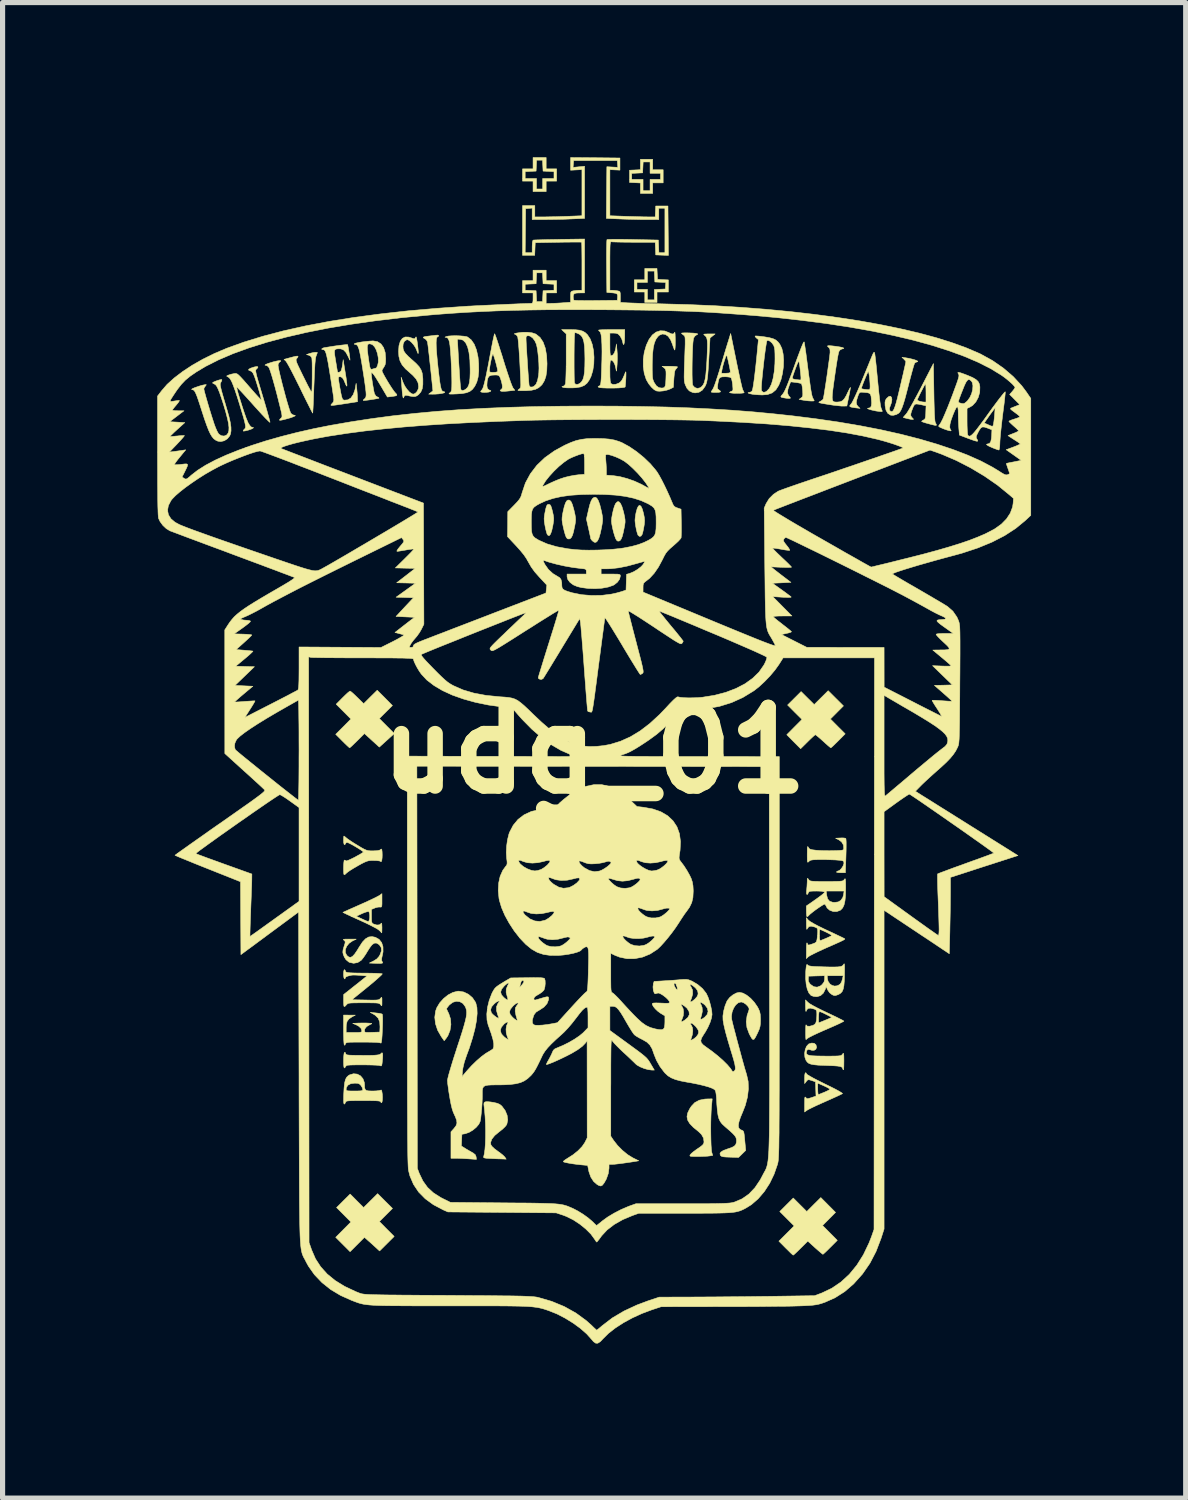
<source format=kicad_pcb>
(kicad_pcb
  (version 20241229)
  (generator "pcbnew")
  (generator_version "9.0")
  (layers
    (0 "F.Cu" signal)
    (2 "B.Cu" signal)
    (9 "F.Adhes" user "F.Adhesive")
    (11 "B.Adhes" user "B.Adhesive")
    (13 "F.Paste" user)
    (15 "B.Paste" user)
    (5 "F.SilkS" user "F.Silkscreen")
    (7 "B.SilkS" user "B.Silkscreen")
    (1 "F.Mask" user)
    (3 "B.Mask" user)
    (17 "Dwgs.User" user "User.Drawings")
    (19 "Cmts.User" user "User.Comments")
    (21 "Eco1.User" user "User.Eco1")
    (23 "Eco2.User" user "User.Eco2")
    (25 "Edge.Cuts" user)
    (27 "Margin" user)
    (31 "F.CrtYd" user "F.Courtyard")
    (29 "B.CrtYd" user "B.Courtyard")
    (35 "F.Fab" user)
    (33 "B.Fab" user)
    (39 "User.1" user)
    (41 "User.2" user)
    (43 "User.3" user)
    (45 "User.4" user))
  (footprint "udg_01"
    (layer "F.Cu")
    (at 8.472 11.503)
    (property "Reference" "udg_01" (at 0 0 0) (layer "F.SilkS") (effects (font (size 1.524 1.524) (thickness 0.3))))
    (attr through_hole)
    (fp_poly (pts (xy -4.055 8.738) (xy -3.911 8.881) (xy -4.165 9.135) (xy -4.022 9.28) (xy -3.878 9.424) (xy -4.161 9.706) (xy -4.269 9.607) (xy -4.324 9.557) (xy -4.374 9.513) (xy -4.41 9.481) (xy -4.416 9.475) (xy -4.455 9.442) (xy -4.594 9.581) (xy -4.733 9.72) (xy -5.012 9.441) (xy -4.864 9.292) (xy -4.717 9.144) (xy -4.856 9.004) (xy -4.995 8.864) (xy -4.864 8.733) (xy -4.732 8.602) (xy -4.602 8.733) (xy -4.471 8.864) (xy -4.335 8.729) (xy -4.199 8.594) (xy -4.055 8.738)) (stroke (width 0.01) (type solid)) (fill yes) (layer "F.SilkS"))
    (fp_poly (pts (xy 0.908 -4.735) (xy 0.933 -4.683) (xy 0.957 -4.597) (xy 0.958 -4.594) (xy 0.973 -4.516) (xy 0.978 -4.454) (xy 0.973 -4.39) (xy 0.967 -4.351) (xy 0.955 -4.285) (xy 0.942 -4.227) (xy 0.932 -4.192) (xy 0.908 -4.157) (xy 0.878 -4.151) (xy 0.851 -4.175) (xy 0.849 -4.178) (xy 0.835 -4.218) (xy 0.819 -4.279) (xy 0.806 -4.348) (xy 0.796 -4.415) (xy 0.792 -4.462) (xy 0.796 -4.51) (xy 0.805 -4.573) (xy 0.812 -4.61) (xy 0.834 -4.691) (xy 0.858 -4.739) (xy 0.883 -4.754) (xy 0.908 -4.735)) (stroke (width 0.01) (type solid)) (fill yes) (layer "F.SilkS"))
    (fp_poly (pts (xy -0.855 -4.764) (xy -0.84 -4.742) (xy -0.825 -4.7) (xy -0.807 -4.631) (xy -0.792 -4.561) (xy -0.785 -4.508) (xy -0.786 -4.457) (xy -0.795 -4.396) (xy -0.802 -4.355) (xy -0.823 -4.26) (xy -0.846 -4.197) (xy -0.869 -4.167) (xy -0.893 -4.17) (xy -0.913 -4.196) (xy -0.923 -4.227) (xy -0.937 -4.28) (xy -0.951 -4.346) (xy -0.953 -4.357) (xy -0.966 -4.434) (xy -0.97 -4.495) (xy -0.964 -4.556) (xy -0.956 -4.602) (xy -0.94 -4.681) (xy -0.926 -4.732) (xy -0.912 -4.76) (xy -0.895 -4.772) (xy -0.874 -4.772) (xy -0.855 -4.764)) (stroke (width 0.01) (type solid)) (fill yes) (layer "F.SilkS"))
    (fp_poly (pts (xy 0.051 -4.894) (xy 0.081 -4.845) (xy 0.11 -4.765) (xy 0.137 -4.656) (xy 0.144 -4.624) (xy 0.158 -4.552) (xy 0.164 -4.499) (xy 0.163 -4.449) (xy 0.155 -4.391) (xy 0.144 -4.327) (xy 0.118 -4.208) (xy 0.092 -4.12) (xy 0.065 -4.064) (xy 0.035 -4.037) (xy 0.002 -4.038) (xy -0.034 -4.064) (xy -0.059 -4.093) (xy -0.068 -4.111) (xy -0.071 -4.132) (xy -0.081 -4.178) (xy -0.095 -4.243) (xy -0.109 -4.306) (xy -0.15 -4.487) (xy -0.109 -4.668) (xy -0.084 -4.768) (xy -0.059 -4.839) (xy -0.033 -4.884) (xy -0.004 -4.906) (xy 0.021 -4.911) (xy 0.051 -4.894)) (stroke (width 0.01) (type solid)) (fill yes) (layer "F.SilkS"))
    (fp_poly (pts (xy -0.931 -11.278) (xy -0.728 -11.278) (xy -0.728 -11.041) (xy -0.931 -11.041) (xy -0.931 -10.837) (xy -1.185 -10.837) (xy -1.185 -11.041) (xy -1.389 -11.041) (xy -1.389 -11.225) (xy -1.338 -11.225) (xy -1.338 -11.091) (xy -1.118 -11.091) (xy -1.118 -10.888) (xy -0.999 -10.888) (xy -0.999 -11.091) (xy -0.779 -11.091) (xy -0.779 -11.225) (xy -0.885 -11.23) (xy -0.991 -11.235) (xy -0.996 -11.341) (xy -1.001 -11.447) (xy -1.116 -11.447) (xy -1.121 -11.341) (xy -1.126 -11.235) (xy -1.232 -11.23) (xy -1.338 -11.225) (xy -1.389 -11.225) (xy -1.389 -11.278) (xy -1.185 -11.278) (xy -1.185 -11.498) (xy -0.931 -11.498) (xy -0.931 -11.278)) (stroke (width 0.01) (type solid)) (fill yes) (layer "F.SilkS"))
    (fp_poly (pts (xy 0.509 -4.793) (xy 0.539 -4.729) (xy 0.568 -4.631) (xy 0.575 -4.602) (xy 0.591 -4.528) (xy 0.599 -4.474) (xy 0.6 -4.426) (xy 0.593 -4.372) (xy 0.584 -4.323) (xy 0.563 -4.222) (xy 0.544 -4.149) (xy 0.524 -4.101) (xy 0.504 -4.073) (xy 0.492 -4.064) (xy 0.46 -4.059) (xy 0.434 -4.078) (xy 0.416 -4.111) (xy 0.396 -4.167) (xy 0.375 -4.238) (xy 0.357 -4.314) (xy 0.343 -4.385) (xy 0.336 -4.443) (xy 0.336 -4.455) (xy 0.341 -4.513) (xy 0.354 -4.586) (xy 0.371 -4.662) (xy 0.391 -4.73) (xy 0.411 -4.779) (xy 0.416 -4.788) (xy 0.448 -4.822) (xy 0.479 -4.824) (xy 0.509 -4.793)) (stroke (width 0.01) (type solid)) (fill yes) (layer "F.SilkS"))
    (fp_poly (pts (xy 1.135 -11.261) (xy 1.338 -11.261) (xy 1.338 -11.007) (xy 1.135 -11.007) (xy 1.135 -10.803) (xy 0.897 -10.803) (xy 0.897 -11.005) (xy 0.792 -11.01) (xy 0.686 -11.015) (xy 0.686 -11.191) (xy 0.728 -11.191) (xy 0.728 -11.074) (xy 0.948 -11.074) (xy 0.948 -10.854) (xy 1.084 -10.854) (xy 1.084 -11.074) (xy 1.287 -11.074) (xy 1.287 -11.193) (xy 1.084 -11.193) (xy 1.084 -11.413) (xy 0.95 -11.413) (xy 0.945 -11.307) (xy 0.94 -11.201) (xy 0.834 -11.196) (xy 0.728 -11.191) (xy 0.686 -11.191) (xy 0.686 -11.252) (xy 0.792 -11.257) (xy 0.897 -11.262) (xy 0.897 -11.464) (xy 1.135 -11.464) (xy 1.135 -11.261)) (stroke (width 0.01) (type solid)) (fill yes) (layer "F.SilkS"))
    (fp_poly (pts (xy 4.538 8.814) (xy 4.681 8.958) (xy 4.429 9.212) (xy 4.572 9.356) (xy 4.715 9.5) (xy 4.58 9.635) (xy 4.526 9.689) (xy 4.48 9.733) (xy 4.448 9.762) (xy 4.436 9.771) (xy 4.42 9.76) (xy 4.385 9.731) (xy 4.335 9.688) (xy 4.284 9.643) (xy 4.143 9.515) (xy 4.006 9.651) (xy 3.951 9.705) (xy 3.905 9.749) (xy 3.873 9.778) (xy 3.86 9.787) (xy 3.845 9.776) (xy 3.812 9.746) (xy 3.766 9.7) (xy 3.717 9.652) (xy 3.582 9.516) (xy 3.878 9.22) (xy 3.599 8.941) (xy 3.861 8.679) (xy 4.123 8.941) (xy 4.259 8.805) (xy 4.395 8.67) (xy 4.538 8.814)) (stroke (width 0.01) (type solid)) (fill yes) (layer "F.SilkS"))
    (fp_poly (pts (xy -0.475 -4.853) (xy -0.448 -4.826) (xy -0.424 -4.774) (xy -0.4 -4.693) (xy -0.388 -4.647) (xy -0.371 -4.571) (xy -0.362 -4.516) (xy -0.36 -4.471) (xy -0.364 -4.423) (xy -0.375 -4.36) (xy -0.38 -4.338) (xy -0.4 -4.242) (xy -0.42 -4.175) (xy -0.441 -4.132) (xy -0.465 -4.108) (xy -0.487 -4.101) (xy -0.518 -4.105) (xy -0.54 -4.132) (xy -0.549 -4.152) (xy -0.564 -4.195) (xy -0.582 -4.26) (xy -0.599 -4.332) (xy -0.602 -4.346) (xy -0.617 -4.419) (xy -0.623 -4.472) (xy -0.621 -4.522) (xy -0.612 -4.582) (xy -0.604 -4.623) (xy -0.581 -4.724) (xy -0.558 -4.795) (xy -0.534 -4.838) (xy -0.508 -4.856) (xy -0.506 -4.856) (xy -0.475 -4.853)) (stroke (width 0.01) (type solid)) (fill yes) (layer "F.SilkS"))
    (fp_poly (pts (xy 1.223 -9.241) (xy 1.228 -9.136) (xy 1.333 -9.13) (xy 1.439 -9.125) (xy 1.439 -8.89) (xy 1.219 -8.89) (xy 1.219 -8.687) (xy 0.982 -8.687) (xy 0.982 -8.89) (xy 0.779 -8.89) (xy 0.779 -9.076) (xy 0.83 -9.076) (xy 0.83 -8.941) (xy 1.033 -8.941) (xy 1.033 -8.738) (xy 1.168 -8.738) (xy 1.168 -8.939) (xy 1.274 -8.944) (xy 1.38 -8.949) (xy 1.385 -9.012) (xy 1.39 -9.075) (xy 1.284 -9.08) (xy 1.177 -9.085) (xy 1.172 -9.191) (xy 1.167 -9.296) (xy 1.033 -9.296) (xy 1.033 -9.076) (xy 0.83 -9.076) (xy 0.779 -9.076) (xy 0.779 -9.127) (xy 0.982 -9.127) (xy 0.982 -9.347) (xy 1.218 -9.347) (xy 1.223 -9.241)) (stroke (width 0.01) (type solid)) (fill yes) (layer "F.SilkS"))
    (fp_poly (pts (xy 4.834 -0.864) (xy 4.581 -0.61) (xy 4.724 -0.466) (xy 4.868 -0.322) (xy 4.733 -0.186) (xy 4.678 -0.132) (xy 4.633 -0.088) (xy 4.601 -0.06) (xy 4.589 -0.051) (xy 4.574 -0.062) (xy 4.539 -0.091) (xy 4.49 -0.134) (xy 4.442 -0.178) (xy 4.385 -0.229) (xy 4.337 -0.27) (xy 4.303 -0.297) (xy 4.29 -0.305) (xy 4.273 -0.294) (xy 4.238 -0.263) (xy 4.19 -0.218) (xy 4.14 -0.169) (xy 4.004 -0.034) (xy 3.869 -0.169) (xy 3.735 -0.305) (xy 3.882 -0.453) (xy 4.03 -0.602) (xy 3.89 -0.741) (xy 3.751 -0.881) (xy 4.013 -1.142) (xy 4.14 -1.016) (xy 4.267 -0.89) (xy 4.403 -1.025) (xy 4.538 -1.159) (xy 4.834 -0.864)) (stroke (width 0.01) (type solid)) (fill yes) (layer "F.SilkS"))
    (fp_poly (pts (xy -4.059 -1.02) (xy -3.912 -0.871) (xy -4.166 -0.619) (xy -4.021 -0.473) (xy -3.876 -0.328) (xy -4.021 -0.196) (xy -4.166 -0.065) (xy -4.31 -0.196) (xy -4.455 -0.328) (xy -4.594 -0.189) (xy -4.65 -0.135) (xy -4.696 -0.09) (xy -4.729 -0.061) (xy -4.742 -0.051) (xy -4.756 -0.062) (xy -4.79 -0.093) (xy -4.836 -0.137) (xy -4.881 -0.182) (xy -5.012 -0.313) (xy -4.864 -0.461) (xy -4.717 -0.61) (xy -5.003 -0.897) (xy -4.877 -1.024) (xy -4.823 -1.077) (xy -4.778 -1.119) (xy -4.745 -1.145) (xy -4.734 -1.151) (xy -4.715 -1.14) (xy -4.679 -1.11) (xy -4.631 -1.065) (xy -4.594 -1.029) (xy -4.47 -0.907) (xy -4.339 -1.038) (xy -4.207 -1.168) (xy -4.059 -1.02)) (stroke (width 0.01) (type solid)) (fill yes) (layer "F.SilkS"))
    (fp_poly (pts (xy -3.014 -8.043) (xy -3.024 -8.028) (xy -3.04 -8.02) (xy -3.053 -8.004) (xy -3.061 -7.966) (xy -3.064 -7.905) (xy -3.062 -7.818) (xy -3.054 -7.703) (xy -3.041 -7.559) (xy -3.024 -7.397) (xy -3.008 -7.262) (xy -2.995 -7.157) (xy -2.982 -7.078) (xy -2.97 -7.023) (xy -2.957 -6.987) (xy -2.942 -6.967) (xy -2.925 -6.96) (xy -2.92 -6.96) (xy -2.898 -6.952) (xy -2.896 -6.945) (xy -2.911 -6.934) (xy -2.953 -6.924) (xy -3.012 -6.915) (xy -3.081 -6.91) (xy -3.131 -6.909) (xy -3.209 -6.91) (xy -3.168 -6.941) (xy -3.127 -6.973) (xy -3.174 -7.427) (xy -3.188 -7.55) (xy -3.2 -7.663) (xy -3.212 -7.762) (xy -3.221 -7.842) (xy -3.229 -7.898) (xy -3.233 -7.924) (xy -3.256 -7.964) (xy -3.282 -7.984) (xy -3.312 -8.002) (xy -3.313 -8.015) (xy -3.282 -8.026) (xy -3.222 -8.034) (xy -3.156 -8.042) (xy -3.096 -8.049) (xy -3.069 -8.053) (xy -3.031 -8.054) (xy -3.014 -8.043)) (stroke (width 0.01) (type solid)) (fill yes) (layer "F.SilkS"))
    (fp_poly (pts (xy -4.822 5.872) (xy -4.821 5.874) (xy -4.816 5.889) (xy -4.803 5.899) (xy -4.779 5.905) (xy -4.737 5.909) (xy -4.672 5.911) (xy -4.595 5.912) (xy -4.458 5.913) (xy -4.351 5.913) (xy -4.271 5.911) (xy -4.212 5.906) (xy -4.173 5.9) (xy -4.148 5.89) (xy -4.136 5.88) (xy -4.116 5.862) (xy -4.104 5.87) (xy -4.1 5.908) (xy -4.103 5.977) (xy -4.106 6.002) (xy -4.112 6.066) (xy -4.119 6.103) (xy -4.128 6.117) (xy -4.142 6.116) (xy -4.149 6.113) (xy -4.175 6.107) (xy -4.228 6.103) (xy -4.301 6.1) (xy -4.387 6.098) (xy -4.48 6.097) (xy -4.572 6.097) (xy -4.657 6.098) (xy -4.728 6.1) (xy -4.779 6.104) (xy -4.802 6.109) (xy -4.825 6.136) (xy -4.828 6.144) (xy -4.841 6.157) (xy -4.848 6.154) (xy -4.854 6.13) (xy -4.858 6.084) (xy -4.859 6.024) (xy -4.858 5.961) (xy -4.854 5.906) (xy -4.848 5.869) (xy -4.845 5.862) (xy -4.832 5.851) (xy -4.822 5.872)) (stroke (width 0.01) (type solid)) (fill yes) (layer "F.SilkS"))
    (fp_poly (pts (xy 2.275 6.913) (xy 2.269 6.995) (xy 2.265 7.095) (xy 2.262 7.207) (xy 2.261 7.324) (xy 2.262 7.44) (xy 2.264 7.549) (xy 2.267 7.646) (xy 2.272 7.724) (xy 2.277 7.777) (xy 2.28 7.792) (xy 2.299 7.853) (xy 2.238 7.863) (xy 2.193 7.868) (xy 2.127 7.871) (xy 2.048 7.874) (xy 2.01 7.874) (xy 1.935 7.874) (xy 1.887 7.872) (xy 1.863 7.867) (xy 1.856 7.859) (xy 1.86 7.845) (xy 1.863 7.84) (xy 1.885 7.815) (xy 1.928 7.779) (xy 1.984 7.738) (xy 2.003 7.725) (xy 2.064 7.683) (xy 2.102 7.652) (xy 2.122 7.625) (xy 2.13 7.596) (xy 2.13 7.591) (xy 2.121 7.517) (xy 2.081 7.446) (xy 2.021 7.388) (xy 1.922 7.307) (xy 1.853 7.235) (xy 1.813 7.168) (xy 1.8 7.101) (xy 1.813 7.031) (xy 1.851 6.952) (xy 1.885 6.899) (xy 1.952 6.828) (xy 2.039 6.782) (xy 2.149 6.76) (xy 2.198 6.758) (xy 2.289 6.756) (xy 2.275 6.913)) (stroke (width 0.01) (type solid)) (fill yes) (layer "F.SilkS"))
    (fp_poly (pts (xy -2.012 6.816) (xy -1.951 6.825) (xy -1.88 6.842) (xy -1.831 6.863) (xy -1.793 6.894) (xy -1.789 6.898) (xy -1.726 6.983) (xy -1.688 7.074) (xy -1.676 7.164) (xy -1.693 7.247) (xy -1.701 7.262) (xy -1.726 7.294) (xy -1.77 7.337) (xy -1.826 7.383) (xy -1.842 7.394) (xy -1.93 7.468) (xy -1.985 7.538) (xy -2.008 7.602) (xy -2.003 7.647) (xy -1.981 7.679) (xy -1.937 7.721) (xy -1.875 7.767) (xy -1.873 7.769) (xy -1.815 7.811) (xy -1.766 7.851) (xy -1.735 7.882) (xy -1.731 7.887) (xy -1.706 7.925) (xy -1.806 7.921) (xy -1.877 7.919) (xy -1.961 7.915) (xy -2.029 7.912) (xy -2.094 7.908) (xy -2.131 7.901) (xy -2.145 7.891) (xy -2.144 7.882) (xy -2.13 7.823) (xy -2.118 7.737) (xy -2.11 7.629) (xy -2.106 7.505) (xy -2.105 7.371) (xy -2.108 7.234) (xy -2.115 7.099) (xy -2.126 6.972) (xy -2.132 6.921) (xy -2.138 6.866) (xy -2.136 6.835) (xy -2.126 6.821) (xy -2.105 6.813) (xy -2.068 6.811) (xy -2.012 6.816)) (stroke (width 0.01) (type solid)) (fill yes) (layer "F.SilkS"))
    (fp_poly (pts (xy -6.079 -7.559) (xy -6.078 -7.549) (xy -6.1 -7.533) (xy -6.123 -7.505) (xy -6.13 -7.474) (xy -6.125 -7.437) (xy -6.113 -7.374) (xy -6.094 -7.291) (xy -6.07 -7.192) (xy -6.043 -7.084) (xy -6.013 -6.972) (xy -5.984 -6.862) (xy -5.955 -6.76) (xy -5.928 -6.67) (xy -5.906 -6.6) (xy -5.889 -6.553) (xy -5.883 -6.54) (xy -5.851 -6.512) (xy -5.821 -6.502) (xy -5.796 -6.499) (xy -5.8 -6.488) (xy -5.832 -6.472) (xy -5.89 -6.451) (xy -5.943 -6.436) (xy -6.024 -6.414) (xy -6.075 -6.404) (xy -6.1 -6.403) (xy -6.102 -6.413) (xy -6.085 -6.433) (xy -6.082 -6.435) (xy -6.068 -6.448) (xy -6.058 -6.46) (xy -6.054 -6.477) (xy -6.055 -6.502) (xy -6.061 -6.541) (xy -6.075 -6.6) (xy -6.095 -6.682) (xy -6.116 -6.765) (xy -6.153 -6.912) (xy -6.189 -7.048) (xy -6.223 -7.17) (xy -6.253 -7.273) (xy -6.279 -7.354) (xy -6.299 -7.409) (xy -6.309 -7.429) (xy -6.337 -7.458) (xy -6.362 -7.468) (xy -6.383 -7.472) (xy -6.374 -7.483) (xy -6.338 -7.499) (xy -6.279 -7.519) (xy -6.226 -7.535) (xy -6.156 -7.552) (xy -6.106 -7.56) (xy -6.079 -7.559)) (stroke (width 0.01) (type solid)) (fill yes) (layer "F.SilkS"))
    (fp_poly (pts (xy 4.268 5.679) (xy 4.3 5.706) (xy 4.301 5.707) (xy 4.314 5.756) (xy 4.299 5.794) (xy 4.264 5.815) (xy 4.214 5.813) (xy 4.192 5.805) (xy 4.149 5.797) (xy 4.123 5.818) (xy 4.115 5.863) (xy 4.12 5.884) (xy 4.136 5.9) (xy 4.168 5.912) (xy 4.22 5.92) (xy 4.296 5.924) (xy 4.399 5.926) (xy 4.485 5.927) (xy 4.594 5.927) (xy 4.674 5.926) (xy 4.73 5.924) (xy 4.767 5.92) (xy 4.79 5.913) (xy 4.804 5.904) (xy 4.815 5.891) (xy 4.817 5.889) (xy 4.828 5.874) (xy 4.836 5.874) (xy 4.84 5.893) (xy 4.842 5.936) (xy 4.843 6.007) (xy 4.843 6.024) (xy 4.842 6.111) (xy 4.84 6.166) (xy 4.835 6.192) (xy 4.828 6.191) (xy 4.818 6.166) (xy 4.818 6.164) (xy 4.81 6.148) (xy 4.793 6.136) (xy 4.765 6.127) (xy 4.72 6.12) (xy 4.654 6.115) (xy 4.562 6.111) (xy 4.462 6.107) (xy 4.35 6.103) (xy 4.267 6.095) (xy 4.206 6.084) (xy 4.163 6.068) (xy 4.133 6.044) (xy 4.11 6.012) (xy 4.109 6.012) (xy 4.086 5.948) (xy 4.081 5.874) (xy 4.093 5.8) (xy 4.119 5.737) (xy 4.158 5.694) (xy 4.165 5.69) (xy 4.219 5.674) (xy 4.268 5.679)) (stroke (width 0.01) (type solid)) (fill yes) (layer "F.SilkS"))
    (fp_poly (pts (xy 6.045 -7.614) (xy 6.104 -7.604) (xy 6.163 -7.59) (xy 6.216 -7.575) (xy 6.256 -7.56) (xy 6.277 -7.547) (xy 6.272 -7.54) (xy 6.271 -7.539) (xy 6.232 -7.525) (xy 6.215 -7.511) (xy 6.206 -7.488) (xy 6.19 -7.438) (xy 6.169 -7.364) (xy 6.144 -7.272) (xy 6.116 -7.167) (xy 6.097 -7.091) (xy 6.058 -6.939) (xy 6.025 -6.816) (xy 5.996 -6.72) (xy 5.97 -6.647) (xy 5.946 -6.594) (xy 5.923 -6.558) (xy 5.904 -6.539) (xy 5.857 -6.513) (xy 5.8 -6.499) (xy 5.751 -6.502) (xy 5.749 -6.503) (xy 5.694 -6.538) (xy 5.659 -6.598) (xy 5.642 -6.684) (xy 5.642 -6.686) (xy 5.64 -6.746) (xy 5.646 -6.785) (xy 5.664 -6.817) (xy 5.677 -6.832) (xy 5.717 -6.866) (xy 5.749 -6.869) (xy 5.769 -6.842) (xy 5.774 -6.803) (xy 5.766 -6.747) (xy 5.749 -6.699) (xy 5.727 -6.641) (xy 5.728 -6.598) (xy 5.75 -6.576) (xy 5.768 -6.572) (xy 5.784 -6.576) (xy 5.8 -6.592) (xy 5.816 -6.622) (xy 5.834 -6.669) (xy 5.855 -6.736) (xy 5.879 -6.825) (xy 5.907 -6.94) (xy 5.941 -7.083) (xy 5.968 -7.199) (xy 5.992 -7.3) (xy 6.012 -7.39) (xy 6.029 -7.463) (xy 6.04 -7.515) (xy 6.045 -7.54) (xy 6.045 -7.541) (xy 6.034 -7.558) (xy 6.008 -7.587) (xy 6.007 -7.588) (xy 5.969 -7.624) (xy 6.045 -7.614)) (stroke (width 0.01) (type solid)) (fill yes) (layer "F.SilkS"))
    (fp_poly (pts (xy 4.867 1.701) (xy 4.88 1.706) (xy 4.884 1.728) (xy 4.887 1.778) (xy 4.887 1.852) (xy 4.886 1.945) (xy 4.883 2.046) (xy 4.872 2.371) (xy 4.78 2.371) (xy 4.726 2.368) (xy 4.7 2.36) (xy 4.699 2.354) (xy 4.724 2.338) (xy 4.732 2.337) (xy 4.762 2.323) (xy 4.796 2.288) (xy 4.825 2.243) (xy 4.842 2.199) (xy 4.843 2.186) (xy 4.841 2.159) (xy 4.83 2.144) (xy 4.801 2.135) (xy 4.748 2.128) (xy 4.739 2.128) (xy 4.68 2.123) (xy 4.599 2.12) (xy 4.505 2.117) (xy 4.417 2.117) (xy 4.326 2.117) (xy 4.262 2.119) (xy 4.22 2.124) (xy 4.193 2.131) (xy 4.173 2.143) (xy 4.166 2.151) (xy 4.15 2.165) (xy 4.141 2.167) (xy 4.135 2.154) (xy 4.133 2.119) (xy 4.132 2.057) (xy 4.132 2.011) (xy 4.133 1.934) (xy 4.134 1.887) (xy 4.138 1.866) (xy 4.145 1.865) (xy 4.154 1.88) (xy 4.169 1.902) (xy 4.192 1.916) (xy 4.231 1.926) (xy 4.295 1.934) (xy 4.302 1.935) (xy 4.372 1.94) (xy 4.463 1.943) (xy 4.562 1.944) (xy 4.631 1.943) (xy 4.717 1.941) (xy 4.775 1.938) (xy 4.81 1.934) (xy 4.829 1.926) (xy 4.837 1.914) (xy 4.84 1.899) (xy 4.834 1.833) (xy 4.798 1.773) (xy 4.744 1.733) (xy 4.682 1.702) (xy 4.773 1.697) (xy 4.827 1.696) (xy 4.867 1.701)) (stroke (width 0.01) (type solid)) (fill yes) (layer "F.SilkS"))
    (fp_poly (pts (xy 4.12 6.272) (xy 4.121 6.275) (xy 4.139 6.29) (xy 4.183 6.316) (xy 4.248 6.353) (xy 4.331 6.396) (xy 4.427 6.444) (xy 4.481 6.471) (xy 4.586 6.522) (xy 4.675 6.567) (xy 4.745 6.605) (xy 4.793 6.634) (xy 4.815 6.651) (xy 4.816 6.654) (xy 4.796 6.665) (xy 4.751 6.687) (xy 4.684 6.718) (xy 4.6 6.756) (xy 4.506 6.798) (xy 4.487 6.806) (xy 4.389 6.85) (xy 4.298 6.891) (xy 4.221 6.928) (xy 4.163 6.957) (xy 4.13 6.976) (xy 4.128 6.977) (xy 4.081 7.011) (xy 4.081 6.855) (xy 4.082 6.783) (xy 4.084 6.74) (xy 4.089 6.721) (xy 4.097 6.722) (xy 4.104 6.73) (xy 4.119 6.747) (xy 4.137 6.753) (xy 4.168 6.746) (xy 4.214 6.732) (xy 4.302 6.702) (xy 4.297 6.564) (xy 4.297 6.561) (xy 4.335 6.561) (xy 4.337 6.618) (xy 4.341 6.657) (xy 4.348 6.672) (xy 4.369 6.666) (xy 4.411 6.649) (xy 4.466 6.627) (xy 4.519 6.603) (xy 4.557 6.583) (xy 4.572 6.571) (xy 4.572 6.571) (xy 4.557 6.556) (xy 4.515 6.532) (xy 4.45 6.501) (xy 4.39 6.475) (xy 4.335 6.451) (xy 4.335 6.561) (xy 4.297 6.561) (xy 4.293 6.426) (xy 4.22 6.401) (xy 4.174 6.387) (xy 4.148 6.386) (xy 4.128 6.4) (xy 4.114 6.418) (xy 4.082 6.46) (xy 4.081 6.354) (xy 4.084 6.292) (xy 4.092 6.256) (xy 4.105 6.248) (xy 4.12 6.272)) (stroke (width 0.01) (type solid)) (fill yes) (layer "F.SilkS"))
    (fp_poly (pts (xy 4.611 -7.846) (xy 4.688 -7.837) (xy 4.77 -7.824) (xy 4.822 -7.812) (xy 4.842 -7.801) (xy 4.83 -7.791) (xy 4.805 -7.786) (xy 4.77 -7.768) (xy 4.747 -7.738) (xy 4.739 -7.71) (xy 4.727 -7.654) (xy 4.713 -7.574) (xy 4.697 -7.475) (xy 4.68 -7.362) (xy 4.664 -7.252) (xy 4.644 -7.11) (xy 4.629 -6.998) (xy 4.62 -6.913) (xy 4.616 -6.851) (xy 4.619 -6.807) (xy 4.628 -6.78) (xy 4.643 -6.765) (xy 4.666 -6.758) (xy 4.697 -6.756) (xy 4.714 -6.756) (xy 4.77 -6.762) (xy 4.814 -6.781) (xy 4.851 -6.819) (xy 4.889 -6.882) (xy 4.909 -6.926) (xy 4.936 -6.981) (xy 4.957 -7.022) (xy 4.969 -7.041) (xy 4.97 -7.041) (xy 4.968 -7.023) (xy 4.961 -6.98) (xy 4.949 -6.917) (xy 4.937 -6.858) (xy 4.9 -6.68) (xy 4.833 -6.678) (xy 4.79 -6.679) (xy 4.723 -6.686) (xy 4.641 -6.695) (xy 4.567 -6.706) (xy 4.488 -6.719) (xy 4.422 -6.73) (xy 4.376 -6.74) (xy 4.357 -6.746) (xy 4.363 -6.758) (xy 4.39 -6.772) (xy 4.426 -6.795) (xy 4.443 -6.819) (xy 4.449 -6.847) (xy 4.459 -6.903) (xy 4.471 -6.98) (xy 4.486 -7.074) (xy 4.502 -7.179) (xy 4.518 -7.288) (xy 4.533 -7.397) (xy 4.547 -7.499) (xy 4.56 -7.589) (xy 4.569 -7.661) (xy 4.574 -7.709) (xy 4.575 -7.719) (xy 4.573 -7.773) (xy 4.559 -7.806) (xy 4.547 -7.817) (xy 4.526 -7.836) (xy 4.528 -7.847) (xy 4.555 -7.85) (xy 4.611 -7.846)) (stroke (width 0.01) (type solid)) (fill yes) (layer "F.SilkS"))
    (fp_poly (pts (xy -4.243 3.623) (xy -4.171 3.663) (xy -4.121 3.726) (xy -4.095 3.808) (xy -4.094 3.905) (xy -4.106 3.965) (xy -4.12 4.029) (xy -4.122 4.068) (xy -4.113 4.091) (xy -4.113 4.092) (xy -4.1 4.112) (xy -4.107 4.124) (xy -4.136 4.129) (xy -4.191 4.13) (xy -4.235 4.128) (xy -4.36 4.123) (xy -4.275 4.081) (xy -4.215 4.043) (xy -4.174 3.998) (xy -4.151 3.958) (xy -4.125 3.885) (xy -4.129 3.824) (xy -4.163 3.773) (xy -4.185 3.755) (xy -4.226 3.734) (xy -4.266 3.738) (xy -4.308 3.768) (xy -4.353 3.827) (xy -4.393 3.89) (xy -4.433 3.956) (xy -4.475 4.017) (xy -4.51 4.061) (xy -4.519 4.07) (xy -4.586 4.113) (xy -4.664 4.127) (xy -4.743 4.11) (xy -4.756 4.104) (xy -4.813 4.057) (xy -4.845 4.006) (xy -4.866 3.954) (xy -4.874 3.913) (xy -4.87 3.869) (xy -4.853 3.809) (xy -4.848 3.793) (xy -4.832 3.742) (xy -4.828 3.712) (xy -4.835 3.695) (xy -4.851 3.681) (xy -4.864 3.669) (xy -4.858 3.662) (xy -4.83 3.659) (xy -4.774 3.658) (xy -4.749 3.658) (xy -4.614 3.659) (xy -4.688 3.695) (xy -4.753 3.74) (xy -4.799 3.797) (xy -4.824 3.859) (xy -4.824 3.921) (xy -4.797 3.974) (xy -4.792 3.979) (xy -4.757 4.006) (xy -4.723 4.012) (xy -4.687 3.994) (xy -4.646 3.95) (xy -4.597 3.879) (xy -4.555 3.81) (xy -4.493 3.715) (xy -4.433 3.652) (xy -4.372 3.617) (xy -4.306 3.61) (xy -4.243 3.623)) (stroke (width 0.01) (type solid)) (fill yes) (layer "F.SilkS"))
    (fp_poly (pts (xy 4.147 4.886) (xy 4.18 4.911) (xy 4.239 4.946) (xy 4.322 4.99) (xy 4.422 5.04) (xy 4.519 5.086) (xy 4.616 5.132) (xy 4.7 5.172) (xy 4.769 5.207) (xy 4.818 5.232) (xy 4.841 5.247) (xy 4.843 5.249) (xy 4.828 5.259) (xy 4.787 5.28) (xy 4.725 5.31) (xy 4.647 5.345) (xy 4.576 5.376) (xy 4.433 5.438) (xy 4.32 5.489) (xy 4.233 5.53) (xy 4.171 5.562) (xy 4.131 5.587) (xy 4.112 5.604) (xy 4.109 5.609) (xy 4.106 5.602) (xy 4.103 5.568) (xy 4.101 5.512) (xy 4.101 5.461) (xy 4.102 5.394) (xy 4.104 5.345) (xy 4.107 5.321) (xy 4.11 5.321) (xy 4.132 5.346) (xy 4.178 5.348) (xy 4.243 5.331) (xy 4.277 5.312) (xy 4.299 5.281) (xy 4.312 5.231) (xy 4.316 5.173) (xy 4.352 5.173) (xy 4.352 5.283) (xy 4.432 5.251) (xy 4.49 5.227) (xy 4.543 5.205) (xy 4.561 5.197) (xy 4.609 5.175) (xy 4.501 5.12) (xy 4.445 5.092) (xy 4.399 5.072) (xy 4.374 5.064) (xy 4.373 5.064) (xy 4.36 5.076) (xy 4.354 5.117) (xy 4.352 5.173) (xy 4.316 5.173) (xy 4.317 5.156) (xy 4.318 5.111) (xy 4.316 5.062) (xy 4.306 5.036) (xy 4.281 5.02) (xy 4.265 5.014) (xy 4.197 4.997) (xy 4.152 5.001) (xy 4.124 5.027) (xy 4.118 5.042) (xy 4.109 5.061) (xy 4.104 5.056) (xy 4.101 5.026) (xy 4.099 4.965) (xy 4.099 4.962) (xy 4.098 4.837) (xy 4.147 4.886)) (stroke (width 0.01) (type solid)) (fill yes) (layer "F.SilkS"))
    (fp_poly (pts (xy -5.368 -7.717) (xy -5.368 -7.715) (xy -5.374 -7.697) (xy -5.388 -7.66) (xy -5.392 -7.651) (xy -5.4 -7.622) (xy -5.407 -7.572) (xy -5.414 -7.499) (xy -5.42 -7.4) (xy -5.426 -7.273) (xy -5.432 -7.116) (xy -5.434 -7.071) (xy -5.439 -6.941) (xy -5.443 -6.823) (xy -5.447 -6.721) (xy -5.451 -6.637) (xy -5.455 -6.578) (xy -5.457 -6.546) (xy -5.458 -6.542) (xy -5.466 -6.555) (xy -5.488 -6.595) (xy -5.52 -6.659) (xy -5.562 -6.742) (xy -5.612 -6.842) (xy -5.667 -6.954) (xy -5.699 -7.021) (xy -5.759 -7.141) (xy -5.815 -7.253) (xy -5.866 -7.353) (xy -5.91 -7.436) (xy -5.945 -7.498) (xy -5.968 -7.536) (xy -5.974 -7.545) (xy -6.014 -7.584) (xy -5.924 -7.609) (xy -5.838 -7.632) (xy -5.781 -7.645) (xy -5.75 -7.647) (xy -5.741 -7.639) (xy -5.751 -7.62) (xy -5.768 -7.6) (xy -5.777 -7.588) (xy -5.78 -7.573) (xy -5.776 -7.55) (xy -5.765 -7.515) (xy -5.743 -7.465) (xy -5.709 -7.394) (xy -5.663 -7.299) (xy -5.641 -7.254) (xy -5.594 -7.16) (xy -5.553 -7.078) (xy -5.518 -7.012) (xy -5.493 -6.966) (xy -5.48 -6.946) (xy -5.479 -6.945) (xy -5.475 -6.964) (xy -5.472 -7.011) (xy -5.47 -7.08) (xy -5.469 -7.162) (xy -5.468 -7.254) (xy -5.468 -7.347) (xy -5.468 -7.435) (xy -5.469 -7.513) (xy -5.472 -7.573) (xy -5.475 -7.609) (xy -5.476 -7.616) (xy -5.502 -7.649) (xy -5.534 -7.665) (xy -5.579 -7.676) (xy -5.52 -7.698) (xy -5.475 -7.71) (xy -5.427 -7.719) (xy -5.388 -7.721) (xy -5.368 -7.717)) (stroke (width 0.01) (type solid)) (fill yes) (layer "F.SilkS"))
    (fp_poly (pts (xy -4.115 2.91) (xy -4.115 2.976) (xy -4.118 3.015) (xy -4.125 3.034) (xy -4.138 3.038) (xy -4.153 3.036) (xy -4.193 3.038) (xy -4.244 3.051) (xy -4.255 3.056) (xy -4.318 3.082) (xy -4.318 3.215) (xy -4.317 3.282) (xy -4.314 3.323) (xy -4.305 3.346) (xy -4.288 3.36) (xy -4.275 3.367) (xy -4.214 3.385) (xy -4.164 3.381) (xy -4.133 3.357) (xy -4.124 3.348) (xy -4.118 3.366) (xy -4.116 3.412) (xy -4.115 3.433) (xy -4.116 3.488) (xy -4.117 3.525) (xy -4.119 3.537) (xy -4.132 3.525) (xy -4.159 3.497) (xy -4.166 3.49) (xy -4.196 3.467) (xy -4.254 3.434) (xy -4.335 3.392) (xy -4.435 3.343) (xy -4.542 3.294) (xy -4.64 3.25) (xy -4.716 3.215) (xy -4.614 3.215) (xy -4.504 3.266) (xy -4.441 3.295) (xy -4.403 3.311) (xy -4.381 3.315) (xy -4.37 3.309) (xy -4.363 3.293) (xy -4.362 3.292) (xy -4.353 3.25) (xy -4.352 3.2) (xy -4.358 3.154) (xy -4.369 3.126) (xy -4.374 3.123) (xy -4.399 3.126) (xy -4.445 3.14) (xy -4.502 3.163) (xy -4.505 3.165) (xy -4.614 3.215) (xy -4.716 3.215) (xy -4.726 3.21) (xy -4.796 3.178) (xy -4.845 3.154) (xy -4.87 3.141) (xy -4.872 3.14) (xy -4.856 3.132) (xy -4.814 3.113) (xy -4.75 3.084) (xy -4.668 3.048) (xy -4.574 3.006) (xy -4.538 2.99) (xy -4.437 2.945) (xy -4.344 2.902) (xy -4.264 2.864) (xy -4.203 2.833) (xy -4.166 2.813) (xy -4.161 2.81) (xy -4.115 2.776) (xy -4.115 2.91)) (stroke (width 0.01) (type solid)) (fill yes) (layer "F.SilkS"))
    (fp_poly (pts (xy -0.472 -8.162) (xy -0.366 -8.159) (xy -0.285 -8.15) (xy -0.224 -8.132) (xy -0.175 -8.104) (xy -0.131 -8.063) (xy -0.13 -8.061) (xy -0.077 -7.981) (xy -0.038 -7.877) (xy -0.013 -7.756) (xy -0.003 -7.626) (xy -0.007 -7.494) (xy -0.026 -7.367) (xy -0.061 -7.253) (xy -0.094 -7.186) (xy -0.139 -7.122) (xy -0.193 -7.078) (xy -0.261 -7.05) (xy -0.352 -7.035) (xy -0.423 -7.031) (xy -0.5 -7.031) (xy -0.562 -7.034) (xy -0.602 -7.04) (xy -0.61 -7.043) (xy -0.625 -7.057) (xy -0.609 -7.061) (xy -0.605 -7.061) (xy -0.577 -7.075) (xy -0.558 -7.105) (xy -0.554 -7.133) (xy -0.55 -7.191) (xy -0.547 -7.273) (xy -0.544 -7.376) (xy -0.542 -7.494) (xy -0.542 -7.553) (xy -0.389 -7.553) (xy -0.389 -7.444) (xy -0.388 -7.343) (xy -0.387 -7.254) (xy -0.385 -7.184) (xy -0.382 -7.138) (xy -0.379 -7.122) (xy -0.355 -7.098) (xy -0.315 -7.1) (xy -0.276 -7.12) (xy -0.243 -7.152) (xy -0.217 -7.197) (xy -0.199 -7.259) (xy -0.187 -7.342) (xy -0.181 -7.451) (xy -0.179 -7.589) (xy -0.179 -7.595) (xy -0.182 -7.733) (xy -0.188 -7.842) (xy -0.2 -7.925) (xy -0.218 -7.988) (xy -0.243 -8.033) (xy -0.277 -8.065) (xy -0.304 -8.081) (xy -0.344 -8.097) (xy -0.372 -8.102) (xy -0.375 -8.101) (xy -0.379 -8.082) (xy -0.382 -8.035) (xy -0.385 -7.965) (xy -0.387 -7.876) (xy -0.388 -7.775) (xy -0.389 -7.665) (xy -0.389 -7.553) (xy -0.542 -7.553) (xy -0.542 -7.613) (xy -0.542 -8.079) (xy -0.587 -8.12) (xy -0.631 -8.162) (xy -0.472 -8.162)) (stroke (width 0.01) (type solid)) (fill yes) (layer "F.SilkS"))
    (fp_poly (pts (xy -4.836 1.67) (xy -4.806 1.695) (xy -4.803 1.698) (xy -4.773 1.721) (xy -4.72 1.757) (xy -4.654 1.8) (xy -4.586 1.841) (xy -4.512 1.886) (xy -4.457 1.916) (xy -4.415 1.934) (xy -4.378 1.943) (xy -4.336 1.947) (xy -4.289 1.947) (xy -4.211 1.944) (xy -4.162 1.934) (xy -4.143 1.922) (xy -4.127 1.911) (xy -4.118 1.921) (xy -4.113 1.958) (xy -4.112 1.969) (xy -4.11 2.028) (xy -4.112 2.084) (xy -4.118 2.129) (xy -4.127 2.155) (xy -4.137 2.155) (xy -4.137 2.155) (xy -4.163 2.142) (xy -4.221 2.135) (xy -4.275 2.134) (xy -4.328 2.134) (xy -4.37 2.138) (xy -4.41 2.149) (xy -4.455 2.168) (xy -4.515 2.198) (xy -4.583 2.236) (xy -4.657 2.279) (xy -4.724 2.32) (xy -4.775 2.355) (xy -4.803 2.378) (xy -4.831 2.404) (xy -4.849 2.41) (xy -4.85 2.409) (xy -4.856 2.387) (xy -4.859 2.342) (xy -4.86 2.284) (xy -4.858 2.223) (xy -4.854 2.17) (xy -4.849 2.135) (xy -4.844 2.126) (xy -4.826 2.13) (xy -4.821 2.138) (xy -4.805 2.142) (xy -4.765 2.129) (xy -4.7 2.099) (xy -4.646 2.072) (xy -4.579 2.035) (xy -4.524 2.004) (xy -4.487 1.98) (xy -4.475 1.97) (xy -4.487 1.957) (xy -4.521 1.932) (xy -4.571 1.9) (xy -4.629 1.865) (xy -4.688 1.831) (xy -4.74 1.804) (xy -4.779 1.786) (xy -4.779 1.786) (xy -4.809 1.787) (xy -4.819 1.802) (xy -4.835 1.828) (xy -4.848 1.822) (xy -4.857 1.79) (xy -4.86 1.744) (xy -4.858 1.696) (xy -4.855 1.665) (xy -4.852 1.659) (xy -4.836 1.67)) (stroke (width 0.01) (type solid)) (fill yes) (layer "F.SilkS"))
    (fp_poly (pts (xy -4.595 6.276) (xy -4.532 6.309) (xy -4.484 6.365) (xy -4.457 6.438) (xy -4.453 6.48) (xy -4.451 6.538) (xy -4.441 6.574) (xy -4.417 6.594) (xy -4.372 6.602) (xy -4.301 6.604) (xy -4.294 6.604) (xy -4.227 6.602) (xy -4.173 6.596) (xy -4.141 6.588) (xy -4.137 6.586) (xy -4.125 6.586) (xy -4.116 6.616) (xy -4.108 6.668) (xy -4.105 6.726) (xy -4.107 6.777) (xy -4.113 6.815) (xy -4.122 6.833) (xy -4.134 6.826) (xy -4.137 6.818) (xy -4.144 6.809) (xy -4.159 6.801) (xy -4.188 6.796) (xy -4.233 6.793) (xy -4.301 6.791) (xy -4.394 6.79) (xy -4.48 6.79) (xy -4.594 6.79) (xy -4.679 6.791) (xy -4.738 6.793) (xy -4.778 6.796) (xy -4.802 6.802) (xy -4.814 6.809) (xy -4.82 6.82) (xy -4.821 6.824) (xy -4.836 6.852) (xy -4.847 6.858) (xy -4.855 6.841) (xy -4.859 6.791) (xy -4.858 6.707) (xy -4.855 6.64) (xy -4.851 6.565) (xy -4.809 6.565) (xy -4.808 6.583) (xy -4.799 6.594) (xy -4.777 6.601) (xy -4.735 6.603) (xy -4.667 6.604) (xy -4.648 6.604) (xy -4.573 6.603) (xy -4.526 6.601) (xy -4.5 6.595) (xy -4.489 6.585) (xy -4.487 6.572) (xy -4.497 6.538) (xy -4.522 6.497) (xy -4.522 6.496) (xy -4.55 6.469) (xy -4.583 6.455) (xy -4.635 6.452) (xy -4.644 6.452) (xy -4.72 6.462) (xy -4.775 6.491) (xy -4.805 6.536) (xy -4.809 6.565) (xy -4.851 6.565) (xy -4.848 6.526) (xy -4.838 6.442) (xy -4.822 6.38) (xy -4.799 6.337) (xy -4.767 6.306) (xy -4.742 6.291) (xy -4.667 6.269) (xy -4.595 6.276)) (stroke (width 0.01) (type solid)) (fill yes) (layer "F.SilkS"))
    (fp_poly (pts (xy 3.186 -8.035) (xy 3.25 -8.028) (xy 3.303 -8.021) (xy 3.401 -8.004) (xy 3.472 -7.984) (xy 3.525 -7.958) (xy 3.566 -7.921) (xy 3.601 -7.876) (xy 3.64 -7.795) (xy 3.664 -7.691) (xy 3.674 -7.571) (xy 3.67 -7.442) (xy 3.652 -7.312) (xy 3.622 -7.188) (xy 3.579 -7.081) (xy 3.523 -6.993) (xy 3.452 -6.934) (xy 3.362 -6.902) (xy 3.261 -6.894) (xy 3.187 -6.897) (xy 3.116 -6.902) (xy 3.069 -6.908) (xy 3.02 -6.918) (xy 2.99 -6.929) (xy 2.984 -6.938) (xy 3.005 -6.943) (xy 3.011 -6.943) (xy 3.048 -6.956) (xy 3.064 -6.975) (xy 3.074 -7.008) (xy 3.075 -7.013) (xy 3.242 -7.013) (xy 3.244 -6.985) (xy 3.25 -6.97) (xy 3.251 -6.968) (xy 3.281 -6.946) (xy 3.317 -6.95) (xy 3.349 -6.969) (xy 3.397 -7.021) (xy 3.438 -7.103) (xy 3.469 -7.212) (xy 3.492 -7.345) (xy 3.505 -7.497) (xy 3.507 -7.594) (xy 3.506 -7.693) (xy 3.503 -7.764) (xy 3.495 -7.814) (xy 3.483 -7.85) (xy 3.481 -7.855) (xy 3.45 -7.9) (xy 3.412 -7.935) (xy 3.376 -7.952) (xy 3.351 -7.947) (xy 3.345 -7.926) (xy 3.336 -7.876) (xy 3.324 -7.801) (xy 3.311 -7.707) (xy 3.297 -7.596) (xy 3.283 -7.474) (xy 3.282 -7.462) (xy 3.266 -7.319) (xy 3.255 -7.206) (xy 3.247 -7.12) (xy 3.243 -7.056) (xy 3.242 -7.013) (xy 3.075 -7.013) (xy 3.086 -7.073) (xy 3.1 -7.17) (xy 3.116 -7.297) (xy 3.134 -7.452) (xy 3.153 -7.634) (xy 3.159 -7.696) (xy 3.185 -7.967) (xy 3.148 -7.997) (xy 3.124 -8.022) (xy 3.121 -8.037) (xy 3.14 -8.038) (xy 3.186 -8.035)) (stroke (width 0.01) (type solid)) (fill yes) (layer "F.SilkS"))
    (fp_poly (pts (xy -2.605 -8.04) (xy -2.532 -8.034) (xy -2.476 -8.025) (xy -2.455 -8.018) (xy -2.384 -7.962) (xy -2.326 -7.878) (xy -2.282 -7.766) (xy -2.252 -7.629) (xy -2.24 -7.501) (xy -2.238 -7.358) (xy -2.25 -7.241) (xy -2.276 -7.143) (xy -2.317 -7.059) (xy -2.318 -7.058) (xy -2.361 -7.002) (xy -2.411 -6.963) (xy -2.476 -6.937) (xy -2.561 -6.921) (xy -2.667 -6.914) (xy -2.743 -6.911) (xy -2.79 -6.911) (xy -2.813 -6.914) (xy -2.815 -6.921) (xy -2.803 -6.932) (xy -2.798 -6.936) (xy -2.781 -6.95) (xy -2.77 -6.97) (xy -2.764 -7) (xy -2.761 -7.049) (xy -2.76 -7.123) (xy -2.76 -7.147) (xy -2.761 -7.229) (xy -2.764 -7.333) (xy -2.769 -7.45) (xy -2.775 -7.569) (xy -2.778 -7.632) (xy -2.787 -7.757) (xy -2.796 -7.852) (xy -2.807 -7.921) (xy -2.821 -7.968) (xy -2.827 -7.977) (xy -2.652 -7.977) (xy -2.646 -7.871) (xy -2.636 -7.696) (xy -2.627 -7.535) (xy -2.617 -7.388) (xy -2.609 -7.261) (xy -2.601 -7.154) (xy -2.594 -7.073) (xy -2.588 -7.019) (xy -2.583 -6.995) (xy -2.583 -6.995) (xy -2.556 -6.978) (xy -2.514 -6.991) (xy -2.484 -7.011) (xy -2.454 -7.041) (xy -2.433 -7.082) (xy -2.418 -7.139) (xy -2.409 -7.216) (xy -2.405 -7.319) (xy -2.405 -7.397) (xy -2.41 -7.571) (xy -2.427 -7.714) (xy -2.454 -7.826) (xy -2.492 -7.906) (xy -2.541 -7.956) (xy -2.592 -7.972) (xy -2.652 -7.977) (xy -2.827 -7.977) (xy -2.838 -7.995) (xy -2.86 -8.008) (xy -2.875 -8.011) (xy -2.892 -8.014) (xy -2.879 -8.022) (xy -2.87 -8.026) (xy -2.828 -8.036) (xy -2.763 -8.041) (xy -2.685 -8.043) (xy -2.605 -8.04)) (stroke (width 0.01) (type solid)) (fill yes) (layer "F.SilkS"))
    (fp_poly (pts (xy 6.588 -6.948) (xy 6.591 -6.775) (xy 6.595 -6.634) (xy 6.599 -6.523) (xy 6.604 -6.442) (xy 6.609 -6.387) (xy 6.616 -6.358) (xy 6.617 -6.355) (xy 6.633 -6.327) (xy 6.638 -6.31) (xy 6.629 -6.303) (xy 6.601 -6.307) (xy 6.548 -6.319) (xy 6.481 -6.337) (xy 6.42 -6.354) (xy 6.374 -6.369) (xy 6.351 -6.38) (xy 6.35 -6.382) (xy 6.364 -6.396) (xy 6.388 -6.409) (xy 6.408 -6.422) (xy 6.42 -6.442) (xy 6.427 -6.479) (xy 6.431 -6.54) (xy 6.431 -6.554) (xy 6.436 -6.683) (xy 6.349 -6.703) (xy 6.283 -6.716) (xy 6.241 -6.719) (xy 6.215 -6.708) (xy 6.196 -6.68) (xy 6.183 -6.651) (xy 6.154 -6.577) (xy 6.14 -6.526) (xy 6.141 -6.49) (xy 6.157 -6.463) (xy 6.167 -6.452) (xy 6.19 -6.428) (xy 6.189 -6.419) (xy 6.174 -6.418) (xy 6.145 -6.421) (xy 6.101 -6.43) (xy 6.054 -6.441) (xy 6.015 -6.451) (xy 5.995 -6.459) (xy 5.994 -6.46) (xy 6.005 -6.473) (xy 6.031 -6.503) (xy 6.049 -6.523) (xy 6.071 -6.553) (xy 6.105 -6.609) (xy 6.15 -6.686) (xy 6.203 -6.781) (xy 6.212 -6.799) (xy 6.265 -6.799) (xy 6.28 -6.784) (xy 6.316 -6.77) (xy 6.361 -6.76) (xy 6.388 -6.757) (xy 6.435 -6.756) (xy 6.435 -6.934) (xy 6.434 -7.007) (xy 6.432 -7.066) (xy 6.429 -7.103) (xy 6.426 -7.112) (xy 6.416 -7.098) (xy 6.395 -7.061) (xy 6.368 -7.01) (xy 6.337 -6.951) (xy 6.308 -6.893) (xy 6.284 -6.842) (xy 6.268 -6.808) (xy 6.265 -6.799) (xy 6.212 -6.799) (xy 6.261 -6.889) (xy 6.322 -7.005) (xy 6.342 -7.043) (xy 6.579 -7.503) (xy 6.588 -6.948)) (stroke (width 0.01) (type solid)) (fill yes) (layer "F.SilkS"))
    (fp_poly (pts (xy -4.233 5.09) (xy -4.174 5.097) (xy -4.129 5.106) (xy -4.109 5.114) (xy -4.105 5.135) (xy -4.102 5.183) (xy -4.102 5.254) (xy -4.104 5.341) (xy -4.107 5.41) (xy -4.112 5.521) (xy -4.118 5.601) (xy -4.125 5.651) (xy -4.132 5.674) (xy -4.137 5.674) (xy -4.162 5.667) (xy -4.219 5.661) (xy -4.306 5.658) (xy -4.423 5.656) (xy -4.483 5.656) (xy -4.596 5.656) (xy -4.679 5.657) (xy -4.738 5.658) (xy -4.778 5.662) (xy -4.801 5.667) (xy -4.814 5.675) (xy -4.821 5.686) (xy -4.824 5.692) (xy -4.835 5.717) (xy -4.844 5.711) (xy -4.849 5.699) (xy -4.852 5.673) (xy -4.856 5.619) (xy -4.858 5.545) (xy -4.86 5.456) (xy -4.86 5.4) (xy -4.86 5.131) (xy -4.746 5.132) (xy -4.631 5.132) (xy -4.694 5.165) (xy -4.755 5.206) (xy -4.791 5.254) (xy -4.807 5.32) (xy -4.809 5.372) (xy -4.809 5.469) (xy -4.657 5.469) (xy -4.583 5.469) (xy -4.537 5.465) (xy -4.513 5.458) (xy -4.505 5.447) (xy -4.504 5.443) (xy -4.519 5.391) (xy -4.564 5.348) (xy -4.61 5.323) (xy -4.682 5.292) (xy -4.585 5.287) (xy -4.507 5.285) (xy -4.423 5.285) (xy -4.39 5.287) (xy -4.336 5.29) (xy -4.312 5.294) (xy -4.315 5.301) (xy -4.339 5.312) (xy -4.343 5.314) (xy -4.412 5.354) (xy -4.448 5.4) (xy -4.453 5.43) (xy -4.452 5.45) (xy -4.444 5.461) (xy -4.422 5.467) (xy -4.379 5.468) (xy -4.31 5.466) (xy -4.305 5.466) (xy -4.157 5.461) (xy -4.153 5.359) (xy -4.159 5.265) (xy -4.188 5.192) (xy -4.244 5.136) (xy -4.279 5.114) (xy -4.343 5.079) (xy -4.233 5.09)) (stroke (width 0.01) (type solid)) (fill yes) (layer "F.SilkS"))
    (fp_poly (pts (xy 4.153 3.289) (xy 4.185 3.315) (xy 4.248 3.353) (xy 4.34 3.402) (xy 4.46 3.461) (xy 4.521 3.49) (xy 4.619 3.535) (xy 4.705 3.576) (xy 4.777 3.61) (xy 4.828 3.635) (xy 4.856 3.649) (xy 4.858 3.651) (xy 4.861 3.656) (xy 4.856 3.663) (xy 4.84 3.674) (xy 4.809 3.69) (xy 4.759 3.714) (xy 4.688 3.746) (xy 4.591 3.789) (xy 4.519 3.82) (xy 4.419 3.865) (xy 4.327 3.908) (xy 4.25 3.946) (xy 4.191 3.976) (xy 4.157 3.997) (xy 4.153 4) (xy 4.115 4.036) (xy 4.116 3.868) (xy 4.117 3.79) (xy 4.121 3.745) (xy 4.127 3.73) (xy 4.132 3.738) (xy 4.142 3.762) (xy 4.153 3.773) (xy 4.173 3.771) (xy 4.214 3.758) (xy 4.237 3.75) (xy 4.284 3.732) (xy 4.308 3.711) (xy 4.319 3.677) (xy 4.324 3.646) (xy 4.331 3.583) (xy 4.369 3.583) (xy 4.371 3.646) (xy 4.377 3.679) (xy 4.388 3.687) (xy 4.39 3.687) (xy 4.416 3.676) (xy 4.463 3.657) (xy 4.508 3.638) (xy 4.559 3.615) (xy 4.595 3.596) (xy 4.606 3.585) (xy 4.592 3.574) (xy 4.556 3.553) (xy 4.508 3.528) (xy 4.457 3.504) (xy 4.411 3.483) (xy 4.381 3.472) (xy 4.376 3.471) (xy 4.372 3.487) (xy 4.37 3.527) (xy 4.369 3.583) (xy 4.331 3.583) (xy 4.331 3.582) (xy 4.335 3.519) (xy 4.335 3.506) (xy 4.332 3.464) (xy 4.317 3.441) (xy 4.28 3.425) (xy 4.268 3.421) (xy 4.205 3.407) (xy 4.162 3.418) (xy 4.135 3.453) (xy 4.132 3.458) (xy 4.124 3.47) (xy 4.119 3.454) (xy 4.117 3.409) (xy 4.116 3.37) (xy 4.115 3.243) (xy 4.153 3.289)) (stroke (width 0.01) (type solid)) (fill yes) (layer "F.SilkS"))
    (fp_poly (pts (xy -1.204 -8.099) (xy -1.134 -8.076) (xy -1.127 -8.072) (xy -1.05 -8.01) (xy -0.99 -7.919) (xy -0.947 -7.8) (xy -0.922 -7.655) (xy -0.914 -7.501) (xy -0.919 -7.367) (xy -0.935 -7.259) (xy -0.964 -7.173) (xy -1.006 -7.102) (xy -1.026 -7.079) (xy -1.077 -7.034) (xy -1.138 -7.003) (xy -1.217 -6.985) (xy -1.319 -6.977) (xy -1.366 -6.977) (xy -1.431 -6.977) (xy -1.467 -6.979) (xy -1.479 -6.984) (xy -1.472 -6.994) (xy -1.458 -7.004) (xy -1.443 -7.016) (xy -1.432 -7.029) (xy -1.426 -7.05) (xy -1.423 -7.085) (xy -1.424 -7.137) (xy -1.427 -7.215) (xy -1.43 -7.288) (xy -1.437 -7.428) (xy -1.444 -7.564) (xy -1.452 -7.691) (xy -1.46 -7.804) (xy -1.468 -7.899) (xy -1.475 -7.97) (xy -1.479 -7.994) (xy -1.321 -7.994) (xy -1.32 -7.953) (xy -1.317 -7.887) (xy -1.312 -7.801) (xy -1.306 -7.702) (xy -1.299 -7.595) (xy -1.292 -7.484) (xy -1.285 -7.377) (xy -1.278 -7.277) (xy -1.271 -7.192) (xy -1.266 -7.126) (xy -1.262 -7.084) (xy -1.26 -7.074) (xy -1.238 -7.048) (xy -1.197 -7.049) (xy -1.166 -7.063) (xy -1.127 -7.102) (xy -1.098 -7.173) (xy -1.078 -7.274) (xy -1.073 -7.329) (xy -1.07 -7.413) (xy -1.073 -7.515) (xy -1.081 -7.623) (xy -1.093 -7.729) (xy -1.107 -7.82) (xy -1.121 -7.879) (xy -1.151 -7.945) (xy -1.193 -8) (xy -1.242 -8.035) (xy -1.277 -8.043) (xy -1.308 -8.038) (xy -1.32 -8.015) (xy -1.321 -7.994) (xy -1.479 -7.994) (xy -1.481 -8.014) (xy -1.483 -8.021) (xy -1.506 -8.055) (xy -1.53 -8.069) (xy -1.548 -8.077) (xy -1.54 -8.085) (xy -1.502 -8.094) (xy -1.499 -8.095) (xy -1.397 -8.109) (xy -1.295 -8.11) (xy -1.204 -8.099)) (stroke (width 0.01) (type solid)) (fill yes) (layer "F.SilkS"))
    (fp_poly (pts (xy -4.828 4.264) (xy -4.826 4.274) (xy -4.822 4.288) (xy -4.807 4.299) (xy -4.778 4.307) (xy -4.73 4.312) (xy -4.66 4.315) (xy -4.564 4.317) (xy -4.437 4.318) (xy -4.433 4.318) (xy -4.333 4.319) (xy -4.245 4.321) (xy -4.175 4.324) (xy -4.127 4.328) (xy -4.108 4.332) (xy -4.108 4.332) (xy -4.118 4.347) (xy -4.151 4.379) (xy -4.203 4.426) (xy -4.271 4.485) (xy -4.351 4.552) (xy -4.399 4.591) (xy -4.698 4.834) (xy -4.436 4.839) (xy -4.336 4.841) (xy -4.265 4.841) (xy -4.216 4.839) (xy -4.185 4.835) (xy -4.165 4.827) (xy -4.151 4.815) (xy -4.144 4.808) (xy -4.128 4.789) (xy -4.119 4.789) (xy -4.115 4.812) (xy -4.115 4.863) (xy -4.115 4.87) (xy -4.115 4.924) (xy -4.118 4.949) (xy -4.126 4.95) (xy -4.141 4.932) (xy -4.141 4.931) (xy -4.152 4.918) (xy -4.166 4.908) (xy -4.188 4.901) (xy -4.223 4.897) (xy -4.277 4.895) (xy -4.354 4.894) (xy -4.459 4.894) (xy -4.47 4.894) (xy -4.578 4.894) (xy -4.657 4.895) (xy -4.713 4.897) (xy -4.75 4.901) (xy -4.774 4.907) (xy -4.789 4.917) (xy -4.802 4.931) (xy -4.806 4.935) (xy -4.831 4.961) (xy -4.849 4.967) (xy -4.849 4.967) (xy -4.855 4.945) (xy -4.858 4.9) (xy -4.859 4.844) (xy -4.858 4.733) (xy -4.631 4.553) (xy -4.404 4.373) (xy -4.539 4.361) (xy -4.606 4.357) (xy -4.663 4.355) (xy -4.699 4.357) (xy -4.703 4.358) (xy -4.742 4.367) (xy -4.779 4.376) (xy -4.814 4.392) (xy -4.826 4.412) (xy -4.834 4.43) (xy -4.843 4.428) (xy -4.853 4.406) (xy -4.859 4.363) (xy -4.86 4.334) (xy -4.857 4.286) (xy -4.849 4.256) (xy -4.843 4.25) (xy -4.828 4.264)) (stroke (width 0.01) (type solid)) (fill yes) (layer "F.SilkS"))
    (fp_poly (pts (xy -3.446 -8.003) (xy -3.437 -7.956) (xy -3.426 -7.882) (xy -3.415 -7.788) (xy -3.41 -7.727) (xy -3.412 -7.698) (xy -3.42 -7.703) (xy -3.434 -7.74) (xy -3.439 -7.755) (xy -3.464 -7.812) (xy -3.501 -7.868) (xy -3.544 -7.917) (xy -3.587 -7.952) (xy -3.624 -7.967) (xy -3.634 -7.965) (xy -3.68 -7.935) (xy -3.704 -7.882) (xy -3.708 -7.833) (xy -3.704 -7.785) (xy -3.688 -7.741) (xy -3.657 -7.696) (xy -3.607 -7.643) (xy -3.534 -7.577) (xy -3.528 -7.573) (xy -3.449 -7.501) (xy -3.393 -7.44) (xy -3.357 -7.381) (xy -3.335 -7.318) (xy -3.325 -7.24) (xy -3.322 -7.204) (xy -3.322 -7.097) (xy -3.334 -7.015) (xy -3.361 -6.952) (xy -3.404 -6.902) (xy -3.408 -6.899) (xy -3.44 -6.876) (xy -3.472 -6.864) (xy -3.513 -6.863) (xy -3.571 -6.872) (xy -3.628 -6.885) (xy -3.664 -6.888) (xy -3.684 -6.869) (xy -3.689 -6.857) (xy -3.698 -6.835) (xy -3.705 -6.84) (xy -3.712 -6.874) (xy -3.714 -6.884) (xy -3.72 -6.933) (xy -3.726 -7.003) (xy -3.732 -7.079) (xy -3.733 -7.095) (xy -3.743 -7.239) (xy -3.707 -7.14) (xy -3.675 -7.071) (xy -3.632 -7.007) (xy -3.585 -6.953) (xy -3.54 -6.919) (xy -3.509 -6.909) (xy -3.469 -6.924) (xy -3.433 -6.963) (xy -3.409 -7.016) (xy -3.404 -7.057) (xy -3.415 -7.13) (xy -3.451 -7.201) (xy -3.514 -7.272) (xy -3.566 -7.318) (xy -3.658 -7.4) (xy -3.724 -7.477) (xy -3.765 -7.555) (xy -3.787 -7.643) (xy -3.793 -7.74) (xy -3.785 -7.849) (xy -3.76 -7.933) (xy -3.72 -7.99) (xy -3.667 -8.018) (xy -3.601 -8.017) (xy -3.592 -8.015) (xy -3.544 -8) (xy -3.506 -7.987) (xy -3.502 -7.985) (xy -3.477 -7.985) (xy -3.461 -8.012) (xy -3.454 -8.021) (xy -3.446 -8.003)) (stroke (width 0.01) (type solid)) (fill yes) (layer "F.SilkS"))
    (fp_poly (pts (xy 4.853 4.147) (xy 4.856 4.181) (xy 4.856 4.241) (xy 4.855 4.332) (xy 4.855 4.352) (xy 4.851 4.47) (xy 4.843 4.56) (xy 4.83 4.625) (xy 4.811 4.672) (xy 4.782 4.705) (xy 4.744 4.729) (xy 4.728 4.736) (xy 4.684 4.751) (xy 4.65 4.751) (xy 4.614 4.736) (xy 4.565 4.698) (xy 4.53 4.646) (xy 4.499 4.58) (xy 4.482 4.631) (xy 4.445 4.705) (xy 4.39 4.754) (xy 4.321 4.775) (xy 4.31 4.775) (xy 4.256 4.769) (xy 4.212 4.754) (xy 4.205 4.75) (xy 4.164 4.703) (xy 4.132 4.628) (xy 4.111 4.531) (xy 4.102 4.433) (xy 4.152 4.433) (xy 4.155 4.478) (xy 4.179 4.519) (xy 4.197 4.538) (xy 4.259 4.581) (xy 4.324 4.59) (xy 4.388 4.566) (xy 4.421 4.539) (xy 4.458 4.489) (xy 4.47 4.434) (xy 4.47 4.429) (xy 4.47 4.369) (xy 4.521 4.369) (xy 4.521 4.416) (xy 4.536 4.477) (xy 4.573 4.529) (xy 4.612 4.555) (xy 4.66 4.569) (xy 4.703 4.565) (xy 4.731 4.556) (xy 4.771 4.531) (xy 4.798 4.488) (xy 4.817 4.424) (xy 4.829 4.369) (xy 4.521 4.369) (xy 4.47 4.369) (xy 4.47 4.368) (xy 4.314 4.372) (xy 4.157 4.377) (xy 4.152 4.433) (xy 4.102 4.433) (xy 4.101 4.417) (xy 4.103 4.291) (xy 4.106 4.249) (xy 4.113 4.189) (xy 4.12 4.157) (xy 4.129 4.149) (xy 4.139 4.159) (xy 4.152 4.17) (xy 4.174 4.178) (xy 4.21 4.184) (xy 4.267 4.189) (xy 4.347 4.192) (xy 4.449 4.196) (xy 4.57 4.199) (xy 4.661 4.199) (xy 4.728 4.197) (xy 4.774 4.191) (xy 4.805 4.181) (xy 4.825 4.167) (xy 4.839 4.147) (xy 4.84 4.145) (xy 4.848 4.136) (xy 4.853 4.147)) (stroke (width 0.01) (type solid)) (fill yes) (layer "F.SilkS"))
    (fp_poly (pts (xy 1.366 -8.135) (xy 1.441 -8.106) (xy 1.497 -8.08) (xy 1.532 -8.076) (xy 1.554 -8.094) (xy 1.562 -8.111) (xy 1.566 -8.106) (xy 1.57 -8.072) (xy 1.572 -8.015) (xy 1.573 -7.943) (xy 1.573 -7.868) (xy 1.57 -7.81) (xy 1.566 -7.773) (xy 1.561 -7.765) (xy 1.549 -7.789) (xy 1.532 -7.834) (xy 1.518 -7.877) (xy 1.481 -7.967) (xy 1.435 -8.031) (xy 1.381 -8.068) (xy 1.324 -8.076) (xy 1.267 -8.054) (xy 1.236 -8.027) (xy 1.197 -7.972) (xy 1.167 -7.9) (xy 1.146 -7.807) (xy 1.133 -7.689) (xy 1.127 -7.543) (xy 1.126 -7.476) (xy 1.126 -7.373) (xy 1.128 -7.297) (xy 1.131 -7.242) (xy 1.137 -7.202) (xy 1.147 -7.171) (xy 1.16 -7.141) (xy 1.164 -7.134) (xy 1.207 -7.07) (xy 1.255 -7.036) (xy 1.307 -7.028) (xy 1.342 -7.031) (xy 1.365 -7.044) (xy 1.379 -7.072) (xy 1.387 -7.121) (xy 1.391 -7.197) (xy 1.392 -7.22) (xy 1.394 -7.297) (xy 1.393 -7.347) (xy 1.387 -7.379) (xy 1.377 -7.4) (xy 1.359 -7.417) (xy 1.357 -7.418) (xy 1.317 -7.451) (xy 1.46 -7.451) (xy 1.527 -7.449) (xy 1.579 -7.446) (xy 1.61 -7.442) (xy 1.614 -7.44) (xy 1.61 -7.423) (xy 1.591 -7.402) (xy 1.574 -7.383) (xy 1.563 -7.353) (xy 1.555 -7.305) (xy 1.548 -7.233) (xy 1.546 -7.208) (xy 1.536 -7.042) (xy 1.473 -7.01) (xy 1.412 -6.988) (xy 1.338 -6.972) (xy 1.265 -6.966) (xy 1.211 -6.971) (xy 1.164 -6.996) (xy 1.111 -7.045) (xy 1.059 -7.109) (xy 1.016 -7.182) (xy 1.008 -7.199) (xy 0.971 -7.313) (xy 0.952 -7.446) (xy 0.952 -7.586) (xy 0.972 -7.723) (xy 1.012 -7.86) (xy 1.065 -7.972) (xy 1.128 -8.057) (xy 1.201 -8.113) (xy 1.281 -8.139) (xy 1.366 -8.135)) (stroke (width 0.01) (type solid)) (fill yes) (layer "F.SilkS"))
    (fp_poly (pts (xy 2.754 -7.561) (xy 2.781 -7.43) (xy 2.807 -7.309) (xy 2.83 -7.201) (xy 2.851 -7.111) (xy 2.867 -7.043) (xy 2.879 -7.002) (xy 2.882 -6.993) (xy 2.9 -6.958) (xy 2.909 -6.938) (xy 2.896 -6.933) (xy 2.857 -6.928) (xy 2.799 -6.926) (xy 2.77 -6.926) (xy 2.705 -6.927) (xy 2.654 -6.932) (xy 2.627 -6.938) (xy 2.625 -6.941) (xy 2.639 -6.956) (xy 2.661 -6.965) (xy 2.68 -6.973) (xy 2.69 -6.988) (xy 2.691 -7.018) (xy 2.687 -7.072) (xy 2.686 -7.089) (xy 2.677 -7.151) (xy 2.666 -7.2) (xy 2.656 -7.226) (xy 2.627 -7.239) (xy 2.572 -7.246) (xy 2.538 -7.247) (xy 2.482 -7.245) (xy 2.446 -7.235) (xy 2.423 -7.211) (xy 2.409 -7.165) (xy 2.396 -7.092) (xy 2.396 -7.091) (xy 2.391 -7.041) (xy 2.396 -7.012) (xy 2.415 -6.994) (xy 2.42 -6.991) (xy 2.449 -6.968) (xy 2.449 -6.953) (xy 2.418 -6.945) (xy 2.362 -6.943) (xy 2.311 -6.944) (xy 2.277 -6.948) (xy 2.269 -6.952) (xy 2.278 -6.97) (xy 2.3 -7.004) (xy 2.302 -7.007) (xy 2.317 -7.037) (xy 2.339 -7.093) (xy 2.366 -7.171) (xy 2.397 -7.265) (xy 2.413 -7.315) (xy 2.468 -7.315) (xy 2.555 -7.315) (xy 2.613 -7.319) (xy 2.64 -7.331) (xy 2.641 -7.336) (xy 2.638 -7.367) (xy 2.629 -7.418) (xy 2.616 -7.481) (xy 2.602 -7.546) (xy 2.588 -7.604) (xy 2.577 -7.646) (xy 2.57 -7.663) (xy 2.561 -7.654) (xy 2.546 -7.619) (xy 2.528 -7.567) (xy 2.509 -7.506) (xy 2.492 -7.443) (xy 2.48 -7.387) (xy 2.477 -7.372) (xy 2.468 -7.315) (xy 2.413 -7.315) (xy 2.43 -7.369) (xy 2.439 -7.4) (xy 2.474 -7.516) (xy 2.509 -7.634) (xy 2.542 -7.745) (xy 2.571 -7.84) (xy 2.593 -7.912) (xy 2.595 -7.916) (xy 2.647 -8.086) (xy 2.754 -7.561)) (stroke (width 0.01) (type solid)) (fill yes) (layer "F.SilkS"))
    (fp_poly (pts (xy 1.804 -8.098) (xy 1.866 -8.096) (xy 1.926 -8.093) (xy 1.973 -8.088) (xy 1.998 -8.083) (xy 2.01 -8.073) (xy 1.992 -8.062) (xy 1.985 -8.059) (xy 1.951 -8.033) (xy 1.929 -7.997) (xy 1.922 -7.963) (xy 1.915 -7.902) (xy 1.91 -7.82) (xy 1.906 -7.722) (xy 1.902 -7.615) (xy 1.9 -7.504) (xy 1.899 -7.395) (xy 1.899 -7.293) (xy 1.901 -7.205) (xy 1.904 -7.136) (xy 1.909 -7.092) (xy 1.912 -7.081) (xy 1.951 -7.038) (xy 2.002 -7.021) (xy 2.054 -7.033) (xy 2.061 -7.037) (xy 2.092 -7.062) (xy 2.117 -7.095) (xy 2.137 -7.14) (xy 2.152 -7.202) (xy 2.165 -7.284) (xy 2.175 -7.391) (xy 2.184 -7.527) (xy 2.186 -7.559) (xy 2.192 -7.695) (xy 2.196 -7.801) (xy 2.197 -7.882) (xy 2.194 -7.941) (xy 2.187 -7.984) (xy 2.175 -8.014) (xy 2.159 -8.036) (xy 2.146 -8.047) (xy 2.128 -8.062) (xy 2.126 -8.071) (xy 2.147 -8.075) (xy 2.193 -8.077) (xy 2.227 -8.077) (xy 2.345 -8.077) (xy 2.296 -8.038) (xy 2.247 -7.999) (xy 2.225 -7.619) (xy 2.217 -7.48) (xy 2.21 -7.369) (xy 2.203 -7.284) (xy 2.196 -7.219) (xy 2.188 -7.169) (xy 2.179 -7.13) (xy 2.168 -7.098) (xy 2.154 -7.068) (xy 2.149 -7.058) (xy 2.098 -6.988) (xy 2.032 -6.946) (xy 1.957 -6.934) (xy 1.907 -6.943) (xy 1.845 -6.973) (xy 1.799 -7.024) (xy 1.768 -7.09) (xy 1.758 -7.118) (xy 1.751 -7.149) (xy 1.747 -7.188) (xy 1.745 -7.24) (xy 1.746 -7.311) (xy 1.748 -7.405) (xy 1.752 -7.527) (xy 1.753 -7.54) (xy 1.758 -7.682) (xy 1.762 -7.793) (xy 1.765 -7.878) (xy 1.765 -7.941) (xy 1.764 -7.985) (xy 1.761 -8.014) (xy 1.756 -8.032) (xy 1.749 -8.043) (xy 1.739 -8.051) (xy 1.73 -8.057) (xy 1.703 -8.079) (xy 1.693 -8.092) (xy 1.709 -8.096) (xy 1.749 -8.098) (xy 1.804 -8.098)) (stroke (width 0.01) (type solid)) (fill yes) (layer "F.SilkS"))
    (fp_poly (pts (xy 4.148 2.488) (xy 4.158 2.502) (xy 4.169 2.515) (xy 4.182 2.525) (xy 4.203 2.532) (xy 4.238 2.536) (xy 4.289 2.539) (xy 4.364 2.54) (xy 4.466 2.54) (xy 4.504 2.54) (xy 4.616 2.54) (xy 4.698 2.539) (xy 4.757 2.537) (xy 4.796 2.533) (xy 4.821 2.528) (xy 4.836 2.519) (xy 4.847 2.507) (xy 4.85 2.502) (xy 4.861 2.489) (xy 4.869 2.489) (xy 4.873 2.506) (xy 4.876 2.546) (xy 4.877 2.611) (xy 4.877 2.677) (xy 4.874 2.811) (xy 4.864 2.916) (xy 4.846 2.995) (xy 4.819 3.053) (xy 4.782 3.092) (xy 4.77 3.1) (xy 4.705 3.124) (xy 4.635 3.123) (xy 4.569 3.099) (xy 4.518 3.055) (xy 4.495 3.011) (xy 4.479 2.986) (xy 4.468 2.98) (xy 4.445 2.99) (xy 4.403 3.016) (xy 4.349 3.052) (xy 4.291 3.093) (xy 4.236 3.135) (xy 4.19 3.172) (xy 4.163 3.198) (xy 4.16 3.201) (xy 4.139 3.222) (xy 4.126 3.223) (xy 4.12 3.201) (xy 4.116 3.156) (xy 4.115 3.113) (xy 4.115 3.015) (xy 4.238 2.93) (xy 4.331 2.864) (xy 4.398 2.815) (xy 4.442 2.779) (xy 4.465 2.755) (xy 4.47 2.742) (xy 4.455 2.735) (xy 4.412 2.73) (xy 4.349 2.727) (xy 4.316 2.726) (xy 4.5 2.726) (xy 4.509 2.806) (xy 4.527 2.878) (xy 4.565 2.923) (xy 4.625 2.944) (xy 4.666 2.946) (xy 4.734 2.937) (xy 4.782 2.908) (xy 4.821 2.853) (xy 4.836 2.798) (xy 4.847 2.726) (xy 4.5 2.726) (xy 4.316 2.726) (xy 4.243 2.727) (xy 4.197 2.73) (xy 4.171 2.736) (xy 4.158 2.748) (xy 4.154 2.76) (xy 4.139 2.788) (xy 4.127 2.794) (xy 4.118 2.778) (xy 4.118 2.733) (xy 4.121 2.705) (xy 4.127 2.635) (xy 4.131 2.564) (xy 4.132 2.54) (xy 4.132 2.495) (xy 4.137 2.479) (xy 4.148 2.488)) (stroke (width 0.01) (type solid)) (fill yes) (layer "F.SilkS"))
    (fp_poly (pts (xy -7.22 -7.191) (xy -7.221 -7.173) (xy -7.236 -7.143) (xy -7.244 -7.13) (xy -7.249 -7.116) (xy -7.251 -7.098) (xy -7.249 -7.072) (xy -7.241 -7.035) (xy -7.228 -6.981) (xy -7.208 -6.909) (xy -7.18 -6.813) (xy -7.144 -6.691) (xy -7.121 -6.612) (xy -7.082 -6.473) (xy -7.056 -6.36) (xy -7.043 -6.269) (xy -7.042 -6.197) (xy -7.052 -6.139) (xy -7.067 -6.101) (xy -7.112 -6.045) (xy -7.173 -6.006) (xy -7.241 -5.99) (xy -7.298 -5.998) (xy -7.339 -6.017) (xy -7.376 -6.044) (xy -7.409 -6.083) (xy -7.442 -6.137) (xy -7.476 -6.209) (xy -7.513 -6.304) (xy -7.556 -6.425) (xy -7.603 -6.57) (xy -7.644 -6.698) (xy -7.677 -6.797) (xy -7.703 -6.871) (xy -7.725 -6.924) (xy -7.743 -6.959) (xy -7.759 -6.981) (xy -7.775 -6.992) (xy -7.793 -6.996) (xy -7.807 -7.002) (xy -7.794 -7.014) (xy -7.752 -7.033) (xy -7.735 -7.039) (xy -7.67 -7.062) (xy -7.607 -7.081) (xy -7.574 -7.088) (xy -7.534 -7.095) (xy -7.521 -7.092) (xy -7.531 -7.076) (xy -7.54 -7.066) (xy -7.562 -7.033) (xy -7.569 -7.011) (xy -7.564 -6.986) (xy -7.551 -6.935) (xy -7.531 -6.863) (xy -7.506 -6.776) (xy -7.478 -6.68) (xy -7.448 -6.581) (xy -7.418 -6.484) (xy -7.39 -6.397) (xy -7.367 -6.326) (xy -7.34 -6.254) (xy -7.312 -6.191) (xy -7.287 -6.147) (xy -7.278 -6.135) (xy -7.231 -6.104) (xy -7.177 -6.097) (xy -7.129 -6.116) (xy -7.122 -6.123) (xy -7.097 -6.157) (xy -7.084 -6.203) (xy -7.082 -6.264) (xy -7.091 -6.343) (xy -7.113 -6.444) (xy -7.146 -6.57) (xy -7.189 -6.714) (xy -7.231 -6.843) (xy -7.265 -6.942) (xy -7.295 -7.015) (xy -7.32 -7.064) (xy -7.344 -7.094) (xy -7.367 -7.107) (xy -7.367 -7.107) (xy -7.394 -7.12) (xy -7.4 -7.13) (xy -7.385 -7.142) (xy -7.349 -7.158) (xy -7.303 -7.175) (xy -7.259 -7.188) (xy -7.227 -7.193) (xy -7.22 -7.191)) (stroke (width 0.01) (type solid)) (fill yes) (layer "F.SilkS"))
    (fp_poly (pts (xy 5.436 -7.717) (xy 5.439 -7.71) (xy 5.443 -7.686) (xy 5.45 -7.632) (xy 5.459 -7.554) (xy 5.47 -7.456) (xy 5.481 -7.342) (xy 5.493 -7.217) (xy 5.496 -7.188) (xy 5.509 -7.054) (xy 5.522 -6.931) (xy 5.534 -6.824) (xy 5.546 -6.737) (xy 5.556 -6.674) (xy 5.564 -6.641) (xy 5.564 -6.64) (xy 5.58 -6.601) (xy 5.588 -6.578) (xy 5.588 -6.577) (xy 5.573 -6.571) (xy 5.53 -6.574) (xy 5.467 -6.583) (xy 5.415 -6.594) (xy 5.356 -6.608) (xy 5.317 -6.622) (xy 5.3 -6.632) (xy 5.311 -6.638) (xy 5.321 -6.638) (xy 5.355 -6.648) (xy 5.374 -6.679) (xy 5.381 -6.736) (xy 5.376 -6.806) (xy 5.37 -6.866) (xy 5.359 -6.904) (xy 5.338 -6.926) (xy 5.3 -6.938) (xy 5.237 -6.944) (xy 5.2 -6.947) (xy 5.166 -6.947) (xy 5.145 -6.936) (xy 5.128 -6.907) (xy 5.113 -6.866) (xy 5.09 -6.792) (xy 5.083 -6.74) (xy 5.094 -6.701) (xy 5.118 -6.67) (xy 5.156 -6.634) (xy 5.064 -6.645) (xy 4.999 -6.655) (xy 4.964 -6.665) (xy 4.955 -6.681) (xy 4.969 -6.704) (xy 4.984 -6.72) (xy 5.003 -6.749) (xy 5.031 -6.804) (xy 5.068 -6.882) (xy 5.111 -6.978) (xy 5.129 -7.02) (xy 5.182 -7.02) (xy 5.197 -7.012) (xy 5.236 -7.004) (xy 5.29 -6.998) (xy 5.313 -6.996) (xy 5.338 -6.999) (xy 5.349 -7.018) (xy 5.351 -7.057) (xy 5.349 -7.121) (xy 5.344 -7.19) (xy 5.337 -7.255) (xy 5.329 -7.308) (xy 5.322 -7.342) (xy 5.317 -7.349) (xy 5.307 -7.335) (xy 5.289 -7.296) (xy 5.266 -7.243) (xy 5.24 -7.181) (xy 5.216 -7.12) (xy 5.196 -7.067) (xy 5.184 -7.031) (xy 5.182 -7.02) (xy 5.129 -7.02) (xy 5.158 -7.088) (xy 5.189 -7.163) (xy 5.236 -7.277) (xy 5.281 -7.386) (xy 5.321 -7.484) (xy 5.354 -7.566) (xy 5.379 -7.625) (xy 5.389 -7.651) (xy 5.411 -7.7) (xy 5.425 -7.721) (xy 5.436 -7.717)) (stroke (width 0.01) (type solid)) (fill yes) (layer "F.SilkS"))
    (fp_poly (pts (xy -1.924 -8.069) (xy -1.908 -8.028) (xy -1.885 -7.961) (xy -1.856 -7.874) (xy -1.823 -7.769) (xy -1.785 -7.651) (xy -1.765 -7.584) (xy -1.723 -7.449) (xy -1.683 -7.327) (xy -1.647 -7.22) (xy -1.617 -7.133) (xy -1.592 -7.07) (xy -1.576 -7.034) (xy -1.573 -7.03) (xy -1.538 -6.985) (xy -1.658 -6.971) (xy -1.722 -6.965) (xy -1.775 -6.963) (xy -1.806 -6.967) (xy -1.806 -6.967) (xy -1.824 -6.977) (xy -1.815 -6.991) (xy -1.803 -7) (xy -1.784 -7.021) (xy -1.78 -7.054) (xy -1.784 -7.094) (xy -1.798 -7.156) (xy -1.817 -7.215) (xy -1.82 -7.224) (xy -1.838 -7.259) (xy -1.86 -7.276) (xy -1.898 -7.281) (xy -1.922 -7.281) (xy -1.992 -7.277) (xy -2.035 -7.26) (xy -2.06 -7.224) (xy -2.074 -7.164) (xy -2.075 -7.156) (xy -2.08 -7.078) (xy -2.072 -7.026) (xy -2.048 -6.996) (xy -2.027 -6.987) (xy -2.002 -6.977) (xy -2.008 -6.965) (xy -2.015 -6.96) (xy -2.044 -6.95) (xy -2.089 -6.945) (xy -2.138 -6.943) (xy -2.178 -6.947) (xy -2.2 -6.955) (xy -2.201 -6.958) (xy -2.19 -6.98) (xy -2.177 -6.993) (xy -2.165 -7.011) (xy -2.15 -7.047) (xy -2.134 -7.104) (xy -2.114 -7.184) (xy -2.091 -7.289) (xy -2.075 -7.37) (xy -2.032 -7.37) (xy -2.028 -7.347) (xy -2.01 -7.335) (xy -1.969 -7.332) (xy -1.957 -7.332) (xy -1.909 -7.335) (xy -1.877 -7.344) (xy -1.872 -7.348) (xy -1.872 -7.37) (xy -1.88 -7.414) (xy -1.894 -7.472) (xy -1.911 -7.537) (xy -1.929 -7.599) (xy -1.946 -7.65) (xy -1.959 -7.681) (xy -1.965 -7.688) (xy -1.973 -7.672) (xy -1.985 -7.632) (xy -1.998 -7.576) (xy -2.011 -7.513) (xy -2.022 -7.451) (xy -2.03 -7.399) (xy -2.032 -7.37) (xy -2.075 -7.37) (xy -2.064 -7.422) (xy -2.033 -7.585) (xy -2.014 -7.688) (xy -1.993 -7.797) (xy -1.974 -7.896) (xy -1.957 -7.978) (xy -1.943 -8.039) (xy -1.934 -8.075) (xy -1.932 -8.081) (xy -1.924 -8.069)) (stroke (width 0.01) (type solid)) (fill yes) (layer "F.SilkS"))
    (fp_poly (pts (xy 4.073 -7.922) (xy 4.077 -7.904) (xy 4.084 -7.857) (xy 4.094 -7.788) (xy 4.107 -7.7) (xy 4.12 -7.599) (xy 4.123 -7.577) (xy 4.146 -7.4) (xy 4.165 -7.254) (xy 4.182 -7.135) (xy 4.195 -7.04) (xy 4.207 -6.967) (xy 4.217 -6.913) (xy 4.226 -6.874) (xy 4.234 -6.848) (xy 4.242 -6.831) (xy 4.243 -6.829) (xy 4.261 -6.798) (xy 4.267 -6.782) (xy 4.252 -6.777) (xy 4.21 -6.776) (xy 4.151 -6.78) (xy 4.106 -6.785) (xy 4.054 -6.793) (xy 4.015 -6.8) (xy 3.974 -6.809) (xy 4.013 -6.836) (xy 4.033 -6.853) (xy 4.044 -6.875) (xy 4.046 -6.911) (xy 4.044 -6.97) (xy 4.043 -6.98) (xy 4.037 -7.041) (xy 4.028 -7.088) (xy 4.02 -7.111) (xy 4.02 -7.111) (xy 3.996 -7.121) (xy 3.949 -7.131) (xy 3.908 -7.137) (xy 3.811 -7.148) (xy 3.788 -7.092) (xy 3.757 -7.002) (xy 3.75 -6.934) (xy 3.767 -6.886) (xy 3.775 -6.876) (xy 3.802 -6.846) (xy 3.804 -6.83) (xy 3.779 -6.826) (xy 3.724 -6.831) (xy 3.722 -6.831) (xy 3.66 -6.841) (xy 3.627 -6.851) (xy 3.62 -6.864) (xy 3.634 -6.885) (xy 3.643 -6.894) (xy 3.66 -6.914) (xy 3.678 -6.941) (xy 3.698 -6.979) (xy 3.722 -7.032) (xy 3.751 -7.102) (xy 3.786 -7.193) (xy 3.797 -7.222) (xy 3.844 -7.222) (xy 3.86 -7.204) (xy 3.907 -7.193) (xy 3.916 -7.192) (xy 3.964 -7.187) (xy 3.997 -7.184) (xy 4.003 -7.183) (xy 4.009 -7.196) (xy 4.01 -7.235) (xy 4.006 -7.286) (xy 3.995 -7.389) (xy 3.986 -7.462) (xy 3.978 -7.509) (xy 3.972 -7.535) (xy 3.965 -7.543) (xy 3.961 -7.541) (xy 3.949 -7.518) (xy 3.929 -7.473) (xy 3.906 -7.413) (xy 3.883 -7.349) (xy 3.862 -7.29) (xy 3.848 -7.244) (xy 3.844 -7.222) (xy 3.797 -7.222) (xy 3.83 -7.309) (xy 3.883 -7.453) (xy 3.894 -7.485) (xy 3.943 -7.618) (xy 3.982 -7.722) (xy 4.012 -7.801) (xy 4.035 -7.857) (xy 4.051 -7.894) (xy 4.062 -7.915) (xy 4.069 -7.923) (xy 4.073 -7.922)) (stroke (width 0.01) (type solid)) (fill yes) (layer "F.SilkS"))
    (fp_poly (pts (xy 0.592 -8.031) (xy 0.59 -7.957) (xy 0.584 -7.904) (xy 0.576 -7.875) (xy 0.567 -7.872) (xy 0.557 -7.9) (xy 0.553 -7.922) (xy 0.534 -7.982) (xy 0.502 -8.037) (xy 0.498 -8.042) (xy 0.463 -8.077) (xy 0.424 -8.091) (xy 0.379 -8.094) (xy 0.305 -8.094) (xy 0.305 -7.874) (xy 0.306 -7.78) (xy 0.308 -7.716) (xy 0.313 -7.677) (xy 0.32 -7.658) (xy 0.328 -7.654) (xy 0.364 -7.67) (xy 0.394 -7.713) (xy 0.415 -7.779) (xy 0.419 -7.799) (xy 0.431 -7.882) (xy 0.443 -7.764) (xy 0.448 -7.69) (xy 0.449 -7.6) (xy 0.446 -7.508) (xy 0.445 -7.485) (xy 0.439 -7.412) (xy 0.435 -7.371) (xy 0.432 -7.357) (xy 0.427 -7.369) (xy 0.422 -7.403) (xy 0.421 -7.405) (xy 0.404 -7.477) (xy 0.378 -7.532) (xy 0.348 -7.564) (xy 0.33 -7.569) (xy 0.319 -7.564) (xy 0.312 -7.545) (xy 0.308 -7.507) (xy 0.305 -7.446) (xy 0.305 -7.356) (xy 0.305 -7.352) (xy 0.306 -7.244) (xy 0.311 -7.168) (xy 0.32 -7.125) (xy 0.325 -7.115) (xy 0.365 -7.097) (xy 0.42 -7.101) (xy 0.48 -7.124) (xy 0.483 -7.126) (xy 0.509 -7.146) (xy 0.532 -7.172) (xy 0.555 -7.212) (xy 0.582 -7.273) (xy 0.606 -7.332) (xy 0.613 -7.344) (xy 0.617 -7.328) (xy 0.617 -7.283) (xy 0.615 -7.222) (xy 0.611 -7.152) (xy 0.606 -7.093) (xy 0.602 -7.056) (xy 0.6 -7.048) (xy 0.582 -7.041) (xy 0.537 -7.035) (xy 0.473 -7.03) (xy 0.397 -7.028) (xy 0.315 -7.027) (xy 0.237 -7.028) (xy 0.167 -7.031) (xy 0.115 -7.035) (xy 0.087 -7.042) (xy 0.087 -7.043) (xy 0.075 -7.056) (xy 0.094 -7.067) (xy 0.098 -7.068) (xy 0.11 -7.074) (xy 0.119 -7.086) (xy 0.126 -7.108) (xy 0.131 -7.145) (xy 0.136 -7.202) (xy 0.14 -7.284) (xy 0.144 -7.394) (xy 0.144 -7.396) (xy 0.15 -7.577) (xy 0.152 -7.735) (xy 0.15 -7.87) (xy 0.144 -7.977) (xy 0.135 -8.057) (xy 0.122 -8.106) (xy 0.112 -8.12) (xy 0.09 -8.141) (xy 0.085 -8.151) (xy 0.101 -8.155) (xy 0.145 -8.158) (xy 0.211 -8.16) (xy 0.293 -8.162) (xy 0.339 -8.162) (xy 0.593 -8.162) (xy 0.592 -8.031)) (stroke (width 0.01) (type solid)) (fill yes) (layer "F.SilkS"))
    (fp_poly (pts (xy -4.782 -7.87) (xy -4.777 -7.851) (xy -4.768 -7.81) (xy -4.759 -7.754) (xy -4.749 -7.693) (xy -4.741 -7.636) (xy -4.736 -7.592) (xy -4.735 -7.57) (xy -4.735 -7.569) (xy -4.744 -7.583) (xy -4.761 -7.619) (xy -4.773 -7.644) (xy -4.814 -7.72) (xy -4.858 -7.766) (xy -4.91 -7.787) (xy -4.94 -7.789) (xy -4.985 -7.788) (xy -5.014 -7.781) (xy -5.031 -7.763) (xy -5.036 -7.729) (xy -5.032 -7.674) (xy -5.019 -7.593) (xy -5.013 -7.557) (xy -5 -7.478) (xy -4.989 -7.411) (xy -4.981 -7.364) (xy -4.978 -7.343) (xy -4.978 -7.343) (xy -4.966 -7.332) (xy -4.94 -7.336) (xy -4.915 -7.353) (xy -4.912 -7.355) (xy -4.9 -7.384) (xy -4.887 -7.434) (xy -4.88 -7.478) (xy -4.867 -7.578) (xy -4.83 -7.347) (xy -4.811 -7.231) (xy -4.799 -7.146) (xy -4.794 -7.092) (xy -4.795 -7.066) (xy -4.803 -7.068) (xy -4.817 -7.096) (xy -4.826 -7.117) (xy -4.855 -7.185) (xy -4.882 -7.226) (xy -4.911 -7.245) (xy -4.931 -7.247) (xy -4.951 -7.244) (xy -4.959 -7.228) (xy -4.957 -7.192) (xy -4.953 -7.165) (xy -4.944 -7.108) (xy -4.931 -7.033) (xy -4.916 -6.954) (xy -4.914 -6.941) (xy -4.899 -6.871) (xy -4.886 -6.828) (xy -4.873 -6.805) (xy -4.855 -6.795) (xy -4.846 -6.793) (xy -4.777 -6.799) (xy -4.718 -6.835) (xy -4.672 -6.901) (xy -4.639 -6.993) (xy -4.63 -7.036) (xy -4.616 -7.12) (xy -4.604 -7.019) (xy -4.597 -6.947) (xy -4.592 -6.875) (xy -4.591 -6.84) (xy -4.589 -6.763) (xy -4.83 -6.725) (xy -4.937 -6.709) (xy -5.014 -6.698) (xy -5.065 -6.692) (xy -5.094 -6.691) (xy -5.105 -6.696) (xy -5.102 -6.706) (xy -5.088 -6.722) (xy -5.081 -6.73) (xy -5.061 -6.753) (xy -5.051 -6.777) (xy -5.049 -6.809) (xy -5.055 -6.861) (xy -5.06 -6.895) (xy -5.09 -7.09) (xy -5.115 -7.253) (xy -5.137 -7.388) (xy -5.155 -7.498) (xy -5.172 -7.585) (xy -5.186 -7.651) (xy -5.199 -7.7) (xy -5.211 -7.734) (xy -5.223 -7.755) (xy -5.236 -7.767) (xy -5.249 -7.772) (xy -5.258 -7.772) (xy -5.282 -7.778) (xy -5.28 -7.791) (xy -5.255 -7.805) (xy -5.228 -7.812) (xy -5.133 -7.827) (xy -5.039 -7.842) (xy -4.951 -7.854) (xy -4.876 -7.863) (xy -4.819 -7.869) (xy -4.787 -7.871) (xy -4.782 -7.87)) (stroke (width 0.01) (type solid)) (fill yes) (layer "F.SilkS"))
    (fp_poly (pts (xy -6.522 -7.441) (xy -6.522 -7.424) (xy -6.545 -7.399) (xy -6.554 -7.391) (xy -6.561 -7.381) (xy -6.563 -7.366) (xy -6.561 -7.342) (xy -6.554 -7.307) (xy -6.542 -7.256) (xy -6.522 -7.186) (xy -6.495 -7.094) (xy -6.46 -6.977) (xy -6.416 -6.83) (xy -6.415 -6.826) (xy -6.38 -6.709) (xy -6.349 -6.602) (xy -6.323 -6.509) (xy -6.303 -6.436) (xy -6.29 -6.386) (xy -6.286 -6.363) (xy -6.287 -6.363) (xy -6.299 -6.37) (xy -6.33 -6.4) (xy -6.379 -6.449) (xy -6.441 -6.515) (xy -6.513 -6.594) (xy -6.594 -6.683) (xy -6.604 -6.695) (xy -6.686 -6.786) (xy -6.76 -6.868) (xy -6.825 -6.939) (xy -6.876 -6.993) (xy -6.911 -7.03) (xy -6.927 -7.044) (xy -6.928 -7.044) (xy -6.929 -7.028) (xy -6.919 -6.981) (xy -6.897 -6.902) (xy -6.863 -6.792) (xy -6.819 -6.651) (xy -6.788 -6.558) (xy -6.748 -6.444) (xy -6.713 -6.359) (xy -6.68 -6.304) (xy -6.65 -6.273) (xy -6.625 -6.265) (xy -6.606 -6.261) (xy -6.616 -6.249) (xy -6.649 -6.232) (xy -6.703 -6.213) (xy -6.718 -6.209) (xy -6.767 -6.197) (xy -6.799 -6.193) (xy -6.807 -6.196) (xy -6.796 -6.217) (xy -6.78 -6.233) (xy -6.769 -6.245) (xy -6.762 -6.262) (xy -6.761 -6.288) (xy -6.767 -6.326) (xy -6.779 -6.38) (xy -6.799 -6.454) (xy -6.828 -6.552) (xy -6.866 -6.677) (xy -6.876 -6.712) (xy -6.923 -6.862) (xy -6.963 -6.982) (xy -6.997 -7.076) (xy -7.026 -7.146) (xy -7.052 -7.195) (xy -7.076 -7.226) (xy -7.099 -7.243) (xy -7.124 -7.256) (xy -7.122 -7.266) (xy -7.091 -7.279) (xy -7.087 -7.281) (xy -7.032 -7.298) (xy -6.977 -7.309) (xy -6.956 -7.311) (xy -6.937 -7.308) (xy -6.916 -7.298) (xy -6.89 -7.276) (xy -6.855 -7.241) (xy -6.807 -7.189) (xy -6.743 -7.116) (xy -6.689 -7.054) (xy -6.621 -6.976) (xy -6.56 -6.907) (xy -6.51 -6.852) (xy -6.474 -6.815) (xy -6.456 -6.799) (xy -6.455 -6.798) (xy -6.457 -6.816) (xy -6.467 -6.86) (xy -6.484 -6.922) (xy -6.505 -6.996) (xy -6.529 -7.075) (xy -6.553 -7.152) (xy -6.576 -7.221) (xy -6.59 -7.26) (xy -6.616 -7.318) (xy -6.643 -7.35) (xy -6.664 -7.359) (xy -6.699 -7.374) (xy -6.7 -7.391) (xy -6.667 -7.411) (xy -6.659 -7.414) (xy -6.593 -7.436) (xy -6.546 -7.445) (xy -6.522 -7.441)) (stroke (width 0.01) (type solid)) (fill yes) (layer "F.SilkS"))
    (fp_poly (pts (xy -4.201 -7.927) (xy -4.134 -7.883) (xy -4.084 -7.813) (xy -4.053 -7.718) (xy -4.043 -7.598) (xy -4.043 -7.598) (xy -4.045 -7.527) (xy -4.054 -7.479) (xy -4.073 -7.442) (xy -4.078 -7.433) (xy -4.103 -7.395) (xy -4.115 -7.365) (xy -4.115 -7.362) (xy -4.106 -7.336) (xy -4.082 -7.289) (xy -4.048 -7.228) (xy -4.007 -7.158) (xy -3.963 -7.087) (xy -3.921 -7.022) (xy -3.884 -6.969) (xy -3.857 -6.936) (xy -3.852 -6.931) (xy -3.828 -6.905) (xy -3.827 -6.887) (xy -3.853 -6.875) (xy -3.909 -6.866) (xy -3.926 -6.864) (xy -4.01 -6.854) (xy -4.13 -7.058) (xy -4.192 -7.161) (xy -4.239 -7.237) (xy -4.274 -7.288) (xy -4.299 -7.317) (xy -4.314 -7.327) (xy -4.321 -7.322) (xy -4.322 -7.301) (xy -4.317 -7.254) (xy -4.309 -7.19) (xy -4.298 -7.116) (xy -4.285 -7.041) (xy -4.273 -6.973) (xy -4.261 -6.919) (xy -4.26 -6.918) (xy -4.234 -6.875) (xy -4.203 -6.855) (xy -4.176 -6.841) (xy -4.173 -6.831) (xy -4.174 -6.831) (xy -4.207 -6.823) (xy -4.258 -6.814) (xy -4.32 -6.804) (xy -4.382 -6.795) (xy -4.435 -6.789) (xy -4.47 -6.786) (xy -4.478 -6.787) (xy -4.473 -6.802) (xy -4.453 -6.819) (xy -4.44 -6.831) (xy -4.43 -6.847) (xy -4.424 -6.87) (xy -4.422 -6.905) (xy -4.425 -6.954) (xy -4.433 -7.022) (xy -4.445 -7.113) (xy -4.462 -7.229) (xy -4.485 -7.375) (xy -4.486 -7.384) (xy -4.509 -7.526) (xy -4.529 -7.639) (xy -4.546 -7.724) (xy -4.562 -7.787) (xy -4.575 -7.823) (xy -4.4 -7.823) (xy -4.397 -7.759) (xy -4.386 -7.667) (xy -4.376 -7.6) (xy -4.363 -7.511) (xy -4.353 -7.451) (xy -4.343 -7.414) (xy -4.332 -7.396) (xy -4.318 -7.392) (xy -4.297 -7.396) (xy -4.281 -7.401) (xy -4.243 -7.412) (xy -4.223 -7.417) (xy -4.223 -7.417) (xy -4.216 -7.431) (xy -4.201 -7.464) (xy -4.199 -7.468) (xy -4.185 -7.532) (xy -4.186 -7.609) (xy -4.2 -7.69) (xy -4.225 -7.766) (xy -4.258 -7.828) (xy -4.298 -7.868) (xy -4.31 -7.874) (xy -4.349 -7.886) (xy -4.377 -7.883) (xy -4.393 -7.864) (xy -4.4 -7.823) (xy -4.575 -7.823) (xy -4.577 -7.829) (xy -4.594 -7.856) (xy -4.612 -7.87) (xy -4.633 -7.874) (xy -4.637 -7.874) (xy -4.653 -7.88) (xy -4.647 -7.889) (xy -4.622 -7.899) (xy -4.571 -7.91) (xy -4.505 -7.922) (xy -4.43 -7.931) (xy -4.357 -7.938) (xy -4.293 -7.942) (xy -4.285 -7.942) (xy -4.201 -7.927)) (stroke (width 0.01) (type solid)) (fill yes) (layer "F.SilkS"))
    (fp_poly (pts (xy 7.107 -7.323) (xy 7.175 -7.299) (xy 7.245 -7.272) (xy 7.338 -7.232) (xy 7.403 -7.194) (xy 7.445 -7.155) (xy 7.469 -7.109) (xy 7.48 -7.051) (xy 7.48 -7.049) (xy 7.477 -6.947) (xy 7.449 -6.848) (xy 7.402 -6.76) (xy 7.339 -6.691) (xy 7.289 -6.66) (xy 7.231 -6.632) (xy 7.231 -6.385) (xy 7.232 -6.296) (xy 7.235 -6.217) (xy 7.239 -6.157) (xy 7.244 -6.121) (xy 7.246 -6.115) (xy 7.26 -6.099) (xy 7.278 -6.094) (xy 7.301 -6.102) (xy 7.331 -6.126) (xy 7.37 -6.167) (xy 7.42 -6.228) (xy 7.483 -6.311) (xy 7.512 -6.35) (xy 7.565 -6.35) (xy 7.639 -6.317) (xy 7.691 -6.294) (xy 7.72 -6.286) (xy 7.734 -6.295) (xy 7.743 -6.323) (xy 7.745 -6.337) (xy 7.752 -6.382) (xy 7.76 -6.447) (xy 7.766 -6.517) (xy 7.766 -6.519) (xy 7.776 -6.646) (xy 7.701 -6.545) (xy 7.659 -6.487) (xy 7.622 -6.434) (xy 7.596 -6.397) (xy 7.596 -6.397) (xy 7.565 -6.35) (xy 7.512 -6.35) (xy 7.562 -6.417) (xy 7.655 -6.547) (xy 7.731 -6.652) (xy 7.801 -6.746) (xy 7.862 -6.827) (xy 7.912 -6.89) (xy 7.948 -6.934) (xy 7.969 -6.955) (xy 7.972 -6.955) (xy 7.972 -6.932) (xy 7.967 -6.88) (xy 7.959 -6.804) (xy 7.948 -6.71) (xy 7.934 -6.602) (xy 7.924 -6.525) (xy 7.909 -6.402) (xy 7.895 -6.28) (xy 7.883 -6.168) (xy 7.874 -6.071) (xy 7.869 -5.998) (xy 7.868 -5.973) (xy 7.865 -5.903) (xy 7.859 -5.853) (xy 7.851 -5.827) (xy 7.849 -5.826) (xy 7.825 -5.832) (xy 7.781 -5.848) (xy 7.732 -5.867) (xy 7.661 -5.898) (xy 7.62 -5.922) (xy 7.608 -5.937) (xy 7.628 -5.944) (xy 7.633 -5.944) (xy 7.667 -5.954) (xy 7.691 -5.989) (xy 7.704 -6.051) (xy 7.709 -6.114) (xy 7.713 -6.218) (xy 7.624 -6.253) (xy 7.569 -6.271) (xy 7.529 -6.273) (xy 7.498 -6.254) (xy 7.468 -6.211) (xy 7.44 -6.159) (xy 7.416 -6.11) (xy 7.408 -6.079) (xy 7.413 -6.055) (xy 7.425 -6.035) (xy 7.438 -6.011) (xy 7.437 -5.998) (xy 7.418 -5.997) (xy 7.377 -6.007) (xy 7.311 -6.03) (xy 7.243 -6.055) (xy 7.083 -6.116) (xy 7.072 -6.244) (xy 7.067 -6.325) (xy 7.063 -6.421) (xy 7.061 -6.513) (xy 7.061 -6.523) (xy 7.059 -6.603) (xy 7.053 -6.65) (xy 7.041 -6.665) (xy 7.022 -6.648) (xy 6.996 -6.598) (xy 6.962 -6.518) (xy 6.922 -6.41) (xy 6.9 -6.327) (xy 6.895 -6.267) (xy 6.906 -6.227) (xy 6.911 -6.22) (xy 6.924 -6.201) (xy 6.913 -6.197) (xy 6.883 -6.202) (xy 6.838 -6.215) (xy 6.779 -6.236) (xy 6.75 -6.248) (xy 6.703 -6.269) (xy 6.682 -6.284) (xy 6.683 -6.299) (xy 6.694 -6.313) (xy 6.721 -6.353) (xy 6.758 -6.425) (xy 6.803 -6.528) (xy 6.858 -6.66) (xy 6.898 -6.762) (xy 7.062 -6.762) (xy 7.078 -6.743) (xy 7.127 -6.729) (xy 7.161 -6.725) (xy 7.186 -6.735) (xy 7.221 -6.763) (xy 7.238 -6.779) (xy 7.285 -6.844) (xy 7.32 -6.92) (xy 7.34 -6.999) (xy 7.345 -7.073) (xy 7.333 -7.134) (xy 7.314 -7.164) (xy 7.286 -7.187) (xy 7.261 -7.193) (xy 7.237 -7.178) (xy 7.21 -7.14) (xy 7.179 -7.075) (xy 7.143 -6.985) (xy 7.112 -6.907) (xy 7.087 -6.84) (xy 7.069 -6.789) (xy 7.062 -6.763) (xy 7.062 -6.762) (xy 6.898 -6.762) (xy 6.92 -6.82) (xy 6.948 -6.892) (xy 6.992 -7.012) (xy 7.026 -7.104) (xy 7.05 -7.173) (xy 7.065 -7.223) (xy 7.073 -7.257) (xy 7.073 -7.28) (xy 7.069 -7.296) (xy 7.061 -7.307) (xy 7.051 -7.326) (xy 7.066 -7.332) (xy 7.107 -7.323)) (stroke (width 0.01) (type solid)) (fill yes) (layer "F.SilkS"))
    (fp_poly (pts (xy 0.148 0.663) (xy 0.297 0.697) (xy 0.444 0.764) (xy 0.59 0.865) (xy 0.677 0.943) (xy 0.83 1.087) (xy 0.959 1.102) (xy 1.14 1.135) (xy 1.295 1.19) (xy 1.425 1.266) (xy 1.528 1.363) (xy 1.605 1.479) (xy 1.654 1.614) (xy 1.674 1.767) (xy 1.666 1.937) (xy 1.66 1.975) (xy 1.65 2.041) (xy 1.647 2.084) (xy 1.652 2.112) (xy 1.665 2.135) (xy 1.675 2.149) (xy 1.74 2.235) (xy 1.801 2.33) (xy 1.853 2.423) (xy 1.883 2.487) (xy 1.904 2.552) (xy 1.916 2.621) (xy 1.921 2.708) (xy 1.921 2.735) (xy 1.915 2.852) (xy 1.892 2.95) (xy 1.849 3.04) (xy 1.79 3.123) (xy 1.756 3.168) (xy 1.713 3.232) (xy 1.666 3.304) (xy 1.642 3.342) (xy 1.581 3.434) (xy 1.51 3.532) (xy 1.433 3.63) (xy 1.357 3.72) (xy 1.287 3.797) (xy 1.229 3.852) (xy 1.222 3.858) (xy 1.085 3.947) (xy 0.939 4.007) (xy 0.788 4.037) (xy 0.637 4.038) (xy 0.49 4.007) (xy 0.404 3.973) (xy 0.322 3.933) (xy 0.322 4.311) (xy 0.322 4.434) (xy 0.323 4.527) (xy 0.324 4.594) (xy 0.327 4.641) (xy 0.332 4.671) (xy 0.338 4.687) (xy 0.347 4.696) (xy 0.353 4.698) (xy 0.375 4.714) (xy 0.414 4.75) (xy 0.466 4.802) (xy 0.524 4.865) (xy 0.538 4.881) (xy 0.612 4.962) (xy 0.694 5.05) (xy 0.773 5.133) (xy 0.833 5.193) (xy 0.923 5.275) (xy 1.005 5.333) (xy 1.09 5.373) (xy 1.188 5.4) (xy 1.251 5.412) (xy 1.306 5.416) (xy 1.342 5.404) (xy 1.362 5.372) (xy 1.37 5.313) (xy 1.371 5.288) (xy 1.869 5.288) (xy 1.87 5.308) (xy 1.885 5.331) (xy 1.906 5.375) (xy 1.913 5.438) (xy 1.905 5.508) (xy 1.889 5.563) (xy 1.874 5.603) (xy 1.876 5.619) (xy 1.899 5.611) (xy 1.939 5.588) (xy 1.982 5.551) (xy 2.013 5.508) (xy 2.015 5.504) (xy 2.026 5.464) (xy 2.02 5.429) (xy 2.004 5.4) (xy 1.974 5.358) (xy 1.936 5.321) (xy 1.901 5.294) (xy 1.874 5.286) (xy 1.869 5.288) (xy 1.371 5.288) (xy 1.372 5.264) (xy 1.372 5.147) (xy 1.286 5.095) (xy 1.233 5.056) (xy 1.185 5.01) (xy 1.148 4.965) (xy 1.132 4.934) (xy 1.683 4.934) (xy 1.7 4.959) (xy 1.703 4.963) (xy 1.726 5.01) (xy 1.734 5.075) (xy 1.727 5.147) (xy 1.704 5.211) (xy 1.687 5.249) (xy 1.689 5.263) (xy 1.712 5.256) (xy 1.755 5.231) (xy 1.816 5.179) (xy 1.845 5.123) (xy 1.84 5.063) (xy 1.802 5.001) (xy 1.785 4.985) (xy 1.746 4.952) (xy 1.712 4.932) (xy 1.689 4.925) (xy 1.683 4.934) (xy 1.132 4.934) (xy 1.129 4.926) (xy 1.129 4.905) (xy 1.151 4.898) (xy 1.201 4.896) (xy 1.274 4.898) (xy 1.297 4.899) (xy 1.367 4.902) (xy 1.423 4.902) (xy 1.457 4.898) (xy 1.464 4.895) (xy 1.462 4.885) (xy 2.055 4.885) (xy 2.058 4.906) (xy 2.073 4.93) (xy 2.094 4.986) (xy 2.098 5.058) (xy 2.083 5.134) (xy 2.075 5.157) (xy 2.062 5.198) (xy 2.07 5.214) (xy 2.098 5.205) (xy 2.143 5.174) (xy 2.192 5.12) (xy 2.209 5.06) (xy 2.195 4.998) (xy 2.15 4.938) (xy 2.116 4.91) (xy 2.075 4.886) (xy 2.055 4.885) (xy 1.462 4.885) (xy 1.461 4.871) (xy 1.435 4.834) (xy 1.393 4.792) (xy 1.34 4.751) (xy 1.324 4.74) (xy 1.275 4.712) (xy 1.242 4.703) (xy 1.215 4.71) (xy 1.215 4.71) (xy 1.184 4.719) (xy 1.166 4.705) (xy 1.147 4.652) (xy 1.141 4.585) (xy 1.148 4.53) (xy 1.149 4.526) (xy 1.548 4.526) (xy 1.551 4.555) (xy 1.568 4.593) (xy 1.591 4.626) (xy 1.612 4.639) (xy 1.615 4.625) (xy 1.609 4.591) (xy 1.608 4.586) (xy 1.59 4.538) (xy 1.86 4.538) (xy 1.86 4.555) (xy 1.878 4.583) (xy 1.908 4.646) (xy 1.91 4.724) (xy 1.888 4.803) (xy 1.872 4.844) (xy 1.863 4.868) (xy 1.863 4.87) (xy 1.873 4.878) (xy 1.902 4.863) (xy 1.945 4.829) (xy 1.955 4.82) (xy 1.996 4.773) (xy 2.014 4.729) (xy 2.015 4.707) (xy 2.006 4.661) (xy 1.976 4.617) (xy 1.955 4.595) (xy 1.911 4.559) (xy 1.878 4.54) (xy 1.86 4.538) (xy 1.59 4.538) (xy 1.589 4.535) (xy 1.569 4.511) (xy 1.553 4.517) (xy 1.548 4.526) (xy 1.149 4.526) (xy 1.162 4.479) (xy 1.347 4.468) (xy 1.442 4.462) (xy 1.543 4.455) (xy 1.633 4.448) (xy 1.67 4.444) (xy 1.742 4.439) (xy 1.792 4.44) (xy 1.834 4.448) (xy 1.879 4.466) (xy 1.899 4.474) (xy 2.007 4.538) (xy 2.101 4.618) (xy 2.171 4.707) (xy 2.176 4.715) (xy 2.207 4.781) (xy 2.237 4.867) (xy 2.262 4.962) (xy 2.28 5.051) (xy 2.286 5.121) (xy 2.275 5.189) (xy 2.248 5.274) (xy 2.207 5.367) (xy 2.156 5.459) (xy 2.128 5.501) (xy 2.086 5.57) (xy 2.068 5.623) (xy 2.076 5.666) (xy 2.113 5.708) (xy 2.172 5.752) (xy 2.286 5.834) (xy 2.396 5.921) (xy 2.495 6.008) (xy 2.58 6.092) (xy 2.644 6.167) (xy 2.675 6.214) (xy 2.69 6.23) (xy 2.711 6.22) (xy 2.718 6.215) (xy 2.731 6.198) (xy 2.738 6.173) (xy 2.736 6.135) (xy 2.727 6.082) (xy 2.708 6.007) (xy 2.679 5.908) (xy 2.649 5.811) (xy 2.592 5.619) (xy 2.547 5.458) (xy 2.516 5.326) (xy 2.499 5.23) (xy 2.497 5.148) (xy 2.512 5.051) (xy 2.538 4.953) (xy 2.573 4.866) (xy 2.583 4.848) (xy 2.63 4.789) (xy 2.692 4.739) (xy 2.759 4.703) (xy 2.817 4.691) (xy 2.884 4.705) (xy 2.959 4.746) (xy 3.035 4.807) (xy 3.106 4.884) (xy 3.166 4.971) (xy 3.186 5.008) (xy 3.209 5.062) (xy 3.221 5.119) (xy 3.225 5.191) (xy 3.226 5.224) (xy 3.224 5.296) (xy 3.217 5.351) (xy 3.202 5.404) (xy 3.174 5.468) (xy 3.162 5.493) (xy 3.128 5.561) (xy 3.102 5.599) (xy 3.079 5.606) (xy 3.055 5.582) (xy 3.024 5.527) (xy 3.006 5.492) (xy 2.963 5.375) (xy 2.949 5.261) (xy 2.965 5.143) (xy 3.004 5.027) (xy 3.002 4.995) (xy 2.977 4.956) (xy 2.938 4.918) (xy 2.893 4.889) (xy 2.851 4.877) (xy 2.849 4.877) (xy 2.794 4.893) (xy 2.745 4.935) (xy 2.704 4.997) (xy 2.675 5.072) (xy 2.663 5.152) (xy 2.666 5.206) (xy 2.673 5.24) (xy 2.688 5.302) (xy 2.709 5.386) (xy 2.736 5.487) (xy 2.765 5.599) (xy 2.797 5.718) (xy 2.83 5.839) (xy 2.861 5.955) (xy 2.891 6.063) (xy 2.917 6.156) (xy 2.939 6.229) (xy 2.954 6.278) (xy 2.957 6.288) (xy 2.986 6.417) (xy 2.991 6.563) (xy 2.973 6.72) (xy 2.931 6.881) (xy 2.884 7.002) (xy 2.837 7.114) (xy 2.808 7.202) (xy 2.796 7.267) (xy 2.801 7.313) (xy 2.823 7.344) (xy 2.857 7.362) (xy 2.878 7.37) (xy 2.892 7.382) (xy 2.902 7.405) (xy 2.909 7.445) (xy 2.916 7.508) (xy 2.921 7.567) (xy 2.939 7.756) (xy 2.8 7.892) (xy 2.634 7.887) (xy 2.554 7.884) (xy 2.501 7.879) (xy 2.47 7.87) (xy 2.452 7.857) (xy 2.449 7.853) (xy 2.439 7.819) (xy 2.457 7.788) (xy 2.504 7.758) (xy 2.584 7.728) (xy 2.593 7.725) (xy 2.67 7.699) (xy 2.719 7.672) (xy 2.747 7.64) (xy 2.759 7.597) (xy 2.76 7.564) (xy 2.757 7.532) (xy 2.747 7.501) (xy 2.725 7.468) (xy 2.688 7.428) (xy 2.632 7.376) (xy 2.554 7.309) (xy 2.526 7.284) (xy 2.48 7.241) (xy 2.445 7.195) (xy 2.419 7.14) (xy 2.401 7.07) (xy 2.389 6.98) (xy 2.379 6.864) (xy 2.377 6.823) (xy 2.372 6.73) (xy 2.365 6.664) (xy 2.358 6.621) (xy 2.348 6.593) (xy 2.334 6.576) (xy 2.294 6.553) (xy 2.225 6.527) (xy 2.131 6.5) (xy 2.017 6.473) (xy 1.887 6.447) (xy 1.81 6.434) (xy 1.68 6.409) (xy 1.577 6.382) (xy 1.496 6.349) (xy 1.431 6.309) (xy 1.375 6.257) (xy 1.36 6.24) (xy 1.277 6.13) (xy 1.209 6.01) (xy 1.162 5.894) (xy 1.159 5.885) (xy 1.124 5.786) (xy 1.081 5.713) (xy 1.024 5.657) (xy 0.944 5.61) (xy 0.934 5.605) (xy 0.872 5.573) (xy 0.818 5.541) (xy 0.782 5.515) (xy 0.782 5.515) (xy 0.759 5.487) (xy 0.725 5.436) (xy 0.683 5.368) (xy 0.637 5.29) (xy 0.623 5.266) (xy 0.563 5.161) (xy 0.514 5.082) (xy 0.474 5.027) (xy 0.44 4.991) (xy 0.408 4.97) (xy 0.375 4.962) (xy 0.361 4.961) (xy 0.305 4.961) (xy 0.305 5.43) (xy 0.663 5.691) (xy 0.772 5.771) (xy 0.858 5.834) (xy 0.923 5.884) (xy 0.972 5.924) (xy 1.009 5.957) (xy 1.037 5.988) (xy 1.06 6.019) (xy 1.082 6.054) (xy 1.094 6.075) (xy 1.167 6.198) (xy 1.119 6.198) (xy 1.048 6.189) (xy 0.969 6.167) (xy 0.891 6.135) (xy 0.828 6.099) (xy 0.804 6.078) (xy 0.773 6.047) (xy 0.723 5.999) (xy 0.661 5.94) (xy 0.592 5.876) (xy 0.567 5.854) (xy 0.499 5.789) (xy 0.438 5.728) (xy 0.389 5.677) (xy 0.358 5.64) (xy 0.352 5.631) (xy 0.346 5.621) (xy 0.341 5.618) (xy 0.336 5.623) (xy 0.333 5.638) (xy 0.33 5.668) (xy 0.328 5.713) (xy 0.326 5.776) (xy 0.325 5.86) (xy 0.324 5.967) (xy 0.323 6.1) (xy 0.323 6.261) (xy 0.323 6.453) (xy 0.322 6.529) (xy 0.322 7.479) (xy 0.374 7.558) (xy 0.452 7.658) (xy 0.547 7.754) (xy 0.649 7.838) (xy 0.748 7.899) (xy 0.865 7.957) (xy 0.809 7.967) (xy 0.721 7.981) (xy 0.626 7.995) (xy 0.533 8.008) (xy 0.45 8.018) (xy 0.385 8.025) (xy 0.351 8.026) (xy 0.288 8.026) (xy 0.288 8.1) (xy 0.274 8.203) (xy 0.236 8.311) (xy 0.194 8.386) (xy 0.16 8.43) (xy 0.13 8.446) (xy 0.093 8.437) (xy 0.056 8.416) (xy -0.011 8.357) (xy -0.065 8.273) (xy -0.101 8.171) (xy -0.106 8.148) (xy -0.126 8.047) (xy -0.245 8.036) (xy -0.338 8.026) (xy -0.427 8.014) (xy -0.503 8.001) (xy -0.561 7.989) (xy -0.594 7.978) (xy -0.598 7.976) (xy -0.592 7.962) (xy -0.562 7.938) (xy -0.52 7.911) (xy -0.41 7.841) (xy -0.312 7.762) (xy -0.234 7.681) (xy -0.181 7.604) (xy -0.18 7.601) (xy -0.135 7.512) (xy -0.136 6.571) (xy -0.137 5.63) (xy -0.171 5.676) (xy -0.229 5.736) (xy -0.319 5.803) (xy -0.438 5.874) (xy -0.535 5.924) (xy -0.627 5.969) (xy -0.715 6.01) (xy -0.794 6.045) (xy -0.86 6.071) (xy -0.905 6.087) (xy -0.926 6.09) (xy -0.927 6.089) (xy -0.922 6.073) (xy -0.904 6.036) (xy -0.883 6) (xy -0.851 5.941) (xy -0.822 5.882) (xy -0.812 5.856) (xy -0.791 5.813) (xy -0.759 5.785) (xy -0.712 5.765) (xy -0.601 5.718) (xy -0.487 5.661) (xy -0.379 5.598) (xy -0.286 5.535) (xy -0.215 5.476) (xy -0.209 5.47) (xy -0.119 5.377) (xy -0.119 5.178) (xy -0.12 5.082) (xy -0.124 5.016) (xy -0.132 4.983) (xy -0.137 4.978) (xy -0.164 4.984) (xy -0.195 5.005) (xy -0.234 5.042) (xy -0.283 5.101) (xy -0.347 5.185) (xy -0.362 5.204) (xy -0.433 5.295) (xy -0.509 5.384) (xy -0.582 5.461) (xy -0.628 5.504) (xy -0.742 5.606) (xy -0.832 5.692) (xy -0.901 5.765) (xy -0.953 5.83) (xy -0.991 5.889) (xy -1.006 5.918) (xy -1.058 6.028) (xy -1.1 6.113) (xy -1.134 6.177) (xy -1.164 6.226) (xy -1.193 6.265) (xy -1.223 6.3) (xy -1.229 6.306) (xy -1.29 6.363) (xy -1.356 6.408) (xy -1.43 6.441) (xy -1.518 6.463) (xy -1.625 6.477) (xy -1.757 6.484) (xy -1.872 6.485) (xy -1.979 6.486) (xy -2.057 6.49) (xy -2.111 6.5) (xy -2.144 6.52) (xy -2.162 6.552) (xy -2.169 6.599) (xy -2.169 6.665) (xy -2.169 6.683) (xy -2.17 6.755) (xy -2.174 6.845) (xy -2.181 6.944) (xy -2.19 7.04) (xy -2.199 7.124) (xy -2.209 7.185) (xy -2.21 7.192) (xy -2.237 7.249) (xy -2.287 7.308) (xy -2.353 7.363) (xy -2.426 7.406) (xy -2.497 7.431) (xy -2.505 7.433) (xy -2.565 7.443) (xy -2.57 7.556) (xy -2.575 7.67) (xy -2.486 7.726) (xy -2.428 7.76) (xy -2.374 7.791) (xy -2.345 7.807) (xy -2.303 7.842) (xy -2.289 7.881) (xy -2.283 7.93) (xy -2.44 7.919) (xy -2.522 7.914) (xy -2.604 7.91) (xy -2.671 7.908) (xy -2.687 7.908) (xy -2.777 7.908) (xy -2.777 7.396) (xy -2.718 7.33) (xy -2.678 7.277) (xy -2.661 7.227) (xy -2.667 7.17) (xy -2.694 7.099) (xy -2.709 7.068) (xy -2.734 7.011) (xy -2.756 6.943) (xy -2.777 6.855) (xy -2.798 6.743) (xy -2.802 6.717) (xy -2.818 6.622) (xy -2.83 6.534) (xy -2.84 6.461) (xy -2.844 6.41) (xy -2.845 6.398) (xy -2.839 6.364) (xy -2.824 6.301) (xy -2.799 6.213) (xy -2.766 6.102) (xy -2.726 5.972) (xy -2.679 5.827) (xy -2.659 5.764) (xy -2.604 5.597) (xy -2.56 5.459) (xy -2.526 5.346) (xy -2.501 5.254) (xy -2.484 5.181) (xy -2.475 5.122) (xy -2.473 5.075) (xy -2.477 5.035) (xy -2.487 4.999) (xy -2.5 4.967) (xy -2.545 4.906) (xy -2.605 4.872) (xy -2.673 4.864) (xy -2.742 4.884) (xy -2.806 4.933) (xy -2.81 4.937) (xy -2.841 4.975) (xy -2.859 5.002) (xy -2.862 5.009) (xy -2.855 5.029) (xy -2.836 5.07) (xy -2.819 5.104) (xy -2.786 5.205) (xy -2.778 5.317) (xy -2.795 5.429) (xy -2.836 5.531) (xy -2.868 5.579) (xy -2.908 5.629) (xy -2.965 5.548) (xy -3.035 5.426) (xy -3.077 5.299) (xy -3.091 5.174) (xy -3.075 5.055) (xy -3.053 4.992) (xy -2.996 4.896) (xy -2.92 4.811) (xy -2.833 4.741) (xy -2.739 4.692) (xy -2.647 4.669) (xy -2.625 4.668) (xy -2.529 4.684) (xy -2.438 4.728) (xy -2.36 4.795) (xy -2.303 4.88) (xy -2.295 4.897) (xy -2.273 4.986) (xy -2.269 5.1) (xy -2.282 5.238) (xy -2.312 5.397) (xy -2.359 5.575) (xy -2.421 5.77) (xy -2.474 5.913) (xy -2.518 6.043) (xy -2.545 6.158) (xy -2.552 6.206) (xy -2.563 6.325) (xy -2.467 6.212) (xy -2.378 6.114) (xy -2.283 6.021) (xy -2.19 5.94) (xy -2.104 5.876) (xy -2.059 5.849) (xy -2.01 5.82) (xy -1.973 5.796) (xy -1.96 5.784) (xy -1.947 5.744) (xy -1.947 5.684) (xy -1.963 5.602) (xy -1.994 5.496) (xy -2.018 5.428) (xy -1.818 5.428) (xy -1.803 5.487) (xy -1.803 5.488) (xy -1.778 5.52) (xy -1.741 5.557) (xy -1.701 5.588) (xy -1.67 5.604) (xy -1.665 5.605) (xy -1.668 5.591) (xy -1.681 5.557) (xy -1.686 5.546) (xy -1.705 5.477) (xy -1.709 5.404) (xy -1.699 5.338) (xy -1.684 5.304) (xy -1.67 5.275) (xy -1.679 5.265) (xy -1.704 5.274) (xy -1.742 5.3) (xy -1.75 5.308) (xy -1.801 5.369) (xy -1.818 5.428) (xy -2.018 5.428) (xy -2.041 5.362) (xy -2.055 5.326) (xy -2.078 5.227) (xy -2.082 5.11) (xy -2.073 5.029) (xy -2.008 5.029) (xy -1.994 5.085) (xy -1.99 5.091) (xy -1.965 5.119) (xy -1.928 5.15) (xy -1.891 5.177) (xy -1.861 5.192) (xy -1.851 5.192) (xy -1.853 5.175) (xy -1.866 5.138) (xy -1.871 5.125) (xy -1.886 5.071) (xy -1.642 5.071) (xy -1.628 5.121) (xy -1.582 5.175) (xy -1.539 5.212) (xy -1.507 5.232) (xy -1.491 5.232) (xy -1.49 5.228) (xy -1.495 5.211) (xy -1.506 5.172) (xy -1.516 5.139) (xy -1.532 5.056) (xy -1.526 4.989) (xy -1.498 4.944) (xy -1.498 4.944) (xy -1.477 4.919) (xy -1.473 4.909) (xy -1.483 4.894) (xy -1.511 4.904) (xy -1.555 4.938) (xy -1.577 4.959) (xy -1.625 5.019) (xy -1.642 5.071) (xy -1.886 5.071) (xy -1.894 5.043) (xy -1.893 4.969) (xy -1.868 4.909) (xy -1.86 4.899) (xy -1.839 4.871) (xy -1.842 4.859) (xy -1.863 4.862) (xy -1.897 4.88) (xy -1.936 4.911) (xy -1.989 4.971) (xy -2.008 5.029) (xy -2.073 5.029) (xy -2.068 4.981) (xy -2.036 4.85) (xy -1.988 4.723) (xy -1.973 4.691) (xy -1.97 4.686) (xy -1.813 4.686) (xy -1.798 4.738) (xy -1.752 4.79) (xy -1.705 4.828) (xy -1.679 4.84) (xy -1.672 4.825) (xy -1.682 4.783) (xy -1.686 4.773) (xy -1.707 4.692) (xy -1.705 4.626) (xy -1.693 4.597) (xy -1.445 4.597) (xy -1.397 4.541) (xy -1.368 4.501) (xy -1.363 4.476) (xy -1.369 4.466) (xy -1.394 4.457) (xy -1.415 4.48) (xy -1.432 4.534) (xy -1.433 4.539) (xy -1.445 4.597) (xy -1.693 4.597) (xy -1.68 4.564) (xy -1.677 4.559) (xy -1.658 4.521) (xy -1.66 4.506) (xy -1.682 4.515) (xy -1.721 4.546) (xy -1.746 4.57) (xy -1.796 4.631) (xy -1.813 4.686) (xy -1.97 4.686) (xy -1.948 4.646) (xy -1.923 4.61) (xy -1.89 4.579) (xy -1.842 4.545) (xy -1.774 4.503) (xy -1.745 4.485) (xy -1.618 4.411) (xy -1.297 4.407) (xy -1.178 4.405) (xy -1.089 4.406) (xy -1.026 4.408) (xy -0.987 4.413) (xy -0.966 4.42) (xy -0.962 4.423) (xy -0.951 4.463) (xy -0.949 4.521) (xy -0.955 4.583) (xy -0.969 4.635) (xy -0.976 4.65) (xy -1.008 4.682) (xy -1.056 4.717) (xy -1.086 4.734) (xy -1.142 4.768) (xy -1.167 4.799) (xy -1.168 4.809) (xy -1.167 4.829) (xy -1.16 4.839) (xy -1.139 4.839) (xy -1.099 4.828) (xy -1.036 4.809) (xy -0.963 4.787) (xy -0.916 4.777) (xy -0.891 4.78) (xy -0.883 4.797) (xy -0.885 4.829) (xy -0.886 4.837) (xy -0.914 4.909) (xy -0.973 4.976) (xy -1.06 5.034) (xy -1.069 5.038) (xy -1.126 5.074) (xy -1.161 5.117) (xy -1.175 5.147) (xy -1.199 5.228) (xy -1.197 5.286) (xy -1.176 5.317) (xy -1.144 5.328) (xy -1.084 5.33) (xy -1.004 5.326) (xy -0.908 5.315) (xy -0.809 5.298) (xy -0.712 5.279) (xy -0.445 4.985) (xy -0.368 4.901) (xy -0.298 4.826) (xy -0.237 4.762) (xy -0.19 4.715) (xy -0.159 4.687) (xy -0.151 4.682) (xy -0.142 4.675) (xy -0.135 4.659) (xy -0.13 4.629) (xy -0.125 4.581) (xy -0.121 4.513) (xy -0.117 4.419) (xy -0.113 4.296) (xy -0.113 4.267) (xy -0.109 4.125) (xy -0.107 4.014) (xy -0.108 3.93) (xy -0.112 3.871) (xy -0.12 3.832) (xy -0.132 3.812) (xy -0.149 3.806) (xy -0.171 3.811) (xy -0.189 3.82) (xy -0.227 3.845) (xy -0.25 3.87) (xy -0.277 3.891) (xy -0.332 3.913) (xy -0.407 3.934) (xy -0.496 3.952) (xy -0.592 3.966) (xy -0.686 3.974) (xy -0.844 3.975) (xy -0.98 3.956) (xy -1.101 3.916) (xy -1.213 3.852) (xy -1.323 3.762) (xy -1.326 3.76) (xy -1.44 3.64) (xy -1.449 3.628) (xy -1.084 3.628) (xy -1.071 3.656) (xy -1.037 3.694) (xy -0.99 3.734) (xy -0.94 3.769) (xy -0.907 3.786) (xy -0.837 3.804) (xy -0.753 3.808) (xy -0.673 3.798) (xy -0.638 3.787) (xy -0.593 3.762) (xy -0.541 3.723) (xy -0.516 3.701) (xy -0.479 3.664) (xy -0.464 3.642) (xy -0.469 3.628) (xy -0.479 3.622) (xy -0.511 3.616) (xy 0.556 3.616) (xy 0.576 3.647) (xy 0.611 3.685) (xy 0.656 3.723) (xy 0.704 3.756) (xy 0.711 3.76) (xy 0.788 3.785) (xy 0.878 3.792) (xy 0.966 3.779) (xy 1.012 3.761) (xy 1.065 3.727) (xy 1.118 3.683) (xy 1.131 3.67) (xy 1.164 3.634) (xy 1.174 3.614) (xy 1.164 3.603) (xy 1.158 3.6) (xy 1.127 3.599) (xy 1.077 3.608) (xy 1.043 3.619) (xy 0.959 3.639) (xy 0.863 3.648) (xy 0.769 3.646) (xy 0.686 3.634) (xy 0.64 3.618) (xy 0.596 3.601) (xy 0.564 3.597) (xy 0.558 3.599) (xy 0.556 3.616) (xy -0.511 3.616) (xy -0.517 3.616) (xy -0.578 3.629) (xy -0.587 3.632) (xy -0.699 3.66) (xy -0.809 3.67) (xy -0.907 3.661) (xy -0.948 3.65) (xy -1.014 3.626) (xy -1.054 3.613) (xy -1.075 3.611) (xy -1.083 3.617) (xy -1.084 3.628) (xy -1.449 3.628) (xy -1.549 3.501) (xy -1.647 3.351) (xy -1.731 3.198) (xy -1.757 3.137) (xy -1.379 3.137) (xy -1.352 3.177) (xy -1.337 3.193) (xy -1.248 3.265) (xy -1.152 3.306) (xy -1.053 3.316) (xy -0.955 3.293) (xy -0.94 3.287) (xy -0.885 3.254) (xy -0.83 3.21) (xy -0.814 3.195) (xy -0.781 3.154) (xy -0.776 3.129) (xy -0.8 3.121) (xy -0.852 3.128) (xy -0.908 3.142) (xy -1.016 3.164) (xy -1.124 3.17) (xy -1.223 3.16) (xy -1.3 3.134) (xy -1.352 3.114) (xy -1.378 3.116) (xy -1.379 3.137) (xy -1.757 3.137) (xy -1.786 3.07) (xy 0.847 3.07) (xy 0.86 3.097) (xy 0.894 3.135) (xy 0.94 3.175) (xy 0.99 3.21) (xy 1.023 3.227) (xy 1.102 3.247) (xy 1.191 3.248) (xy 1.274 3.23) (xy 1.3 3.219) (xy 1.352 3.185) (xy 1.406 3.141) (xy 1.42 3.127) (xy 1.453 3.092) (xy 1.463 3.072) (xy 1.455 3.062) (xy 1.444 3.058) (xy 1.409 3.057) (xy 1.358 3.067) (xy 1.336 3.074) (xy 1.23 3.102) (xy 1.122 3.111) (xy 1.025 3.103) (xy 0.982 3.091) (xy 0.917 3.067) (xy 0.877 3.054) (xy 0.856 3.052) (xy 0.848 3.058) (xy 0.847 3.07) (xy -1.786 3.07) (xy -1.796 3.047) (xy -1.838 2.906) (xy -1.845 2.871) (xy -1.86 2.718) (xy -1.852 2.572) (xy -1.833 2.484) (xy -0.886 2.484) (xy -0.868 2.517) (xy -0.832 2.556) (xy -0.784 2.596) (xy -0.78 2.598) (xy -0.686 2.651) (xy -0.596 2.672) (xy -0.505 2.662) (xy -0.471 2.652) (xy -0.402 2.617) (xy -0.336 2.569) (xy -0.289 2.518) (xy -0.288 2.517) (xy -0.277 2.485) (xy -0.284 2.48) (xy 0.274 2.48) (xy 0.278 2.497) (xy 0.303 2.528) (xy 0.34 2.566) (xy 0.384 2.604) (xy 0.427 2.634) (xy 0.44 2.642) (xy 0.514 2.667) (xy 0.6 2.674) (xy 0.684 2.663) (xy 0.716 2.652) (xy 0.761 2.627) (xy 0.814 2.589) (xy 0.838 2.569) (xy 0.877 2.531) (xy 0.892 2.507) (xy 0.887 2.489) (xy 0.885 2.487) (xy 0.866 2.477) (xy 0.835 2.478) (xy 0.783 2.491) (xy 0.775 2.494) (xy 0.653 2.525) (xy 0.548 2.535) (xy 0.451 2.524) (xy 0.392 2.507) (xy 0.336 2.49) (xy 0.294 2.48) (xy 0.274 2.48) (xy -0.284 2.48) (xy -0.295 2.471) (xy -0.342 2.474) (xy -0.409 2.491) (xy -0.524 2.516) (xy -0.638 2.521) (xy -0.741 2.507) (xy -0.793 2.489) (xy -0.84 2.471) (xy -0.873 2.464) (xy -0.882 2.465) (xy -0.886 2.484) (xy -1.833 2.484) (xy -1.823 2.44) (xy -1.772 2.325) (xy -1.719 2.252) (xy -1.699 2.228) (xy -1.689 2.203) (xy -1.688 2.168) (xy -1.689 2.152) (xy -1.465 2.152) (xy -1.441 2.191) (xy -1.43 2.203) (xy -1.371 2.253) (xy -1.296 2.295) (xy -1.218 2.325) (xy -1.151 2.336) (xy -1.097 2.329) (xy -1.037 2.31) (xy -1.024 2.305) (xy -0.97 2.272) (xy -0.915 2.228) (xy -0.898 2.211) (xy -0.862 2.167) (xy -0.861 2.162) (xy -0.294 2.162) (xy -0.275 2.195) (xy -0.24 2.234) (xy -0.192 2.274) (xy -0.187 2.277) (xy -0.089 2.33) (xy 0.006 2.351) (xy 0.1 2.339) (xy 0.145 2.322) (xy 0.202 2.29) (xy 0.261 2.249) (xy 0.278 2.234) (xy 0.315 2.2) (xy 0.328 2.179) (xy 0.322 2.164) (xy 0.315 2.158) (xy 0.311 2.156) (xy 0.821 2.156) (xy 0.843 2.189) (xy 0.884 2.226) (xy 0.936 2.263) (xy 0.995 2.297) (xy 1.053 2.323) (xy 1.103 2.336) (xy 1.117 2.337) (xy 1.163 2.332) (xy 1.217 2.321) (xy 1.222 2.319) (xy 1.266 2.3) (xy 1.314 2.269) (xy 1.361 2.232) (xy 1.4 2.194) (xy 1.424 2.161) (xy 1.428 2.139) (xy 1.425 2.136) (xy 1.394 2.132) (xy 1.337 2.142) (xy 1.301 2.153) (xy 1.196 2.176) (xy 1.09 2.184) (xy 0.992 2.177) (xy 0.913 2.154) (xy 0.906 2.151) (xy 0.854 2.13) (xy 0.824 2.133) (xy 0.823 2.134) (xy 0.821 2.156) (xy 0.311 2.156) (xy 0.288 2.147) (xy 0.25 2.152) (xy 0.216 2.163) (xy 0.162 2.177) (xy 0.09 2.19) (xy 0.015 2.197) (xy -0.06 2.2) (xy -0.116 2.195) (xy -0.166 2.181) (xy -0.194 2.17) (xy -0.242 2.151) (xy -0.278 2.142) (xy -0.29 2.143) (xy -0.294 2.162) (xy -0.861 2.162) (xy -0.856 2.141) (xy -0.879 2.131) (xy -0.931 2.138) (xy -0.985 2.153) (xy -1.09 2.176) (xy -1.196 2.184) (xy -1.294 2.177) (xy -1.373 2.154) (xy -1.38 2.151) (xy -1.433 2.13) (xy -1.462 2.131) (xy -1.465 2.152) (xy -1.689 2.152) (xy -1.694 2.112) (xy -1.697 2.091) (xy -1.704 1.981) (xy -1.698 1.858) (xy -1.681 1.734) (xy -1.654 1.625) (xy -1.642 1.589) (xy -1.57 1.451) (xy -1.476 1.337) (xy -1.359 1.248) (xy -1.219 1.183) (xy -1.058 1.144) (xy -0.907 1.132) (xy -0.839 1.129) (xy -0.795 1.124) (xy -0.766 1.114) (xy -0.742 1.094) (xy -0.721 1.07) (xy -0.666 1.014) (xy -0.591 0.949) (xy -0.506 0.882) (xy -0.42 0.821) (xy -0.342 0.773) (xy -0.32 0.761) (xy -0.159 0.695) (xy -0.004 0.663) (xy 0.148 0.663)) (stroke (width 0.01) (type solid)) (fill yes) (layer "F.SilkS"))
    (fp_poly (pts (xy 0.021 -11.494) (xy 0.5 -11.489) (xy 0.5 -11.254) (xy 0.305 -11.263) (xy 0.305 -10.369) (xy 0.638 -10.357) (xy 0.749 -10.354) (xy 0.856 -10.351) (xy 0.952 -10.348) (xy 1.028 -10.347) (xy 1.077 -10.346) (xy 1.184 -10.346) (xy 1.189 -10.452) (xy 1.194 -10.558) (xy 1.431 -10.558) (xy 1.44 -9.6) (xy 1.317 -9.605) (xy 1.194 -9.61) (xy 1.189 -9.732) (xy 1.184 -9.855) (xy 0.771 -9.855) (xy 0.655 -9.856) (xy 0.549 -9.857) (xy 0.459 -9.859) (xy 0.389 -9.861) (xy 0.345 -9.863) (xy 0.332 -9.865) (xy 0.324 -9.866) (xy 0.318 -9.857) (xy 0.313 -9.837) (xy 0.309 -9.801) (xy 0.307 -9.746) (xy 0.306 -9.668) (xy 0.305 -9.564) (xy 0.305 -9.43) (xy 0.305 -9.4) (xy 0.305 -8.924) (xy 0.353 -8.924) (xy 0.408 -8.92) (xy 0.455 -8.913) (xy 0.484 -8.906) (xy 0.5 -8.893) (xy 0.506 -8.867) (xy 0.508 -8.817) (xy 0.508 -8.796) (xy 0.508 -8.69) (xy 0.648 -8.68) (xy 0.701 -8.678) (xy 0.782 -8.675) (xy 0.886 -8.671) (xy 1.006 -8.668) (xy 1.137 -8.665) (xy 1.273 -8.662) (xy 1.295 -8.661) (xy 1.817 -8.647) (xy 2.331 -8.625) (xy 2.835 -8.594) (xy 3.328 -8.556) (xy 3.807 -8.51) (xy 4.27 -8.457) (xy 4.717 -8.397) (xy 5.145 -8.331) (xy 5.551 -8.258) (xy 5.936 -8.179) (xy 6.296 -8.095) (xy 6.63 -8.005) (xy 6.936 -7.909) (xy 7.213 -7.809) (xy 7.458 -7.704) (xy 7.493 -7.688) (xy 7.724 -7.561) (xy 7.936 -7.414) (xy 8.127 -7.25) (xy 8.291 -7.073) (xy 8.378 -6.957) (xy 8.467 -6.827) (xy 8.467 -4.559) (xy 8.358 -4.457) (xy 8.173 -4.305) (xy 7.959 -4.166) (xy 7.714 -4.04) (xy 7.439 -3.927) (xy 7.133 -3.826) (xy 6.98 -3.784) (xy 6.793 -3.734) (xy 6.614 -3.685) (xy 6.445 -3.637) (xy 6.29 -3.593) (xy 6.15 -3.551) (xy 6.029 -3.514) (xy 5.93 -3.482) (xy 5.854 -3.456) (xy 5.805 -3.436) (xy 5.785 -3.423) (xy 5.785 -3.421) (xy 5.803 -3.41) (xy 5.846 -3.383) (xy 5.912 -3.344) (xy 5.997 -3.294) (xy 6.096 -3.236) (xy 6.208 -3.172) (xy 6.291 -3.124) (xy 6.411 -3.054) (xy 6.526 -2.987) (xy 6.629 -2.926) (xy 6.718 -2.874) (xy 6.789 -2.831) (xy 6.836 -2.802) (xy 6.852 -2.792) (xy 6.956 -2.701) (xy 7.034 -2.588) (xy 7.063 -2.523) (xy 7.07 -2.504) (xy 7.076 -2.485) (xy 7.081 -2.463) (xy 7.085 -2.435) (xy 7.089 -2.4) (xy 7.091 -2.353) (xy 7.093 -2.294) (xy 7.094 -2.219) (xy 7.095 -2.125) (xy 7.095 -2.011) (xy 7.095 -1.873) (xy 7.094 -1.708) (xy 7.093 -1.516) (xy 7.091 -1.292) (xy 7.091 -1.287) (xy 7.09 -1.062) (xy 7.088 -0.869) (xy 7.087 -0.705) (xy 7.086 -0.566) (xy 7.084 -0.452) (xy 7.082 -0.358) (xy 7.08 -0.283) (xy 7.078 -0.224) (xy 7.074 -0.178) (xy 7.071 -0.144) (xy 7.066 -0.117) (xy 7.061 -0.096) (xy 7.055 -0.079) (xy 7.047 -0.062) (xy 7.047 -0.061) (xy 7.011 0.01) (xy 6.965 0.078) (xy 6.906 0.15) (xy 6.829 0.23) (xy 6.73 0.322) (xy 6.663 0.381) (xy 6.581 0.454) (xy 6.498 0.529) (xy 6.422 0.599) (xy 6.36 0.658) (xy 6.336 0.682) (xy 6.229 0.791) (xy 6.336 0.859) (xy 6.369 0.88) (xy 6.429 0.917) (xy 6.511 0.968) (xy 6.614 1.033) (xy 6.733 1.108) (xy 6.868 1.192) (xy 7.013 1.283) (xy 7.168 1.38) (xy 7.328 1.481) (xy 7.33 1.482) (xy 8.218 2.038) (xy 7.83 2.163) (xy 7.701 2.205) (xy 7.563 2.249) (xy 7.427 2.293) (xy 7.302 2.334) (xy 7.197 2.368) (xy 7.176 2.375) (xy 6.909 2.461) (xy 6.909 2.759) (xy 6.908 2.864) (xy 6.907 2.993) (xy 6.905 3.137) (xy 6.902 3.287) (xy 6.899 3.433) (xy 6.898 3.499) (xy 6.887 3.942) (xy 6.254 3.52) (xy 5.622 3.099) (xy 5.622 9.28) (xy 5.563 9.463) (xy 5.466 9.716) (xy 5.347 9.945) (xy 5.203 10.153) (xy 5.034 10.342) (xy 5.03 10.346) (xy 4.857 10.495) (xy 4.673 10.612) (xy 4.474 10.701) (xy 4.459 10.706) (xy 4.403 10.725) (xy 4.353 10.739) (xy 4.302 10.749) (xy 4.243 10.757) (xy 4.17 10.763) (xy 4.074 10.768) (xy 3.996 10.771) (xy 3.925 10.773) (xy 3.824 10.776) (xy 3.697 10.778) (xy 3.547 10.779) (xy 3.377 10.781) (xy 3.193 10.783) (xy 2.998 10.784) (xy 2.794 10.785) (xy 2.587 10.785) (xy 2.491 10.785) (xy 1.3 10.787) (xy 1.12 10.846) (xy 0.928 10.918) (xy 0.742 11.003) (xy 0.569 11.097) (xy 0.413 11.198) (xy 0.279 11.302) (xy 0.174 11.406) (xy 0.174 11.406) (xy 0.118 11.465) (xy 0.072 11.494) (xy 0.03 11.494) (xy -0.012 11.465) (xy -0.051 11.419) (xy -0.146 11.313) (xy -0.268 11.206) (xy -0.41 11.103) (xy -0.564 11.008) (xy -0.723 10.926) (xy -0.881 10.863) (xy -0.887 10.861) (xy -0.931 10.846) (xy -0.973 10.832) (xy -1.013 10.821) (xy -1.054 10.811) (xy -1.1 10.802) (xy -1.151 10.795) (xy -1.21 10.788) (xy -1.28 10.783) (xy -1.363 10.779) (xy -1.461 10.776) (xy -1.577 10.774) (xy -1.712 10.772) (xy -1.869 10.771) (xy -2.05 10.77) (xy -2.258 10.77) (xy -2.495 10.77) (xy -2.763 10.77) (xy -2.818 10.77) (xy -3.086 10.77) (xy -3.322 10.77) (xy -3.529 10.77) (xy -3.71 10.769) (xy -3.866 10.768) (xy -3.999 10.767) (xy -4.113 10.765) (xy -4.209 10.762) (xy -4.29 10.758) (xy -4.357 10.753) (xy -4.414 10.747) (xy -4.463 10.74) (xy -4.506 10.731) (xy -4.545 10.721) (xy -4.583 10.709) (xy -4.622 10.695) (xy -4.664 10.679) (xy -4.706 10.663) (xy -4.918 10.568) (xy -5.11 10.453) (xy -5.279 10.318) (xy -5.424 10.166) (xy -5.541 10) (xy -5.586 9.918) (xy -5.601 9.887) (xy -5.615 9.861) (xy -5.628 9.838) (xy -5.64 9.815) (xy -5.65 9.791) (xy -5.66 9.766) (xy -5.668 9.737) (xy -5.676 9.703) (xy -5.683 9.662) (xy -5.689 9.614) (xy -5.694 9.556) (xy -5.699 9.487) (xy -5.703 9.406) (xy -5.706 9.311) (xy -5.709 9.2) (xy -5.711 9.073) (xy -5.713 8.927) (xy -5.715 8.761) (xy -5.716 8.574) (xy -5.717 8.365) (xy -5.718 8.131) (xy -5.719 7.871) (xy -5.72 7.584) (xy -5.721 7.268) (xy -5.722 6.922) (xy -5.723 6.545) (xy -5.723 6.355) (xy -5.732 3.133) (xy -6.85 3.959) (xy -6.858 2.546) (xy -7.493 2.293) (xy -7.631 2.238) (xy -7.758 2.187) (xy -7.872 2.14) (xy -7.969 2.101) (xy -8.046 2.069) (xy -8.099 2.046) (xy -8.125 2.034) (xy -8.128 2.032) (xy -8.114 2.021) (xy -8.085 2) (xy -7.725 2) (xy -7.707 2.008) (xy -7.66 2.026) (xy -7.59 2.052) (xy -7.499 2.086) (xy -7.391 2.125) (xy -7.27 2.169) (xy -7.176 2.203) (xy -6.638 2.396) (xy -6.639 2.506) (xy -6.64 2.552) (xy -6.642 2.626) (xy -6.646 2.722) (xy -6.65 2.836) (xy -6.655 2.962) (xy -6.66 3.094) (xy -6.66 3.112) (xy -6.665 3.237) (xy -6.669 3.351) (xy -6.672 3.449) (xy -6.674 3.527) (xy -6.675 3.58) (xy -6.675 3.605) (xy -6.674 3.607) (xy -6.66 3.597) (xy -6.621 3.57) (xy -6.561 3.528) (xy -6.483 3.472) (xy -6.391 3.406) (xy -6.287 3.331) (xy -6.196 3.266) (xy -5.723 2.926) (xy -5.723 1.107) (xy -5.897 0.982) (xy -5.965 0.934) (xy -6.025 0.895) (xy -6.07 0.868) (xy -6.095 0.857) (xy -6.096 0.857) (xy -6.114 0.866) (xy -6.157 0.893) (xy -6.221 0.935) (xy -6.303 0.99) (xy -6.4 1.056) (xy -6.51 1.132) (xy -6.629 1.214) (xy -6.754 1.302) (xy -6.884 1.392) (xy -7.013 1.483) (xy -7.141 1.573) (xy -7.263 1.659) (xy -7.377 1.741) (xy -7.479 1.814) (xy -7.568 1.879) (xy -7.64 1.931) (xy -7.691 1.97) (xy -7.72 1.994) (xy -7.725 2) (xy -8.085 2) (xy -8.075 1.992) (xy -8.013 1.948) (xy -7.93 1.889) (xy -7.829 1.817) (xy -7.711 1.734) (xy -7.58 1.642) (xy -7.438 1.541) (xy -7.286 1.435) (xy -7.246 1.408) (xy -7.068 1.283) (xy -6.916 1.176) (xy -6.788 1.086) (xy -6.681 1.011) (xy -6.595 0.949) (xy -6.527 0.899) (xy -6.474 0.859) (xy -6.437 0.829) (xy -6.411 0.806) (xy -6.396 0.79) (xy -6.389 0.778) (xy -6.389 0.769) (xy -6.393 0.762) (xy -6.393 0.761) (xy -6.413 0.742) (xy -6.454 0.703) (xy -6.513 0.648) (xy -6.588 0.58) (xy -6.673 0.502) (xy -6.767 0.417) (xy -6.792 0.395) (xy -7.162 0.059) (xy -7.162 -0.077) (xy -6.976 -0.077) (xy -6.962 -0.022) (xy -6.955 -0.012) (xy -6.938 0.004) (xy -6.898 0.038) (xy -6.838 0.088) (xy -6.762 0.15) (xy -6.672 0.223) (xy -6.573 0.303) (xy -6.467 0.389) (xy -6.357 0.477) (xy -6.247 0.565) (xy -6.14 0.651) (xy -6.039 0.731) (xy -5.947 0.803) (xy -5.868 0.865) (xy -5.804 0.915) (xy -5.76 0.948) (xy -5.738 0.964) (xy -5.736 0.964) (xy -5.734 0.948) (xy -5.732 0.901) (xy -5.73 0.826) (xy -5.728 0.726) (xy -5.726 0.604) (xy -5.725 0.463) (xy -5.724 0.306) (xy -5.724 0.137) (xy -5.723 -0.009) (xy -5.724 -0.187) (xy -5.724 -0.355) (xy -5.725 -0.508) (xy -5.727 -0.645) (xy -5.728 -0.762) (xy -5.73 -0.857) (xy -5.732 -0.926) (xy -5.734 -0.967) (xy -5.736 -0.977) (xy -5.755 -0.966) (xy -5.797 -0.942) (xy -5.857 -0.908) (xy -5.928 -0.868) (xy -5.935 -0.864) (xy -6.157 -0.737) (xy -6.354 -0.621) (xy -6.523 -0.517) (xy -6.666 -0.424) (xy -6.78 -0.345) (xy -6.866 -0.278) (xy -6.922 -0.225) (xy -6.938 -0.205) (xy -6.967 -0.142) (xy -6.976 -0.077) (xy -7.162 -0.077) (xy -7.163 -2.261) (xy -6.981 -2.261) (xy -6.81 -2.256) (xy -6.738 -2.253) (xy -6.681 -2.248) (xy -6.647 -2.243) (xy -6.639 -2.239) (xy -6.652 -2.223) (xy -6.684 -2.191) (xy -6.733 -2.145) (xy -6.791 -2.092) (xy -6.792 -2.091) (xy -6.943 -1.956) (xy -6.788 -1.944) (xy -6.718 -1.938) (xy -6.661 -1.932) (xy -6.625 -1.928) (xy -6.617 -1.926) (xy -6.624 -1.915) (xy -6.653 -1.886) (xy -6.7 -1.843) (xy -6.76 -1.792) (xy -6.777 -1.778) (xy -6.95 -1.634) (xy -6.588 -1.624) (xy -6.964 -1.262) (xy -6.792 -1.253) (xy -6.619 -1.245) (xy -6.799 -1.094) (xy -6.863 -1.04) (xy -6.916 -0.993) (xy -6.954 -0.959) (xy -6.972 -0.941) (xy -6.973 -0.94) (xy -6.955 -0.939) (xy -6.911 -0.941) (xy -6.846 -0.945) (xy -6.775 -0.951) (xy -6.698 -0.956) (xy -6.635 -0.96) (xy -6.592 -0.962) (xy -6.577 -0.961) (xy -6.584 -0.945) (xy -6.605 -0.908) (xy -6.638 -0.853) (xy -6.673 -0.798) (xy -6.774 -0.64) (xy -6.27 -0.898) (xy -6.149 -0.96) (xy -6.037 -1.018) (xy -5.938 -1.069) (xy -5.856 -1.113) (xy -5.793 -1.146) (xy -5.755 -1.166) (xy -5.745 -1.173) (xy -5.738 -1.187) (xy -5.732 -1.221) (xy -5.728 -1.276) (xy -5.725 -1.357) (xy -5.724 -1.465) (xy -5.723 -1.598) (xy -5.723 -1.816) (xy -5.537 -1.816) (xy -5.533 3.863) (xy -5.529 9.542) (xy -5.479 9.685) (xy -5.404 9.858) (xy -5.303 10.013) (xy -5.177 10.153) (xy -5.023 10.279) (xy -4.84 10.392) (xy -4.626 10.493) (xy -4.555 10.521) (xy -4.539 10.527) (xy -4.522 10.533) (xy -4.503 10.537) (xy -4.479 10.541) (xy -4.448 10.545) (xy -4.408 10.548) (xy -4.357 10.551) (xy -4.293 10.553) (xy -4.213 10.555) (xy -4.116 10.557) (xy -3.999 10.559) (xy -3.861 10.56) (xy -3.699 10.562) (xy -3.51 10.563) (xy -3.294 10.565) (xy -3.048 10.566) (xy -2.836 10.567) (xy -2.562 10.569) (xy -2.32 10.571) (xy -2.108 10.572) (xy -1.923 10.574) (xy -1.763 10.576) (xy -1.626 10.577) (xy -1.511 10.579) (xy -1.414 10.581) (xy -1.334 10.584) (xy -1.269 10.587) (xy -1.216 10.59) (xy -1.174 10.593) (xy -1.14 10.597) (xy -1.112 10.601) (xy -1.087 10.606) (xy -1.084 10.607) (xy -0.823 10.683) (xy -0.579 10.784) (xy -0.355 10.909) (xy -0.154 11.056) (xy -0.051 11.148) (xy -0.006 11.192) (xy 0.029 11.224) (xy 0.047 11.241) (xy 0.048 11.241) (xy 0.063 11.232) (xy 0.096 11.206) (xy 0.142 11.167) (xy 0.158 11.153) (xy 0.353 11.004) (xy 0.578 10.871) (xy 0.829 10.754) (xy 1.04 10.675) (xy 1.262 10.601) (xy 1.947 10.599) (xy 2.118 10.598) (xy 2.314 10.597) (xy 2.528 10.595) (xy 2.751 10.593) (xy 2.976 10.591) (xy 3.194 10.588) (xy 3.397 10.586) (xy 3.454 10.585) (xy 4.276 10.573) (xy 4.417 10.52) (xy 4.608 10.429) (xy 4.786 10.308) (xy 4.948 10.159) (xy 5.093 9.982) (xy 5.221 9.779) (xy 5.33 9.551) (xy 5.38 9.423) (xy 5.427 9.288) (xy 5.433 1.188) (xy 5.622 1.188) (xy 5.622 2.012) (xy 5.623 2.836) (xy 6.143 3.212) (xy 6.26 3.296) (xy 6.369 3.374) (xy 6.465 3.443) (xy 6.548 3.501) (xy 6.612 3.546) (xy 6.656 3.576) (xy 6.675 3.588) (xy 6.676 3.589) (xy 6.682 3.574) (xy 6.687 3.533) (xy 6.689 3.476) (xy 6.689 3.467) (xy 6.688 3.417) (xy 6.686 3.339) (xy 6.683 3.239) (xy 6.679 3.123) (xy 6.675 2.997) (xy 6.67 2.874) (xy 6.665 2.751) (xy 6.661 2.639) (xy 6.659 2.544) (xy 6.658 2.468) (xy 6.658 2.417) (xy 6.66 2.394) (xy 6.66 2.394) (xy 6.678 2.386) (xy 6.723 2.368) (xy 6.794 2.342) (xy 6.884 2.308) (xy 6.992 2.268) (xy 7.113 2.225) (xy 7.208 2.19) (xy 7.335 2.144) (xy 7.453 2.102) (xy 7.556 2.064) (xy 7.641 2.033) (xy 7.704 2.009) (xy 7.742 1.995) (xy 7.751 1.991) (xy 7.739 1.98) (xy 7.702 1.952) (xy 7.643 1.909) (xy 7.565 1.853) (xy 7.471 1.786) (xy 7.364 1.711) (xy 7.247 1.628) (xy 7.122 1.54) (xy 6.993 1.45) (xy 6.862 1.359) (xy 6.733 1.269) (xy 6.609 1.183) (xy 6.492 1.102) (xy 6.386 1.029) (xy 6.293 0.965) (xy 6.216 0.913) (xy 6.158 0.875) (xy 6.123 0.852) (xy 6.113 0.847) (xy 6.093 0.856) (xy 6.051 0.883) (xy 5.991 0.923) (xy 5.919 0.973) (xy 5.857 1.017) (xy 5.622 1.188) (xy 5.433 1.188) (xy 5.434 -0.084) (xy 5.622 -0.084) (xy 5.622 0.123) (xy 5.622 0.299) (xy 5.622 0.447) (xy 5.623 0.567) (xy 5.624 0.664) (xy 5.626 0.739) (xy 5.628 0.796) (xy 5.63 0.836) (xy 5.633 0.862) (xy 5.637 0.876) (xy 5.642 0.882) (xy 5.648 0.881) (xy 5.652 0.878) (xy 5.671 0.862) (xy 5.713 0.827) (xy 5.775 0.775) (xy 5.853 0.709) (xy 5.946 0.631) (xy 6.049 0.544) (xy 6.159 0.45) (xy 6.172 0.439) (xy 6.286 0.343) (xy 6.395 0.252) (xy 6.495 0.169) (xy 6.583 0.096) (xy 6.656 0.037) (xy 6.711 -0.006) (xy 6.743 -0.031) (xy 6.743 -0.031) (xy 6.805 -0.078) (xy 6.841 -0.121) (xy 6.856 -0.168) (xy 6.858 -0.2) (xy 6.853 -0.237) (xy 6.835 -0.277) (xy 6.804 -0.319) (xy 6.756 -0.366) (xy 6.69 -0.42) (xy 6.604 -0.482) (xy 6.495 -0.553) (xy 6.362 -0.635) (xy 6.202 -0.731) (xy 6.071 -0.807) (xy 5.97 -0.865) (xy 5.877 -0.92) (xy 5.796 -0.967) (xy 5.731 -1.005) (xy 5.688 -1.03) (xy 5.677 -1.037) (xy 5.622 -1.07) (xy 5.622 -0.084) (xy 5.434 -0.084) (xy 5.436 -1.795) (xy 4.55 -1.795) (xy 3.664 -1.795) (xy 3.581 -1.664) (xy 3.505 -1.558) (xy 3.41 -1.445) (xy 3.303 -1.334) (xy 3.195 -1.234) (xy 3.094 -1.155) (xy 3.093 -1.155) (xy 2.883 -1.027) (xy 2.664 -0.928) (xy 2.432 -0.856) (xy 2.184 -0.81) (xy 1.917 -0.79) (xy 1.878 -0.789) (xy 1.646 -0.785) (xy 1.542 -0.648) (xy 1.444 -0.528) (xy 1.336 -0.419) (xy 1.212 -0.313) (xy 1.064 -0.205) (xy 0.999 -0.161) (xy 0.889 -0.089) (xy 0.8 -0.034) (xy 0.727 0.007) (xy 0.665 0.039) (xy 0.606 0.063) (xy 0.545 0.083) (xy 0.533 0.087) (xy 0.517 0.092) (xy 0.506 0.096) (xy 0.502 0.1) (xy 0.507 0.103) (xy 0.522 0.106) (xy 0.551 0.108) (xy 0.594 0.11) (xy 0.653 0.112) (xy 0.731 0.113) (xy 0.828 0.115) (xy 0.948 0.115) (xy 1.092 0.116) (xy 1.262 0.116) (xy 1.46 0.117) (xy 1.687 0.117) (xy 1.946 0.117) (xy 2.011 0.117) (xy 3.59 0.119) (xy 3.59 4.009) (xy 3.59 4.437) (xy 3.59 4.833) (xy 3.59 5.197) (xy 3.59 5.531) (xy 3.59 5.837) (xy 3.589 6.115) (xy 3.589 6.368) (xy 3.589 6.596) (xy 3.588 6.801) (xy 3.588 6.984) (xy 3.587 7.146) (xy 3.586 7.29) (xy 3.586 7.415) (xy 3.584 7.524) (xy 3.583 7.618) (xy 3.582 7.697) (xy 3.58 7.764) (xy 3.578 7.82) (xy 3.576 7.866) (xy 3.574 7.904) (xy 3.572 7.934) (xy 3.569 7.959) (xy 3.566 7.978) (xy 3.563 7.995) (xy 3.559 8.01) (xy 3.556 8.024) (xy 3.555 8.027) (xy 3.489 8.217) (xy 3.403 8.395) (xy 3.299 8.555) (xy 3.18 8.694) (xy 3.05 8.807) (xy 2.947 8.871) (xy 2.906 8.893) (xy 2.868 8.911) (xy 2.829 8.927) (xy 2.788 8.939) (xy 2.741 8.95) (xy 2.684 8.958) (xy 2.615 8.964) (xy 2.531 8.968) (xy 2.428 8.971) (xy 2.304 8.973) (xy 2.156 8.974) (xy 1.98 8.975) (xy 1.773 8.975) (xy 1.759 8.975) (xy 0.866 8.975) (xy 0.742 9.019) (xy 0.554 9.098) (xy 0.39 9.191) (xy 0.252 9.297) (xy 0.144 9.413) (xy 0.131 9.432) (xy 0.095 9.481) (xy 0.066 9.517) (xy 0.051 9.533) (xy 0.05 9.533) (xy 0.037 9.52) (xy 0.015 9.488) (xy 0.009 9.478) (xy -0.063 9.379) (xy -0.162 9.28) (xy -0.278 9.186) (xy -0.404 9.103) (xy -0.534 9.038) (xy -0.599 9.013) (xy -0.737 8.967) (xy -1.786 8.958) (xy -2.836 8.949) (xy -2.929 8.908) (xy -3.117 8.809) (xy -3.275 8.694) (xy -3.404 8.563) (xy -3.503 8.415) (xy -3.573 8.251) (xy -3.598 8.153) (xy -3.601 8.137) (xy -3.604 8.114) (xy -3.606 8.083) (xy -3.608 8.042) (xy -3.61 7.991) (xy -3.612 7.929) (xy -3.614 7.853) (xy -3.615 7.764) (xy -3.616 7.658) (xy -3.618 7.536) (xy -3.619 7.396) (xy -3.619 7.237) (xy -3.62 7.057) (xy -3.621 6.855) (xy -3.622 6.63) (xy -3.622 6.381) (xy -3.622 6.106) (xy -3.623 5.804) (xy -3.623 5.474) (xy -3.623 5.115) (xy -3.623 4.725) (xy -3.623 4.303) (xy -3.623 4.072) (xy -3.624 0.305) (xy -3.438 0.305) (xy -3.433 4.204) (xy -3.429 8.103) (xy -3.391 8.203) (xy -3.321 8.349) (xy -3.231 8.474) (xy -3.117 8.579) (xy -2.974 8.67) (xy -2.933 8.691) (xy -2.788 8.763) (xy -1.745 8.773) (xy -1.525 8.775) (xy -1.336 8.776) (xy -1.174 8.778) (xy -1.038 8.781) (xy -0.924 8.784) (xy -0.83 8.787) (xy -0.752 8.792) (xy -0.688 8.798) (xy -0.634 8.806) (xy -0.589 8.815) (xy -0.548 8.827) (xy -0.509 8.84) (xy -0.47 8.857) (xy -0.427 8.875) (xy -0.411 8.882) (xy -0.317 8.931) (xy -0.216 8.993) (xy -0.121 9.061) (xy -0.043 9.127) (xy -0.026 9.143) (xy 0.011 9.18) (xy 0.038 9.205) (xy 0.046 9.212) (xy 0.061 9.202) (xy 0.095 9.175) (xy 0.142 9.137) (xy 0.16 9.122) (xy 0.262 9.048) (xy 0.385 8.974) (xy 0.52 8.904) (xy 0.655 8.846) (xy 0.691 8.832) (xy 0.815 8.788) (xy 1.718 8.788) (xy 1.918 8.788) (xy 2.086 8.788) (xy 2.227 8.788) (xy 2.343 8.787) (xy 2.437 8.785) (xy 2.512 8.783) (xy 2.571 8.78) (xy 2.617 8.777) (xy 2.654 8.773) (xy 2.683 8.767) (xy 2.709 8.761) (xy 2.725 8.756) (xy 2.87 8.694) (xy 3.001 8.602) (xy 3.118 8.479) (xy 3.221 8.326) (xy 3.267 8.239) (xy 3.282 8.21) (xy 3.296 8.184) (xy 3.309 8.161) (xy 3.321 8.139) (xy 3.332 8.116) (xy 3.341 8.092) (xy 3.35 8.064) (xy 3.358 8.033) (xy 3.365 7.995) (xy 3.372 7.951) (xy 3.377 7.898) (xy 3.382 7.835) (xy 3.387 7.761) (xy 3.39 7.674) (xy 3.393 7.573) (xy 3.396 7.458) (xy 3.398 7.325) (xy 3.399 7.175) (xy 3.4 7.005) (xy 3.401 6.814) (xy 3.402 6.602) (xy 3.402 6.366) (xy 3.402 6.105) (xy 3.402 5.818) (xy 3.401 5.504) (xy 3.401 5.16) (xy 3.4 4.787) (xy 3.4 4.382) (xy 3.399 4.087) (xy 3.395 0.313) (xy -3.438 0.305) (xy -3.624 0.305) (xy -3.624 0.11) (xy -1.985 0.114) (xy -0.347 0.118) (xy -0.461 0.078) (xy -0.644 -0.002) (xy -0.832 -0.112) (xy -1.021 -0.25) (xy -1.21 -0.414) (xy -1.394 -0.601) (xy -1.443 -0.655) (xy -1.589 -0.823) (xy -1.781 -0.844) (xy -2.049 -0.881) (xy -2.302 -0.933) (xy -2.536 -0.998) (xy -2.751 -1.074) (xy -2.942 -1.162) (xy -3.107 -1.26) (xy -3.245 -1.366) (xy -3.351 -1.48) (xy -3.391 -1.537) (xy -3.431 -1.603) (xy -3.466 -1.669) (xy -3.492 -1.727) (xy -3.505 -1.768) (xy -3.505 -1.774) (xy -3.512 -1.778) (xy -3.533 -1.782) (xy -3.571 -1.786) (xy -3.628 -1.788) (xy -3.705 -1.791) (xy -3.806 -1.792) (xy -3.933 -1.794) (xy -4.086 -1.794) (xy -4.27 -1.795) (xy -4.483 -1.795) (xy -4.663 -1.795) (xy -4.833 -1.796) (xy -4.991 -1.797) (xy -5.134 -1.798) (xy -5.257 -1.799) (xy -5.359 -1.801) (xy -5.435 -1.802) (xy -5.483 -1.804) (xy -5.499 -1.806) (xy -5.537 -1.816) (xy -5.723 -1.816) (xy -5.723 -1.851) (xy -3.353 -1.851) (xy -3.339 -1.827) (xy -3.306 -1.786) (xy -3.254 -1.728) (xy -3.179 -1.65) (xy -3.117 -1.586) (xy -3.026 -1.494) (xy -2.954 -1.424) (xy -2.895 -1.37) (xy -2.845 -1.328) (xy -2.799 -1.296) (xy -2.753 -1.269) (xy -2.729 -1.256) (xy -2.542 -1.174) (xy -2.332 -1.112) (xy -2.097 -1.068) (xy -1.836 -1.042) (xy -1.829 -1.041) (xy -1.734 -1.035) (xy -1.656 -1.027) (xy -1.592 -1.015) (xy -1.535 -0.996) (xy -1.48 -0.967) (xy -1.422 -0.924) (xy -1.355 -0.867) (xy -1.274 -0.791) (xy -1.184 -0.703) (xy -1.016 -0.545) (xy -0.864 -0.414) (xy -0.724 -0.307) (xy -0.593 -0.223) (xy -0.469 -0.16) (xy -0.347 -0.115) (xy -0.225 -0.087) (xy -0.216 -0.086) (xy -0.096 -0.076) (xy 0.042 -0.079) (xy 0.185 -0.094) (xy 0.314 -0.118) (xy 0.512 -0.179) (xy 0.705 -0.266) (xy 0.893 -0.38) (xy 1.08 -0.523) (xy 1.269 -0.697) (xy 1.388 -0.821) (xy 1.471 -0.911) (xy 1.535 -0.976) (xy 1.582 -1.018) (xy 1.611 -1.038) (xy 1.625 -1.04) (xy 1.669 -1.03) (xy 1.74 -1.023) (xy 1.827 -1.02) (xy 1.923 -1.021) (xy 2.021 -1.025) (xy 2.099 -1.032) (xy 2.335 -1.07) (xy 2.553 -1.127) (xy 2.75 -1.202) (xy 2.925 -1.293) (xy 3.074 -1.4) (xy 3.197 -1.52) (xy 3.29 -1.654) (xy 3.305 -1.681) (xy 3.33 -1.736) (xy 3.346 -1.782) (xy 3.35 -1.807) (xy 3.333 -1.819) (xy 3.286 -1.843) (xy 3.209 -1.879) (xy 3.104 -1.927) (xy 2.972 -1.985) (xy 2.813 -2.054) (xy 2.628 -2.134) (xy 2.419 -2.223) (xy 2.304 -2.271) (xy 2.127 -2.345) (xy 1.96 -2.416) (xy 1.804 -2.481) (xy 1.662 -2.54) (xy 1.538 -2.592) (xy 1.433 -2.635) (xy 1.351 -2.668) (xy 1.293 -2.692) (xy 1.263 -2.703) (xy 1.259 -2.704) (xy 1.268 -2.69) (xy 1.295 -2.654) (xy 1.339 -2.6) (xy 1.394 -2.531) (xy 1.46 -2.451) (xy 1.49 -2.414) (xy 1.56 -2.331) (xy 1.621 -2.256) (xy 1.671 -2.194) (xy 1.706 -2.148) (xy 1.725 -2.123) (xy 1.727 -2.119) (xy 1.717 -2.098) (xy 1.703 -2.077) (xy 1.695 -2.07) (xy 1.684 -2.068) (xy 1.666 -2.072) (xy 1.638 -2.085) (xy 1.599 -2.107) (xy 1.544 -2.14) (xy 1.472 -2.187) (xy 1.379 -2.248) (xy 1.262 -2.325) (xy 1.17 -2.387) (xy 1.053 -2.464) (xy 0.946 -2.534) (xy 0.852 -2.595) (xy 0.773 -2.644) (xy 0.712 -2.681) (xy 0.674 -2.703) (xy 0.66 -2.707) (xy 0.66 -2.707) (xy 0.665 -2.687) (xy 0.676 -2.638) (xy 0.695 -2.563) (xy 0.719 -2.468) (xy 0.748 -2.355) (xy 0.781 -2.228) (xy 0.814 -2.102) (xy 0.854 -1.948) (xy 0.887 -1.823) (xy 0.912 -1.725) (xy 0.93 -1.649) (xy 0.942 -1.593) (xy 0.949 -1.553) (xy 0.951 -1.527) (xy 0.949 -1.51) (xy 0.943 -1.5) (xy 0.938 -1.495) (xy 0.908 -1.477) (xy 0.895 -1.473) (xy 0.883 -1.487) (xy 0.857 -1.527) (xy 0.817 -1.59) (xy 0.766 -1.673) (xy 0.705 -1.772) (xy 0.637 -1.885) (xy 0.563 -2.008) (xy 0.547 -2.036) (xy 0.473 -2.159) (xy 0.404 -2.272) (xy 0.343 -2.372) (xy 0.291 -2.455) (xy 0.25 -2.518) (xy 0.222 -2.559) (xy 0.208 -2.574) (xy 0.208 -2.573) (xy 0.205 -2.552) (xy 0.198 -2.501) (xy 0.187 -2.422) (xy 0.174 -2.32) (xy 0.157 -2.197) (xy 0.139 -2.058) (xy 0.119 -1.905) (xy 0.097 -1.741) (xy 0.093 -1.71) (xy 0.066 -1.505) (xy 0.044 -1.331) (xy 0.024 -1.185) (xy 0.009 -1.066) (xy -0.005 -0.969) (xy -0.016 -0.894) (xy -0.025 -0.838) (xy -0.032 -0.797) (xy -0.039 -0.769) (xy -0.045 -0.753) (xy -0.051 -0.744) (xy -0.057 -0.742) (xy -0.064 -0.743) (xy -0.073 -0.745) (xy -0.078 -0.745) (xy -0.112 -0.753) (xy -0.127 -0.766) (xy -0.129 -0.787) (xy -0.134 -0.838) (xy -0.141 -0.916) (xy -0.149 -1.018) (xy -0.159 -1.14) (xy -0.169 -1.279) (xy -0.181 -1.432) (xy -0.193 -1.595) (xy -0.194 -1.609) (xy -0.206 -1.774) (xy -0.218 -1.932) (xy -0.23 -2.077) (xy -0.24 -2.206) (xy -0.25 -2.316) (xy -0.257 -2.403) (xy -0.263 -2.464) (xy -0.267 -2.494) (xy -0.267 -2.495) (xy -0.279 -2.56) (xy -0.625 -1.991) (xy -0.701 -1.865) (xy -0.773 -1.747) (xy -0.838 -1.64) (xy -0.894 -1.549) (xy -0.939 -1.476) (xy -0.971 -1.424) (xy -0.988 -1.397) (xy -0.99 -1.395) (xy -1.017 -1.379) (xy -1.051 -1.38) (xy -1.078 -1.395) (xy -1.084 -1.411) (xy -1.079 -1.431) (xy -1.065 -1.48) (xy -1.042 -1.554) (xy -1.013 -1.649) (xy -0.978 -1.763) (xy -0.938 -1.891) (xy -0.895 -2.029) (xy -0.881 -2.073) (xy -0.837 -2.214) (xy -0.796 -2.344) (xy -0.76 -2.461) (xy -0.73 -2.56) (xy -0.707 -2.639) (xy -0.691 -2.693) (xy -0.684 -2.72) (xy -0.684 -2.722) (xy -0.699 -2.714) (xy -0.74 -2.69) (xy -0.804 -2.652) (xy -0.887 -2.6) (xy -0.987 -2.538) (xy -1.102 -2.466) (xy -1.227 -2.386) (xy -1.331 -2.321) (xy -1.483 -2.224) (xy -1.609 -2.144) (xy -1.711 -2.08) (xy -1.793 -2.029) (xy -1.856 -1.991) (xy -1.904 -1.964) (xy -1.939 -1.946) (xy -1.963 -1.936) (xy -1.98 -1.933) (xy -1.991 -1.936) (xy -2 -1.942) (xy -2.005 -1.947) (xy -2.016 -1.958) (xy -2.02 -1.97) (xy -2.017 -1.985) (xy -2.003 -2.006) (xy -1.975 -2.038) (xy -1.932 -2.082) (xy -1.87 -2.143) (xy -1.787 -2.223) (xy -1.76 -2.248) (xy -1.675 -2.331) (xy -1.592 -2.409) (xy -1.518 -2.48) (xy -1.456 -2.539) (xy -1.412 -2.58) (xy -1.401 -2.59) (xy -1.361 -2.628) (xy -1.334 -2.658) (xy -1.327 -2.671) (xy -1.343 -2.665) (xy -1.388 -2.649) (xy -1.457 -2.622) (xy -1.548 -2.587) (xy -1.658 -2.544) (xy -1.783 -2.494) (xy -1.92 -2.44) (xy -2.066 -2.382) (xy -2.218 -2.322) (xy -2.373 -2.26) (xy -2.526 -2.199) (xy -2.676 -2.138) (xy -2.819 -2.081) (xy -2.952 -2.028) (xy -3.07 -1.98) (xy -3.173 -1.938) (xy -3.255 -1.904) (xy -3.314 -1.879) (xy -3.347 -1.865) (xy -3.352 -1.863) (xy -3.353 -1.851) (xy -5.723 -1.851) (xy -5.723 -2.007) (xy -4.929 -2.002) (xy -4.134 -1.997) (xy -3.9 -2.114) (xy -3.814 -2.159) (xy -3.749 -2.196) (xy -3.706 -2.223) (xy -3.69 -2.239) (xy -3.691 -2.241) (xy -3.723 -2.251) (xy -3.772 -2.264) (xy -3.79 -2.269) (xy -3.863 -2.288) (xy -3.739 -2.385) (xy -3.675 -2.435) (xy -3.612 -2.484) (xy -3.561 -2.523) (xy -3.549 -2.532) (xy -3.482 -2.582) (xy -3.842 -2.599) (xy -3.673 -2.781) (xy -3.503 -2.962) (xy -3.672 -2.967) (xy -3.841 -2.972) (xy -3.464 -3.243) (xy -3.647 -3.248) (xy -3.83 -3.252) (xy -3.65 -3.391) (xy -3.47 -3.531) (xy -3.662 -3.535) (xy -3.855 -3.54) (xy -3.672 -3.72) (xy -3.609 -3.783) (xy -3.556 -3.837) (xy -3.517 -3.879) (xy -3.497 -3.903) (xy -3.495 -3.907) (xy -3.513 -3.907) (xy -3.557 -3.902) (xy -3.619 -3.893) (xy -3.651 -3.887) (xy -3.721 -3.875) (xy -3.779 -3.866) (xy -3.817 -3.861) (xy -3.824 -3.861) (xy -3.825 -3.872) (xy -3.807 -3.903) (xy -3.773 -3.946) (xy -3.763 -3.958) (xy -3.72 -4.008) (xy -3.697 -4.04) (xy -3.691 -4.061) (xy -3.697 -4.079) (xy -3.707 -4.092) (xy -3.736 -4.128) (xy -4.658 -3.675) (xy -4.958 -3.527) (xy -5.23 -3.392) (xy -5.474 -3.27) (xy -5.694 -3.159) (xy -5.889 -3.058) (xy -6.063 -2.967) (xy -6.218 -2.885) (xy -6.354 -2.811) (xy -6.46 -2.751) (xy -6.545 -2.704) (xy -6.632 -2.659) (xy -6.711 -2.62) (xy -6.763 -2.597) (xy -6.821 -2.572) (xy -6.851 -2.556) (xy -6.857 -2.546) (xy -6.842 -2.539) (xy -6.839 -2.538) (xy -6.794 -2.529) (xy -6.74 -2.525) (xy -6.736 -2.525) (xy -6.693 -2.52) (xy -6.666 -2.51) (xy -6.664 -2.508) (xy -6.673 -2.492) (xy -6.705 -2.462) (xy -6.756 -2.422) (xy -6.818 -2.376) (xy -6.981 -2.261) (xy -7.163 -2.261) (xy -7.163 -2.338) (xy -7.101 -2.435) (xy -7.064 -2.49) (xy -7.024 -2.541) (xy -6.98 -2.591) (xy -6.927 -2.64) (xy -6.864 -2.691) (xy -6.787 -2.747) (xy -6.694 -2.809) (xy -6.582 -2.879) (xy -6.447 -2.96) (xy -6.289 -3.053) (xy -6.145 -3.136) (xy -6.02 -3.209) (xy -5.923 -3.267) (xy -5.856 -3.311) (xy -5.818 -3.34) (xy -5.81 -3.353) (xy -5.811 -3.354) (xy -5.83 -3.362) (xy -5.878 -3.38) (xy -5.953 -3.409) (xy -6.053 -3.446) (xy -6.173 -3.492) (xy -6.313 -3.544) (xy -6.469 -3.603) (xy -6.639 -3.666) (xy -6.821 -3.734) (xy -6.993 -3.798) (xy -7.184 -3.87) (xy -7.368 -3.938) (xy -7.54 -4.002) (xy -7.7 -4.062) (xy -7.843 -4.115) (xy -7.968 -4.162) (xy -8.071 -4.201) (xy -8.151 -4.231) (xy -8.204 -4.251) (xy -8.226 -4.259) (xy -8.296 -4.301) (xy -8.364 -4.365) (xy -8.418 -4.439) (xy -8.447 -4.501) (xy -8.451 -4.526) (xy -8.455 -4.573) (xy -8.458 -4.642) (xy -8.458 -4.657) (xy -8.273 -4.657) (xy -8.256 -4.571) (xy -8.207 -4.493) (xy -8.128 -4.426) (xy -8.043 -4.38) (xy -7.978 -4.353) (xy -7.886 -4.317) (xy -7.769 -4.273) (xy -7.624 -4.221) (xy -7.452 -4.159) (xy -7.251 -4.088) (xy -7.021 -4.008) (xy -6.762 -3.918) (xy -6.471 -3.818) (xy -6.149 -3.707) (xy -6.104 -3.692) (xy -5.937 -3.635) (xy -5.798 -3.588) (xy -5.685 -3.551) (xy -5.594 -3.523) (xy -5.521 -3.503) (xy -5.464 -3.49) (xy -5.419 -3.484) (xy -5.383 -3.485) (xy -5.353 -3.49) (xy -5.325 -3.501) (xy -5.295 -3.515) (xy -5.288 -3.519) (xy -5.241 -3.545) (xy -5.171 -3.584) (xy -5.082 -3.635) (xy -4.977 -3.696) (xy -4.858 -3.765) (xy -4.728 -3.841) (xy -4.591 -3.922) (xy -4.449 -4.005) (xy -4.305 -4.09) (xy -4.163 -4.174) (xy -4.024 -4.256) (xy -3.893 -4.334) (xy -3.772 -4.406) (xy -3.664 -4.471) (xy -3.572 -4.527) (xy -3.498 -4.572) (xy -3.447 -4.604) (xy -3.42 -4.622) (xy -3.417 -4.625) (xy -3.436 -4.634) (xy -3.481 -4.653) (xy -3.547 -4.679) (xy -3.626 -4.711) (xy -3.675 -4.729) (xy -3.73 -4.751) (xy -3.813 -4.783) (xy -3.923 -4.825) (xy -4.054 -4.877) (xy -4.205 -4.936) (xy -4.373 -5.001) (xy -4.554 -5.071) (xy -4.746 -5.146) (xy -4.945 -5.224) (xy -5.148 -5.303) (xy -5.182 -5.316) (xy -5.379 -5.393) (xy -5.568 -5.466) (xy -5.746 -5.534) (xy -5.91 -5.598) (xy -6.058 -5.654) (xy -6.188 -5.703) (xy -6.298 -5.744) (xy -6.384 -5.776) (xy -6.444 -5.797) (xy -6.476 -5.807) (xy -6.48 -5.808) (xy -6.523 -5.801) (xy -6.591 -5.783) (xy -6.679 -5.754) (xy -6.781 -5.717) (xy -6.892 -5.674) (xy -7.007 -5.628) (xy -7.119 -5.58) (xy -7.223 -5.532) (xy -7.281 -5.504) (xy -7.41 -5.435) (xy -7.544 -5.358) (xy -7.677 -5.274) (xy -7.805 -5.187) (xy -7.925 -5.101) (xy -8.031 -5.018) (xy -8.118 -4.943) (xy -8.182 -4.877) (xy -8.208 -4.844) (xy -8.257 -4.748) (xy -8.273 -4.657) (xy -8.458 -4.657) (xy -8.461 -4.736) (xy -8.463 -4.855) (xy -8.464 -5.001) (xy -8.466 -5.176) (xy -8.466 -5.381) (xy -8.467 -5.618) (xy -8.467 -5.72) (xy -8.467 -5.786) (xy -8.238 -5.786) (xy -8.145 -5.798) (xy -8.077 -5.807) (xy -8.012 -5.816) (xy -7.986 -5.82) (xy -7.92 -5.83) (xy -8.034 -5.691) (xy -8.08 -5.634) (xy -8.116 -5.586) (xy -8.136 -5.554) (xy -8.139 -5.543) (xy -8.119 -5.54) (xy -8.074 -5.542) (xy -8.014 -5.547) (xy -8.002 -5.549) (xy -7.939 -5.556) (xy -7.901 -5.556) (xy -7.884 -5.545) (xy -7.888 -5.517) (xy -7.909 -5.468) (xy -7.943 -5.399) (xy -7.991 -5.303) (xy -7.954 -5.278) (xy -7.93 -5.265) (xy -7.909 -5.264) (xy -7.883 -5.278) (xy -7.843 -5.31) (xy -7.815 -5.336) (xy -7.69 -5.433) (xy -7.534 -5.532) (xy -7.349 -5.63) (xy -7.137 -5.727) (xy -6.9 -5.822) (xy -6.782 -5.865) (xy -6.074 -5.865) (xy -6.069 -5.855) (xy -6.049 -5.847) (xy -5.999 -5.828) (xy -5.922 -5.798) (xy -5.821 -5.759) (xy -5.698 -5.712) (xy -5.555 -5.657) (xy -5.394 -5.595) (xy -5.218 -5.527) (xy -5.029 -5.455) (xy -4.83 -5.379) (xy -4.674 -5.319) (xy -3.31 -4.797) (xy -3.306 -3.622) (xy -3.302 -2.448) (xy -3.348 -2.354) (xy -3.387 -2.286) (xy -3.437 -2.216) (xy -3.464 -2.184) (xy -3.508 -2.133) (xy -3.546 -2.081) (xy -3.563 -2.053) (xy -3.58 -2.017) (xy -3.58 -2.002) (xy -3.559 -1.998) (xy -3.548 -1.998) (xy -3.514 -2.006) (xy -3.505 -2.031) (xy -3.499 -2.046) (xy -3.478 -2.064) (xy -3.437 -2.086) (xy -3.372 -2.114) (xy -3.289 -2.147) (xy -3.236 -2.167) (xy -3.154 -2.199) (xy -3.048 -2.24) (xy -2.919 -2.289) (xy -2.773 -2.346) (xy -2.611 -2.408) (xy -2.437 -2.475) (xy -2.255 -2.545) (xy -2.068 -2.617) (xy -2.004 -2.642) (xy -0.935 -3.053) (xy -0.926 -3.13) (xy -0.918 -3.207) (xy -1.06 -3.359) (xy -1.152 -3.463) (xy -1.221 -3.559) (xy -1.27 -3.644) (xy -1.293 -3.686) (xy -0.988 -3.686) (xy -0.984 -3.665) (xy -0.963 -3.622) (xy -0.956 -3.608) (xy -0.888 -3.511) (xy -0.8 -3.43) (xy -0.709 -3.375) (xy -0.667 -3.349) (xy -0.642 -3.312) (xy -0.629 -3.256) (xy -0.627 -3.19) (xy -0.622 -3.156) (xy -0.605 -3.129) (xy -0.571 -3.106) (xy -0.514 -3.084) (xy -0.429 -3.059) (xy -0.427 -3.058) (xy -0.246 -3.021) (xy -0.05 -3.005) (xy 0.148 -3.008) (xy 0.336 -3.032) (xy 0.364 -3.038) (xy 0.435 -3.054) (xy 0.504 -3.073) (xy 0.55 -3.087) (xy 0.618 -3.111) (xy 0.623 -3.263) (xy 0.628 -3.416) (xy 0.691 -3.434) (xy 0.767 -3.466) (xy 0.845 -3.513) (xy 0.912 -3.566) (xy 0.948 -3.606) (xy 0.97 -3.641) (xy 0.98 -3.663) (xy 0.98 -3.665) (xy 0.962 -3.663) (xy 0.919 -3.652) (xy 0.859 -3.635) (xy 0.813 -3.622) (xy 0.639 -3.575) (xy 0.473 -3.542) (xy 0.323 -3.525) (xy 0.252 -3.522) (xy 0.135 -3.522) (xy 0.135 -3.421) (xy 0.322 -3.421) (xy 0.403 -3.42) (xy 0.456 -3.419) (xy 0.488 -3.414) (xy 0.503 -3.406) (xy 0.508 -3.393) (xy 0.508 -3.382) (xy 0.493 -3.322) (xy 0.451 -3.263) (xy 0.391 -3.215) (xy 0.37 -3.203) (xy 0.272 -3.169) (xy 0.152 -3.147) (xy 0.02 -3.138) (xy -0.116 -3.142) (xy -0.246 -3.159) (xy -0.325 -3.178) (xy -0.404 -3.211) (xy -0.468 -3.259) (xy -0.51 -3.314) (xy -0.525 -3.368) (xy -0.525 -3.421) (xy -0.152 -3.421) (xy -0.152 -3.47) (xy -0.154 -3.496) (xy -0.163 -3.512) (xy -0.188 -3.521) (xy -0.237 -3.527) (xy -0.267 -3.53) (xy -0.416 -3.549) (xy -0.574 -3.577) (xy -0.73 -3.612) (xy -0.873 -3.651) (xy -0.976 -3.686) (xy -0.988 -3.686) (xy -1.293 -3.686) (xy -1.312 -3.719) (xy -1.363 -3.794) (xy -1.431 -3.877) (xy -1.508 -3.963) (xy -1.68 -4.147) (xy -1.677 -4.389) (xy -1.677 -4.428) (xy -1.219 -4.428) (xy -1.218 -4.326) (xy -1.214 -4.25) (xy -1.202 -4.196) (xy -1.182 -4.156) (xy -1.15 -4.124) (xy -1.102 -4.094) (xy -1.069 -4.075) (xy -0.913 -4.006) (xy -0.726 -3.951) (xy -0.509 -3.911) (xy -0.372 -3.895) (xy -0.248 -3.887) (xy -0.103 -3.884) (xy 0.055 -3.886) (xy 0.214 -3.892) (xy 0.366 -3.902) (xy 0.501 -3.916) (xy 0.576 -3.927) (xy 0.728 -3.957) (xy 0.856 -3.992) (xy 0.965 -4.033) (xy 1.052 -4.075) (xy 1.109 -4.109) (xy 1.149 -4.141) (xy 1.176 -4.18) (xy 1.192 -4.23) (xy 1.2 -4.3) (xy 1.202 -4.394) (xy 1.202 -4.428) (xy 1.201 -4.532) (xy 1.195 -4.608) (xy 1.181 -4.664) (xy 1.157 -4.706) (xy 1.119 -4.74) (xy 1.064 -4.774) (xy 1.038 -4.788) (xy 0.909 -4.846) (xy 0.766 -4.892) (xy 0.603 -4.927) (xy 0.418 -4.951) (xy 0.208 -4.964) (xy -0.008 -4.968) (xy -0.245 -4.963) (xy -0.453 -4.949) (xy -0.636 -4.924) (xy -0.796 -4.888) (xy -0.939 -4.841) (xy -1.055 -4.788) (xy -1.117 -4.753) (xy -1.161 -4.722) (xy -1.19 -4.688) (xy -1.207 -4.643) (xy -1.216 -4.581) (xy -1.219 -4.496) (xy -1.219 -4.428) (xy -1.677 -4.428) (xy -1.675 -4.631) (xy -1.55 -4.758) (xy -1.492 -4.819) (xy -1.454 -4.865) (xy -1.428 -4.905) (xy -1.411 -4.948) (xy -1.398 -4.995) (xy -1.352 -5.131) (xy -0.998 -5.131) (xy -0.998 -5.122) (xy -0.983 -5.123) (xy -0.949 -5.137) (xy -0.892 -5.165) (xy -0.853 -5.184) (xy -0.767 -5.223) (xy -0.674 -5.261) (xy -0.588 -5.29) (xy -0.557 -5.299) (xy -0.474 -5.319) (xy -0.383 -5.336) (xy -0.306 -5.346) (xy -0.304 -5.346) (xy -0.186 -5.356) (xy -0.186 -5.557) (xy -0.187 -5.646) (xy -0.19 -5.7) (xy 0.22 -5.7) (xy 0.224 -5.648) (xy 0.226 -5.626) (xy 0.232 -5.55) (xy 0.236 -5.473) (xy 0.237 -5.425) (xy 0.237 -5.339) (xy 0.372 -5.329) (xy 0.498 -5.31) (xy 0.639 -5.273) (xy 0.781 -5.223) (xy 0.912 -5.163) (xy 0.94 -5.148) (xy 0.996 -5.117) (xy 1.039 -5.094) (xy 1.061 -5.082) (xy 1.063 -5.081) (xy 1.06 -5.093) (xy 1.052 -5.11) (xy 1 -5.19) (xy 0.929 -5.281) (xy 0.845 -5.376) (xy 0.755 -5.467) (xy 0.668 -5.547) (xy 0.589 -5.607) (xy 0.571 -5.618) (xy 0.5 -5.657) (xy 0.421 -5.692) (xy 0.345 -5.72) (xy 0.281 -5.737) (xy 0.252 -5.74) (xy 0.233 -5.738) (xy 0.223 -5.727) (xy 0.22 -5.7) (xy -0.19 -5.7) (xy -0.19 -5.705) (xy -0.195 -5.741) (xy -0.204 -5.756) (xy -0.209 -5.757) (xy -0.246 -5.751) (xy -0.303 -5.733) (xy -0.369 -5.708) (xy -0.435 -5.681) (xy -0.49 -5.654) (xy -0.499 -5.649) (xy -0.587 -5.588) (xy -0.683 -5.509) (xy -0.778 -5.418) (xy -0.866 -5.322) (xy -0.94 -5.23) (xy -0.989 -5.151) (xy -0.998 -5.131) (xy -1.352 -5.131) (xy -1.333 -5.188) (xy -1.237 -5.365) (xy -1.112 -5.529) (xy -0.957 -5.677) (xy -0.772 -5.809) (xy -0.571 -5.919) (xy -0.453 -5.972) (xy -0.348 -6.01) (xy -0.246 -6.033) (xy -0.136 -6.047) (xy -0.005 -6.051) (xy 0.025 -6.051) (xy 0.171 -6.048) (xy 0.29 -6.038) (xy 0.391 -6.02) (xy 0.482 -5.992) (xy 0.539 -5.969) (xy 0.679 -5.893) (xy 0.823 -5.795) (xy 0.963 -5.681) (xy 1.09 -5.559) (xy 1.195 -5.435) (xy 1.224 -5.395) (xy 1.263 -5.331) (xy 1.311 -5.243) (xy 1.363 -5.14) (xy 1.416 -5.029) (xy 1.466 -4.918) (xy 1.506 -4.823) (xy 1.53 -4.767) (xy 1.553 -4.734) (xy 1.584 -4.714) (xy 1.615 -4.703) (xy 1.685 -4.679) (xy 1.69 -4.418) (xy 1.691 -4.325) (xy 1.691 -4.242) (xy 1.689 -4.176) (xy 1.687 -4.133) (xy 1.686 -4.123) (xy 1.669 -4.099) (xy 1.633 -4.059) (xy 1.581 -4.011) (xy 1.536 -3.971) (xy 1.47 -3.914) (xy 1.424 -3.868) (xy 1.389 -3.824) (xy 1.358 -3.77) (xy 1.323 -3.699) (xy 1.247 -3.557) (xy 1.164 -3.436) (xy 1.076 -3.34) (xy 1.023 -3.298) (xy 0.98 -3.265) (xy 0.957 -3.238) (xy 0.949 -3.202) (xy 0.948 -3.158) (xy 0.948 -3.071) (xy 2.236 -2.536) (xy 2.47 -2.439) (xy 2.676 -2.354) (xy 2.854 -2.281) (xy 3.006 -2.219) (xy 3.134 -2.167) (xy 3.239 -2.125) (xy 3.325 -2.092) (xy 3.392 -2.067) (xy 3.442 -2.049) (xy 3.477 -2.038) (xy 3.499 -2.033) (xy 3.51 -2.034) (xy 3.512 -2.038) (xy 3.498 -2.07) (xy 3.471 -2.12) (xy 3.438 -2.179) (xy 3.435 -2.184) (xy 3.413 -2.22) (xy 3.394 -2.252) (xy 3.378 -2.284) (xy 3.365 -2.317) (xy 3.354 -2.355) (xy 3.344 -2.4) (xy 3.337 -2.455) (xy 3.331 -2.522) (xy 3.326 -2.604) (xy 3.322 -2.704) (xy 3.319 -2.824) (xy 3.316 -2.968) (xy 3.314 -3.137) (xy 3.312 -3.335) (xy 3.309 -3.561) (xy 3.429 -3.561) (xy 3.48 -3.519) (xy 3.515 -3.491) (xy 3.569 -3.449) (xy 3.632 -3.4) (xy 3.673 -3.369) (xy 3.816 -3.26) (xy 3.636 -3.251) (xy 3.457 -3.243) (xy 3.635 -3.116) (xy 3.702 -3.068) (xy 3.759 -3.025) (xy 3.801 -2.994) (xy 3.821 -2.976) (xy 3.821 -2.975) (xy 3.81 -2.97) (xy 3.77 -2.968) (xy 3.71 -2.969) (xy 3.647 -2.972) (xy 3.463 -2.984) (xy 3.649 -2.796) (xy 3.835 -2.608) (xy 3.653 -2.608) (xy 3.579 -2.607) (xy 3.52 -2.604) (xy 3.482 -2.599) (xy 3.472 -2.595) (xy 3.485 -2.581) (xy 3.52 -2.55) (xy 3.572 -2.508) (xy 3.637 -2.458) (xy 3.65 -2.447) (xy 3.716 -2.396) (xy 3.77 -2.353) (xy 3.809 -2.32) (xy 3.826 -2.303) (xy 3.827 -2.302) (xy 3.812 -2.293) (xy 3.773 -2.28) (xy 3.73 -2.27) (xy 3.633 -2.248) (xy 3.878 -2.124) (xy 4.123 -2) (xy 4.873 -1.999) (xy 5.622 -1.998) (xy 5.623 -1.228) (xy 6.177 -0.945) (xy 6.303 -0.88) (xy 6.419 -0.821) (xy 6.522 -0.769) (xy 6.609 -0.725) (xy 6.676 -0.691) (xy 6.719 -0.669) (xy 6.736 -0.661) (xy 6.736 -0.661) (xy 6.733 -0.673) (xy 6.72 -0.699) (xy 6.701 -0.731) (xy 6.67 -0.781) (xy 6.632 -0.84) (xy 6.624 -0.851) (xy 6.59 -0.905) (xy 6.565 -0.947) (xy 6.555 -0.97) (xy 6.555 -0.972) (xy 6.573 -0.974) (xy 6.619 -0.973) (xy 6.683 -0.969) (xy 6.747 -0.964) (xy 6.822 -0.959) (xy 6.884 -0.955) (xy 6.925 -0.954) (xy 6.938 -0.955) (xy 6.928 -0.968) (xy 6.897 -0.998) (xy 6.849 -1.042) (xy 6.789 -1.095) (xy 6.771 -1.111) (xy 6.598 -1.262) (xy 6.773 -1.266) (xy 6.947 -1.271) (xy 6.754 -1.458) (xy 6.562 -1.644) (xy 6.745 -1.637) (xy 6.818 -1.635) (xy 6.876 -1.635) (xy 6.913 -1.638) (xy 6.922 -1.642) (xy 6.908 -1.658) (xy 6.873 -1.69) (xy 6.821 -1.735) (xy 6.758 -1.788) (xy 6.742 -1.801) (xy 6.567 -1.947) (xy 6.708 -1.949) (xy 6.799 -1.95) (xy 6.857 -1.955) (xy 6.884 -1.968) (xy 6.881 -1.991) (xy 6.85 -2.029) (xy 6.792 -2.084) (xy 6.767 -2.107) (xy 6.711 -2.16) (xy 6.666 -2.206) (xy 6.638 -2.239) (xy 6.631 -2.254) (xy 6.65 -2.261) (xy 6.696 -2.266) (xy 6.76 -2.269) (xy 6.802 -2.269) (xy 6.964 -2.269) (xy 6.791 -2.392) (xy 6.716 -2.446) (xy 6.669 -2.485) (xy 6.648 -2.51) (xy 6.652 -2.526) (xy 6.682 -2.534) (xy 6.735 -2.538) (xy 6.748 -2.539) (xy 6.801 -2.545) (xy 6.821 -2.557) (xy 6.807 -2.575) (xy 6.761 -2.6) (xy 6.744 -2.607) (xy 6.688 -2.632) (xy 6.613 -2.669) (xy 6.532 -2.712) (xy 6.477 -2.743) (xy 6.409 -2.781) (xy 6.318 -2.831) (xy 6.214 -2.888) (xy 6.102 -2.948) (xy 5.992 -3.007) (xy 5.977 -3.015) (xy 5.905 -3.052) (xy 5.812 -3.1) (xy 5.699 -3.158) (xy 5.571 -3.222) (xy 5.43 -3.293) (xy 5.279 -3.368) (xy 5.122 -3.447) (xy 4.959 -3.528) (xy 4.796 -3.609) (xy 4.634 -3.689) (xy 4.476 -3.767) (xy 4.326 -3.841) (xy 4.185 -3.909) (xy 4.058 -3.971) (xy 3.947 -4.025) (xy 3.854 -4.07) (xy 3.783 -4.103) (xy 3.737 -4.124) (xy 3.718 -4.132) (xy 3.718 -4.132) (xy 3.695 -4.119) (xy 3.679 -4.099) (xy 3.671 -4.078) (xy 3.676 -4.054) (xy 3.698 -4.02) (xy 3.733 -3.976) (xy 3.768 -3.931) (xy 3.789 -3.897) (xy 3.792 -3.881) (xy 3.792 -3.88) (xy 3.768 -3.881) (xy 3.72 -3.886) (xy 3.656 -3.896) (xy 3.621 -3.903) (xy 3.554 -3.914) (xy 3.499 -3.922) (xy 3.466 -3.924) (xy 3.46 -3.923) (xy 3.469 -3.91) (xy 3.499 -3.878) (xy 3.546 -3.831) (xy 3.606 -3.774) (xy 3.64 -3.741) (xy 3.705 -3.68) (xy 3.76 -3.627) (xy 3.801 -3.585) (xy 3.824 -3.56) (xy 3.827 -3.555) (xy 3.811 -3.551) (xy 3.768 -3.55) (xy 3.704 -3.55) (xy 3.628 -3.552) (xy 3.429 -3.561) (xy 3.309 -3.561) (xy 3.309 -3.564) (xy 3.309 -3.577) (xy 3.298 -4.659) (xy 3.476 -4.659) (xy 3.486 -4.648) (xy 3.524 -4.622) (xy 3.588 -4.582) (xy 3.677 -4.528) (xy 3.788 -4.461) (xy 3.92 -4.383) (xy 4.072 -4.295) (xy 4.24 -4.197) (xy 4.407 -4.102) (xy 4.572 -4.008) (xy 4.728 -3.919) (xy 4.872 -3.836) (xy 5.004 -3.762) (xy 5.119 -3.697) (xy 5.215 -3.642) (xy 5.291 -3.6) (xy 5.343 -3.571) (xy 5.368 -3.558) (xy 5.371 -3.557) (xy 5.389 -3.56) (xy 5.437 -3.572) (xy 5.511 -3.59) (xy 5.607 -3.613) (xy 5.723 -3.641) (xy 5.854 -3.674) (xy 5.997 -3.71) (xy 6.091 -3.733) (xy 6.386 -3.808) (xy 6.651 -3.88) (xy 6.886 -3.948) (xy 7.095 -4.013) (xy 7.279 -4.076) (xy 7.441 -4.139) (xy 7.583 -4.2) (xy 7.706 -4.263) (xy 7.773 -4.3) (xy 7.897 -4.389) (xy 7.997 -4.491) (xy 8.07 -4.603) (xy 8.114 -4.722) (xy 8.125 -4.793) (xy 8.132 -4.888) (xy 8.049 -4.96) (xy 7.822 -5.145) (xy 7.569 -5.32) (xy 7.3 -5.481) (xy 7.022 -5.624) (xy 6.744 -5.743) (xy 6.63 -5.785) (xy 6.513 -5.825) (xy 5.005 -5.248) (xy 4.789 -5.165) (xy 4.582 -5.086) (xy 4.385 -5.01) (xy 4.203 -4.94) (xy 4.035 -4.876) (xy 3.885 -4.818) (xy 3.755 -4.768) (xy 3.647 -4.726) (xy 3.564 -4.694) (xy 3.507 -4.671) (xy 3.478 -4.66) (xy 3.476 -4.659) (xy 3.298 -4.659) (xy 3.297 -4.699) (xy 3.335 -4.788) (xy 3.394 -4.884) (xy 3.478 -4.968) (xy 3.568 -5.027) (xy 3.599 -5.04) (xy 3.658 -5.062) (xy 3.741 -5.092) (xy 3.844 -5.128) (xy 3.962 -5.169) (xy 4.092 -5.213) (xy 4.218 -5.256) (xy 4.365 -5.305) (xy 4.521 -5.357) (xy 4.683 -5.412) (xy 4.848 -5.469) (xy 5.014 -5.525) (xy 5.176 -5.581) (xy 5.333 -5.635) (xy 5.48 -5.685) (xy 5.614 -5.732) (xy 5.733 -5.773) (xy 5.833 -5.808) (xy 5.911 -5.836) (xy 5.964 -5.855) (xy 5.988 -5.865) (xy 5.99 -5.866) (xy 5.98 -5.876) (xy 5.943 -5.893) (xy 5.884 -5.915) (xy 5.808 -5.942) (xy 5.72 -5.97) (xy 5.626 -5.998) (xy 5.531 -6.024) (xy 5.484 -6.036) (xy 5.208 -6.099) (xy 4.899 -6.157) (xy 4.557 -6.209) (xy 4.182 -6.255) (xy 3.776 -6.297) (xy 3.337 -6.333) (xy 2.867 -6.363) (xy 2.365 -6.388) (xy 2.049 -6.401) (xy 1.92 -6.405) (xy 1.762 -6.408) (xy 1.578 -6.411) (xy 1.372 -6.413) (xy 1.149 -6.415) (xy 0.913 -6.416) (xy 0.666 -6.417) (xy 0.415 -6.417) (xy 0.162 -6.417) (xy -0.088 -6.416) (xy -0.331 -6.415) (xy -0.563 -6.413) (xy -0.781 -6.411) (xy -0.979 -6.408) (xy -1.154 -6.405) (xy -1.302 -6.401) (xy -1.312 -6.401) (xy -1.849 -6.382) (xy -2.354 -6.36) (xy -2.828 -6.335) (xy -3.272 -6.306) (xy -3.688 -6.273) (xy -4.078 -6.236) (xy -4.442 -6.196) (xy -4.783 -6.151) (xy -5.101 -6.102) (xy -5.148 -6.095) (xy -5.301 -6.067) (xy -5.448 -6.039) (xy -5.588 -6.009) (xy -5.716 -5.98) (xy -5.83 -5.952) (xy -5.925 -5.925) (xy -6 -5.901) (xy -6.051 -5.881) (xy -6.074 -5.865) (xy -6.782 -5.865) (xy -6.642 -5.915) (xy -6.365 -6.004) (xy -6.07 -6.088) (xy -5.76 -6.167) (xy -5.438 -6.24) (xy -5.106 -6.306) (xy -5.105 -6.306) (xy -4.712 -6.374) (xy -4.314 -6.435) (xy -3.908 -6.489) (xy -3.493 -6.535) (xy -3.065 -6.575) (xy -2.62 -6.608) (xy -2.157 -6.634) (xy -1.672 -6.654) (xy -1.162 -6.668) (xy -0.625 -6.676) (xy -0.076 -6.679) (xy 0.444 -6.677) (xy 0.934 -6.67) (xy 1.398 -6.66) (xy 1.841 -6.644) (xy 2.265 -6.623) (xy 2.674 -6.598) (xy 3.074 -6.567) (xy 3.466 -6.53) (xy 3.856 -6.488) (xy 4.246 -6.439) (xy 4.293 -6.433) (xy 4.735 -6.369) (xy 5.159 -6.297) (xy 5.565 -6.218) (xy 5.949 -6.132) (xy 6.311 -6.039) (xy 6.648 -5.94) (xy 6.959 -5.836) (xy 7.243 -5.727) (xy 7.497 -5.614) (xy 7.72 -5.496) (xy 7.839 -5.424) (xy 7.906 -5.381) (xy 7.952 -5.355) (xy 7.984 -5.344) (xy 8.007 -5.344) (xy 8.02 -5.349) (xy 8.059 -5.367) (xy 8.026 -5.463) (xy 8.008 -5.515) (xy 7.996 -5.551) (xy 7.993 -5.564) (xy 8.007 -5.57) (xy 8.039 -5.577) (xy 8.082 -5.586) (xy 8.142 -5.597) (xy 8.184 -5.606) (xy 8.282 -5.625) (xy 8.136 -5.729) (xy 7.99 -5.832) (xy 8.127 -5.883) (xy 8.188 -5.907) (xy 8.235 -5.928) (xy 8.261 -5.941) (xy 8.263 -5.944) (xy 8.25 -5.956) (xy 8.215 -5.982) (xy 8.164 -6.015) (xy 8.145 -6.027) (xy 8.091 -6.062) (xy 8.049 -6.089) (xy 8.028 -6.104) (xy 8.026 -6.105) (xy 8.041 -6.112) (xy 8.079 -6.128) (xy 8.128 -6.147) (xy 8.18 -6.168) (xy 8.217 -6.187) (xy 8.23 -6.198) (xy 8.218 -6.215) (xy 8.186 -6.247) (xy 8.141 -6.287) (xy 8.136 -6.291) (xy 8.091 -6.332) (xy 8.058 -6.364) (xy 8.043 -6.382) (xy 8.043 -6.383) (xy 8.058 -6.394) (xy 8.097 -6.41) (xy 8.146 -6.426) (xy 8.2 -6.444) (xy 8.24 -6.46) (xy 8.255 -6.469) (xy 8.246 -6.484) (xy 8.215 -6.512) (xy 8.168 -6.547) (xy 8.159 -6.554) (xy 8.107 -6.592) (xy 8.079 -6.616) (xy 8.074 -6.63) (xy 8.085 -6.64) (xy 8.087 -6.64) (xy 8.123 -6.655) (xy 8.173 -6.675) (xy 8.186 -6.68) (xy 8.253 -6.707) (xy 8.155 -6.805) (xy 8.057 -6.904) (xy 8.11 -6.964) (xy 8.141 -7.003) (xy 8.159 -7.032) (xy 8.162 -7.04) (xy 8.149 -7.062) (xy 8.115 -7.1) (xy 8.065 -7.146) (xy 8.005 -7.197) (xy 7.94 -7.247) (xy 7.896 -7.278) (xy 7.689 -7.405) (xy 7.45 -7.526) (xy 7.179 -7.642) (xy 6.878 -7.752) (xy 6.549 -7.857) (xy 6.192 -7.955) (xy 5.808 -8.046) (xy 5.398 -8.131) (xy 4.965 -8.208) (xy 4.508 -8.278) (xy 4.029 -8.34) (xy 3.53 -8.395) (xy 3.124 -8.432) (xy 2.89 -8.451) (xy 2.67 -8.467) (xy 2.461 -8.482) (xy 2.259 -8.495) (xy 2.058 -8.506) (xy 1.855 -8.515) (xy 1.646 -8.522) (xy 1.425 -8.529) (xy 1.19 -8.534) (xy 0.935 -8.539) (xy 0.657 -8.542) (xy 0.35 -8.545) (xy 0.229 -8.546) (xy -0.186 -8.548) (xy -0.571 -8.548) (xy -0.93 -8.546) (xy -1.267 -8.541) (xy -1.587 -8.534) (xy -1.893 -8.524) (xy -2.19 -8.511) (xy -2.481 -8.496) (xy -2.771 -8.477) (xy -3.063 -8.455) (xy -3.234 -8.44) (xy -3.749 -8.391) (xy -4.242 -8.332) (xy -4.713 -8.265) (xy -5.16 -8.19) (xy -5.583 -8.106) (xy -5.979 -8.014) (xy -6.349 -7.915) (xy -6.691 -7.808) (xy -7.003 -7.695) (xy -7.286 -7.574) (xy -7.537 -7.447) (xy -7.717 -7.339) (xy -7.833 -7.259) (xy -7.927 -7.182) (xy -8.007 -7.098) (xy -8.083 -7) (xy -8.114 -6.955) (xy -8.166 -6.877) (xy -8.2 -6.824) (xy -8.218 -6.79) (xy -8.218 -6.773) (xy -8.204 -6.768) (xy -8.174 -6.771) (xy -8.15 -6.775) (xy -8.097 -6.783) (xy -8.057 -6.788) (xy -8.046 -6.789) (xy -8.045 -6.778) (xy -8.063 -6.749) (xy -8.097 -6.707) (xy -8.101 -6.702) (xy -8.14 -6.656) (xy -8.168 -6.619) (xy -8.179 -6.6) (xy -8.179 -6.6) (xy -8.163 -6.594) (xy -8.123 -6.589) (xy -8.066 -6.587) (xy -7.954 -6.587) (xy -8.093 -6.481) (xy -8.232 -6.375) (xy -8.085 -6.367) (xy -7.938 -6.358) (xy -8.085 -6.225) (xy -8.142 -6.173) (xy -8.187 -6.129) (xy -8.217 -6.1) (xy -8.226 -6.088) (xy -8.208 -6.088) (xy -8.165 -6.091) (xy -8.105 -6.097) (xy -8.087 -6.098) (xy -8.024 -6.105) (xy -7.974 -6.107) (xy -7.948 -6.107) (xy -7.946 -6.106) (xy -7.954 -6.092) (xy -7.982 -6.058) (xy -8.025 -6.01) (xy -8.079 -5.952) (xy -8.088 -5.942) (xy -8.238 -5.786) (xy -8.467 -5.786) (xy -8.467 -6.872) (xy -8.389 -6.974) (xy -8.282 -7.098) (xy -8.144 -7.223) (xy -7.98 -7.348) (xy -7.793 -7.471) (xy -7.587 -7.588) (xy -7.366 -7.697) (xy -7.133 -7.796) (xy -7.129 -7.798) (xy -6.793 -7.919) (xy -6.425 -8.032) (xy -6.027 -8.137) (xy -5.598 -8.233) (xy -5.14 -8.32) (xy -4.654 -8.398) (xy -4.141 -8.466) (xy -3.601 -8.526) (xy -3.036 -8.575) (xy -2.447 -8.616) (xy -2.396 -8.618) (xy -2.31 -8.623) (xy -2.205 -8.628) (xy -2.085 -8.634) (xy -1.955 -8.64) (xy -1.822 -8.646) (xy -1.69 -8.652) (xy -1.564 -8.657) (xy -1.45 -8.662) (xy -1.353 -8.666) (xy -1.278 -8.668) (xy -1.23 -8.67) (xy -1.223 -8.67) (xy -1.202 -8.673) (xy -1.191 -8.686) (xy -1.186 -8.719) (xy -1.185 -8.771) (xy -1.185 -8.873) (xy -1.389 -8.873) (xy -1.389 -9.041) (xy -1.338 -9.041) (xy -1.338 -8.925) (xy -1.232 -8.92) (xy -1.126 -8.915) (xy -1.121 -8.81) (xy -1.116 -8.704) (xy -1.001 -8.704) (xy -0.996 -8.81) (xy -0.991 -8.915) (xy -0.885 -8.92) (xy -0.779 -8.925) (xy -0.779 -9.041) (xy -0.885 -9.046) (xy -0.991 -9.051) (xy -0.996 -9.157) (xy -1.001 -9.263) (xy -1.116 -9.263) (xy -1.121 -9.157) (xy -1.126 -9.051) (xy -1.232 -9.046) (xy -1.338 -9.041) (xy -1.389 -9.041) (xy -1.389 -9.11) (xy -1.185 -9.11) (xy -1.185 -9.313) (xy -0.931 -9.313) (xy -0.931 -9.11) (xy -0.728 -9.11) (xy -0.728 -8.873) (xy -0.931 -8.873) (xy -0.931 -8.67) (xy -0.849 -8.67) (xy -0.794 -8.671) (xy -0.718 -8.674) (xy -0.636 -8.679) (xy -0.612 -8.681) (xy -0.457 -8.692) (xy -0.457 -8.797) (xy -0.456 -8.855) (xy -0.452 -8.887) (xy -0.439 -8.903) (xy -0.414 -8.911) (xy -0.404 -8.913) (xy -0.347 -8.921) (xy -0.294 -8.924) (xy -0.237 -8.924) (xy -0.237 -9.387) (xy -0.237 -9.508) (xy -0.238 -9.619) (xy -0.239 -9.713) (xy -0.24 -9.787) (xy -0.242 -9.836) (xy -0.244 -9.856) (xy -0.244 -9.857) (xy -0.262 -9.858) (xy -0.31 -9.859) (xy -0.382 -9.859) (xy -0.475 -9.858) (xy -0.583 -9.857) (xy -0.697 -9.855) (xy -1.143 -9.847) (xy -1.153 -9.601) (xy -1.389 -9.601) (xy -1.389 -9.652) (xy -1.338 -9.652) (xy -1.202 -9.652) (xy -1.202 -9.771) (xy -1.199 -9.845) (xy -1.19 -9.887) (xy -1.181 -9.897) (xy -1.159 -9.899) (xy -1.108 -9.901) (xy -1.032 -9.903) (xy -0.935 -9.906) (xy -0.823 -9.908) (xy -0.699 -9.91) (xy -0.673 -9.911) (xy -0.186 -9.918) (xy -0.186 -8.873) (xy -0.27 -8.873) (xy -0.338 -8.871) (xy -0.38 -8.861) (xy -0.4 -8.84) (xy -0.406 -8.805) (xy -0.406 -8.798) (xy -0.403 -8.757) (xy -0.395 -8.732) (xy -0.395 -8.732) (xy -0.375 -8.729) (xy -0.327 -8.726) (xy -0.254 -8.725) (xy -0.161 -8.724) (xy -0.054 -8.724) (xy 0.033 -8.725) (xy 0.449 -8.729) (xy 0.454 -8.792) (xy 0.454 -8.828) (xy 0.444 -8.851) (xy 0.417 -8.865) (xy 0.367 -8.873) (xy 0.313 -8.877) (xy 0.246 -8.882) (xy 0.241 -9.388) (xy 0.24 -9.516) (xy 0.24 -9.633) (xy 0.241 -9.734) (xy 0.243 -9.816) (xy 0.245 -9.874) (xy 0.248 -9.904) (xy 0.25 -9.907) (xy 0.269 -9.909) (xy 0.318 -9.911) (xy 0.393 -9.912) (xy 0.488 -9.912) (xy 0.599 -9.911) (xy 0.723 -9.909) (xy 0.754 -9.908) (xy 1.245 -9.898) (xy 1.25 -9.775) (xy 1.255 -9.652) (xy 1.372 -9.652) (xy 1.372 -10.516) (xy 1.253 -10.516) (xy 1.253 -10.295) (xy 1.012 -10.296) (xy 0.901 -10.296) (xy 0.771 -10.299) (xy 0.638 -10.302) (xy 0.517 -10.306) (xy 0.504 -10.307) (xy 0.237 -10.318) (xy 0.241 -10.819) (xy 0.246 -11.32) (xy 0.352 -11.314) (xy 0.459 -11.308) (xy 0.454 -11.373) (xy 0.449 -11.438) (xy -0.398 -11.438) (xy -0.409 -11.307) (xy -0.186 -11.329) (xy -0.186 -10.318) (xy -0.453 -10.307) (xy -0.572 -10.302) (xy -0.704 -10.299) (xy -0.835 -10.297) (xy -0.949 -10.296) (xy -0.961 -10.296) (xy -1.202 -10.295) (xy -1.202 -10.518) (xy -1.266 -10.512) (xy -1.329 -10.507) (xy -1.338 -9.652) (xy -1.389 -9.652) (xy -1.389 -10.566) (xy -1.151 -10.566) (xy -1.151 -10.346) (xy -1.002 -10.346) (xy -0.934 -10.347) (xy -0.841 -10.349) (xy -0.733 -10.351) (xy -0.62 -10.355) (xy -0.545 -10.357) (xy -0.237 -10.369) (xy -0.237 -11.264) (xy -0.347 -11.258) (xy -0.457 -11.252) (xy -0.457 -11.375) (xy -0.457 -11.498) (xy 0.021 -11.494)) (stroke (width 0.01) (type solid)) (fill yes) (layer "F.SilkS")))
  (gr_rect
    (start -3 -3)
    (end 19.943 26.002)
    (stroke (width 0.1) (type default))
    (fill no)
    (layer "Edge.Cuts")))
</source>
